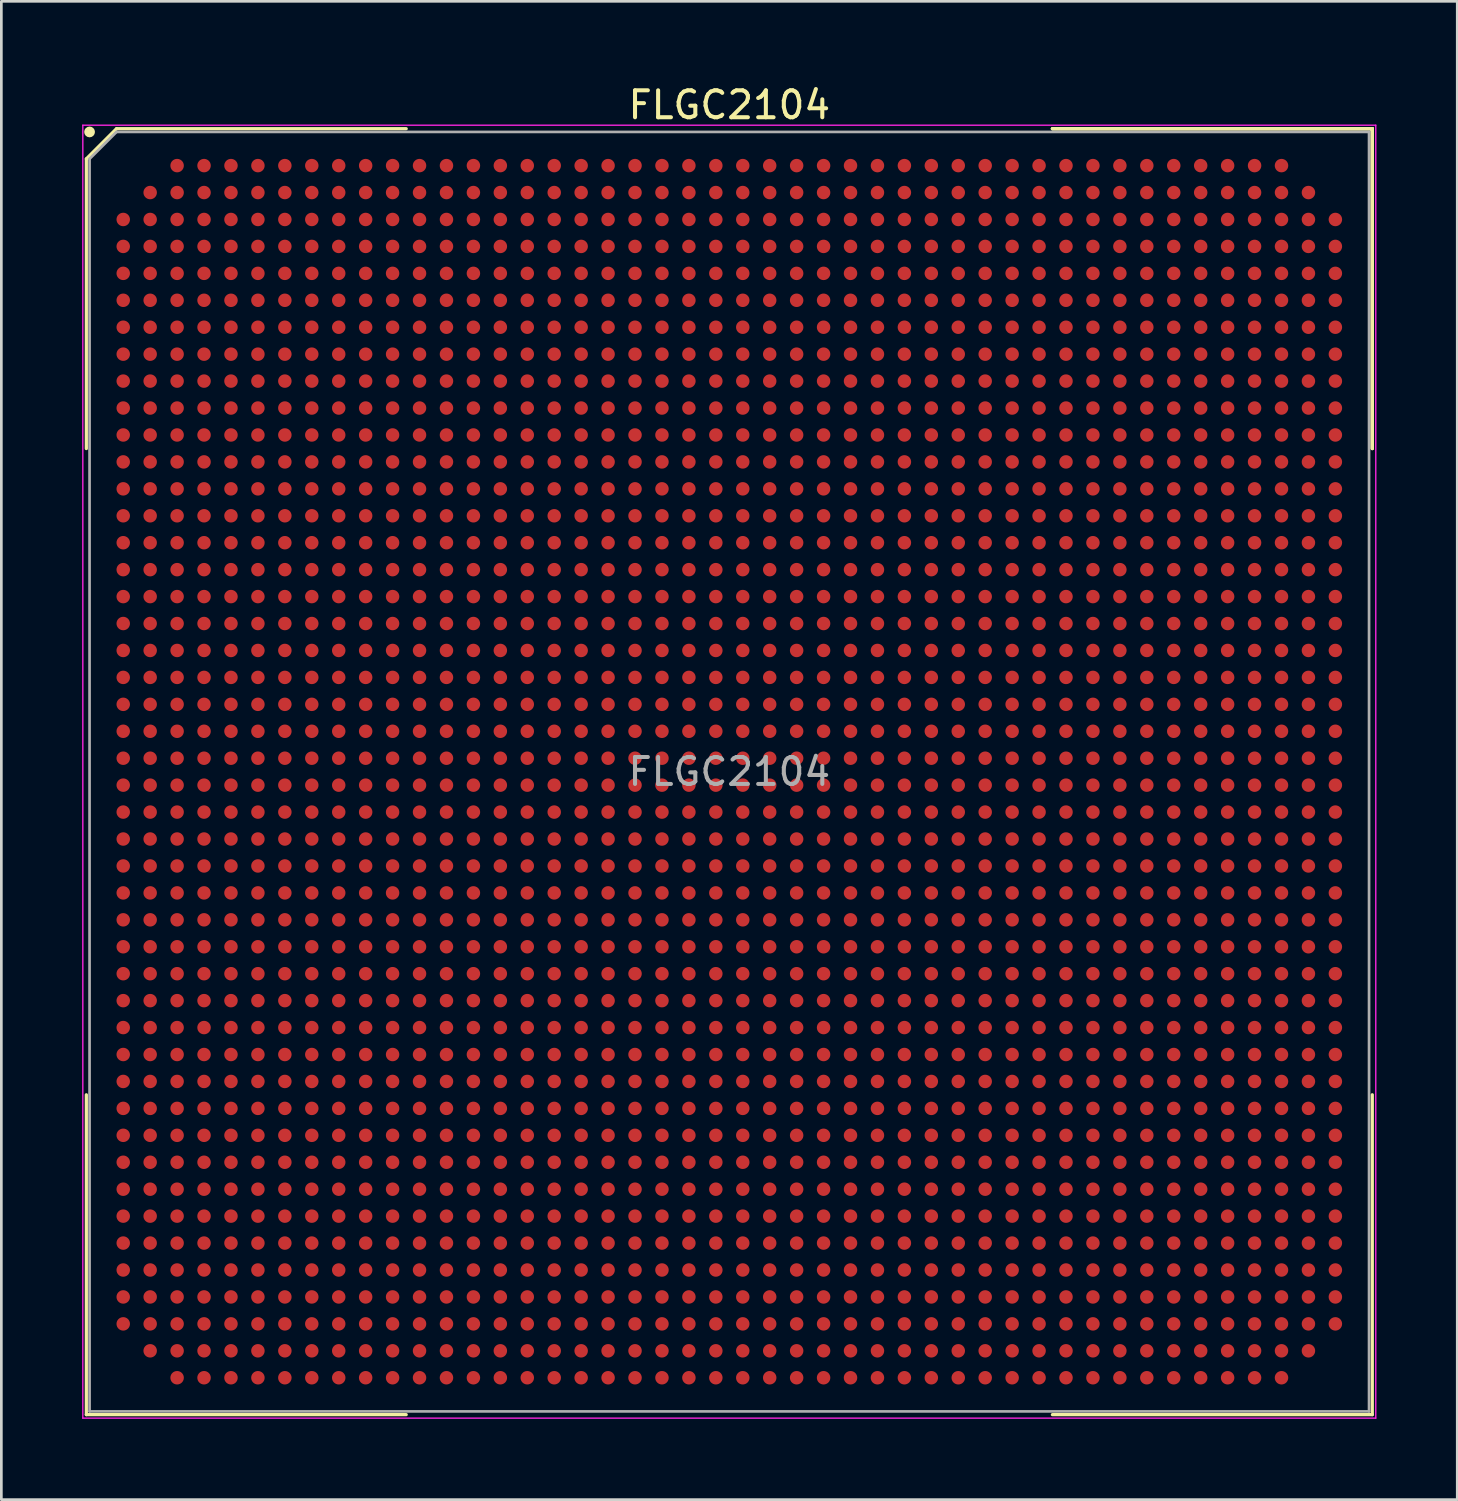
<source format=kicad_pcb>
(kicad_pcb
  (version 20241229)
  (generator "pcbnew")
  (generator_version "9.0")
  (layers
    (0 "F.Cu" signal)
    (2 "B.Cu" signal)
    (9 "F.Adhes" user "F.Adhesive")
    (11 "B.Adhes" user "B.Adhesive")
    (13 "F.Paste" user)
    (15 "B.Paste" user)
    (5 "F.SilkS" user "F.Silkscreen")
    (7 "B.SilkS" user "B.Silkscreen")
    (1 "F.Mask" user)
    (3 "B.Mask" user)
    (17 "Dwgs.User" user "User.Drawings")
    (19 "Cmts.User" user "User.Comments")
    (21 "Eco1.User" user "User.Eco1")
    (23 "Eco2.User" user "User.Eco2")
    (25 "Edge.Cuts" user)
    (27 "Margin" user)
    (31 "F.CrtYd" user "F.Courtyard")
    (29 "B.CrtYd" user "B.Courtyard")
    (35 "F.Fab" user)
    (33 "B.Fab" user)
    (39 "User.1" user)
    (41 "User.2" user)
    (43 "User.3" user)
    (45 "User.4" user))
  (footprint "FLGC2104"
    (layer "F.Cu")
    (at 24.025 25.598)
    (property "Reference" "FLGC2104" (at 0 -24.75 0) (layer "F.SilkS") (effects (font (size 1 1) (thickness 0.15))))
    (attr smd)
    (fp_line (start -23.87 -22.75) (end -23.87 -11.995) (stroke (width 0.12) (type solid)) (layer "F.SilkS"))
    (fp_line (start -23.87 23.87) (end -23.87 11.995) (stroke (width 0.12) (type solid)) (layer "F.SilkS"))
    (fp_line (start -22.75 -23.87) (end -23.87 -22.75) (stroke (width 0.12) (type solid)) (layer "F.SilkS"))
    (fp_line (start -11.995 -23.87) (end -22.75 -23.87) (stroke (width 0.12) (type solid)) (layer "F.SilkS"))
    (fp_line (start -11.995 23.87) (end -23.87 23.87) (stroke (width 0.12) (type solid)) (layer "F.SilkS"))
    (fp_line (start 11.995 -23.87) (end 23.87 -23.87) (stroke (width 0.12) (type solid)) (layer "F.SilkS"))
    (fp_line (start 11.995 -23.87) (end 23.87 -23.87) (stroke (width 0.12) (type solid)) (layer "F.SilkS"))
    (fp_line (start 11.995 -23.87) (end 23.87 -23.87) (stroke (width 0.12) (type solid)) (layer "F.SilkS"))
    (fp_line (start 11.995 23.87) (end 23.87 23.87) (stroke (width 0.12) (type solid)) (layer "F.SilkS"))
    (fp_line (start 23.87 -23.87) (end 23.87 -11.995) (stroke (width 0.12) (type solid)) (layer "F.SilkS"))
    (fp_line (start 23.87 -23.87) (end 23.87 -11.995) (stroke (width 0.12) (type solid)) (layer "F.SilkS"))
    (fp_line (start 23.87 -23.87) (end 23.87 -11.995) (stroke (width 0.12) (type solid)) (layer "F.SilkS"))
    (fp_line (start 23.87 23.87) (end 23.87 11.995) (stroke (width 0.12) (type solid)) (layer "F.SilkS"))
    (fp_circle (center -23.75 -23.75) (end -23.75 -23.65) (stroke (width 0.2) (type solid)) (fill no) (layer "F.SilkS"))
    (fp_line (start -24 -24) (end 24 -24) (stroke (width 0.05) (type solid)) (layer "F.CrtYd"))
    (fp_line (start -24 24) (end -24 -24) (stroke (width 0.05) (type solid)) (layer "F.CrtYd"))
    (fp_line (start 24 -24) (end 24 24) (stroke (width 0.05) (type solid)) (layer "F.CrtYd"))
    (fp_line (start 24 24) (end -24 24) (stroke (width 0.05) (type solid)) (layer "F.CrtYd"))
    (fp_line (start -23.75 -22.75) (end -23.75 23.75) (stroke (width 0.1) (type solid)) (layer "F.Fab"))
    (fp_line (start -23.75 23.75) (end 23.75 23.75) (stroke (width 0.1) (type solid)) (layer "F.Fab"))
    (fp_line (start -22.75 -23.75) (end -23.75 -22.75) (stroke (width 0.1) (type solid)) (layer "F.Fab"))
    (fp_line (start 23.75 -23.75) (end -22.75 -23.75) (stroke (width 0.1) (type solid)) (layer "F.Fab"))
    (fp_line (start 23.75 23.75) (end 23.75 -23.75) (stroke (width 0.1) (type solid)) (layer "F.Fab"))
    (fp_text user "${REFERENCE}" (at 0 0 0) (layer "F.Fab") (effects (font (size 1 1) (thickness 0.15))))
    (pad "A3" smd circle (at -20.5 -22.5) (size 0.5 0.5) (layers "F.Cu" "F.Mask" "F.Paste"))
    (pad "A4" smd circle (at -19.5 -22.5) (size 0.5 0.5) (layers "F.Cu" "F.Mask" "F.Paste"))
    (pad "A5" smd circle (at -18.5 -22.5) (size 0.5 0.5) (layers "F.Cu" "F.Mask" "F.Paste"))
    (pad "A6" smd circle (at -17.5 -22.5) (size 0.5 0.5) (layers "F.Cu" "F.Mask" "F.Paste"))
    (pad "A7" smd circle (at -16.5 -22.5) (size 0.5 0.5) (layers "F.Cu" "F.Mask" "F.Paste"))
    (pad "A8" smd circle (at -15.5 -22.5) (size 0.5 0.5) (layers "F.Cu" "F.Mask" "F.Paste"))
    (pad "A9" smd circle (at -14.5 -22.5) (size 0.5 0.5) (layers "F.Cu" "F.Mask" "F.Paste"))
    (pad "A10" smd circle (at -13.5 -22.5) (size 0.5 0.5) (layers "F.Cu" "F.Mask" "F.Paste"))
    (pad "A11" smd circle (at -12.5 -22.5) (size 0.5 0.5) (layers "F.Cu" "F.Mask" "F.Paste"))
    (pad "A12" smd circle (at -11.5 -22.5) (size 0.5 0.5) (layers "F.Cu" "F.Mask" "F.Paste"))
    (pad "A13" smd circle (at -10.5 -22.5) (size 0.5 0.5) (layers "F.Cu" "F.Mask" "F.Paste"))
    (pad "A14" smd circle (at -9.5 -22.5) (size 0.5 0.5) (layers "F.Cu" "F.Mask" "F.Paste"))
    (pad "A15" smd circle (at -8.5 -22.5) (size 0.5 0.5) (layers "F.Cu" "F.Mask" "F.Paste"))
    (pad "A16" smd circle (at -7.5 -22.5) (size 0.5 0.5) (layers "F.Cu" "F.Mask" "F.Paste"))
    (pad "A17" smd circle (at -6.5 -22.5) (size 0.5 0.5) (layers "F.Cu" "F.Mask" "F.Paste"))
    (pad "A18" smd circle (at -5.5 -22.5) (size 0.5 0.5) (layers "F.Cu" "F.Mask" "F.Paste"))
    (pad "A19" smd circle (at -4.5 -22.5) (size 0.5 0.5) (layers "F.Cu" "F.Mask" "F.Paste"))
    (pad "A20" smd circle (at -3.5 -22.5) (size 0.5 0.5) (layers "F.Cu" "F.Mask" "F.Paste"))
    (pad "A21" smd circle (at -2.5 -22.5) (size 0.5 0.5) (layers "F.Cu" "F.Mask" "F.Paste"))
    (pad "A22" smd circle (at -1.5 -22.5) (size 0.5 0.5) (layers "F.Cu" "F.Mask" "F.Paste"))
    (pad "A23" smd circle (at -0.5 -22.5) (size 0.5 0.5) (layers "F.Cu" "F.Mask" "F.Paste"))
    (pad "A24" smd circle (at 0.5 -22.5) (size 0.5 0.5) (layers "F.Cu" "F.Mask" "F.Paste"))
    (pad "A25" smd circle (at 1.5 -22.5) (size 0.5 0.5) (layers "F.Cu" "F.Mask" "F.Paste"))
    (pad "A26" smd circle (at 2.5 -22.5) (size 0.5 0.5) (layers "F.Cu" "F.Mask" "F.Paste"))
    (pad "A27" smd circle (at 3.5 -22.5) (size 0.5 0.5) (layers "F.Cu" "F.Mask" "F.Paste"))
    (pad "A28" smd circle (at 4.5 -22.5) (size 0.5 0.5) (layers "F.Cu" "F.Mask" "F.Paste"))
    (pad "A29" smd circle (at 5.5 -22.5) (size 0.5 0.5) (layers "F.Cu" "F.Mask" "F.Paste"))
    (pad "A30" smd circle (at 6.5 -22.5) (size 0.5 0.5) (layers "F.Cu" "F.Mask" "F.Paste"))
    (pad "A31" smd circle (at 7.5 -22.5) (size 0.5 0.5) (layers "F.Cu" "F.Mask" "F.Paste"))
    (pad "A32" smd circle (at 8.5 -22.5) (size 0.5 0.5) (layers "F.Cu" "F.Mask" "F.Paste"))
    (pad "A33" smd circle (at 9.5 -22.5) (size 0.5 0.5) (layers "F.Cu" "F.Mask" "F.Paste"))
    (pad "A34" smd circle (at 10.5 -22.5) (size 0.5 0.5) (layers "F.Cu" "F.Mask" "F.Paste"))
    (pad "A35" smd circle (at 11.5 -22.5) (size 0.5 0.5) (layers "F.Cu" "F.Mask" "F.Paste"))
    (pad "A36" smd circle (at 12.5 -22.5) (size 0.5 0.5) (layers "F.Cu" "F.Mask" "F.Paste"))
    (pad "A37" smd circle (at 13.5 -22.5) (size 0.5 0.5) (layers "F.Cu" "F.Mask" "F.Paste"))
    (pad "A38" smd circle (at 14.5 -22.5) (size 0.5 0.5) (layers "F.Cu" "F.Mask" "F.Paste"))
    (pad "A39" smd circle (at 15.5 -22.5) (size 0.5 0.5) (layers "F.Cu" "F.Mask" "F.Paste"))
    (pad "A40" smd circle (at 16.5 -22.5) (size 0.5 0.5) (layers "F.Cu" "F.Mask" "F.Paste"))
    (pad "A41" smd circle (at 17.5 -22.5) (size 0.5 0.5) (layers "F.Cu" "F.Mask" "F.Paste"))
    (pad "A42" smd circle (at 18.5 -22.5) (size 0.5 0.5) (layers "F.Cu" "F.Mask" "F.Paste"))
    (pad "A43" smd circle (at 19.5 -22.5) (size 0.5 0.5) (layers "F.Cu" "F.Mask" "F.Paste"))
    (pad "A44" smd circle (at 20.5 -22.5) (size 0.5 0.5) (layers "F.Cu" "F.Mask" "F.Paste"))
    (pad "AA1" smd circle (at -22.5 -2.5) (size 0.5 0.5) (layers "F.Cu" "F.Mask" "F.Paste"))
    (pad "AA2" smd circle (at -21.5 -2.5) (size 0.5 0.5) (layers "F.Cu" "F.Mask" "F.Paste"))
    (pad "AA3" smd circle (at -20.5 -2.5) (size 0.5 0.5) (layers "F.Cu" "F.Mask" "F.Paste"))
    (pad "AA4" smd circle (at -19.5 -2.5) (size 0.5 0.5) (layers "F.Cu" "F.Mask" "F.Paste"))
    (pad "AA5" smd circle (at -18.5 -2.5) (size 0.5 0.5) (layers "F.Cu" "F.Mask" "F.Paste"))
    (pad "AA6" smd circle (at -17.5 -2.5) (size 0.5 0.5) (layers "F.Cu" "F.Mask" "F.Paste"))
    (pad "AA7" smd circle (at -16.5 -2.5) (size 0.5 0.5) (layers "F.Cu" "F.Mask" "F.Paste"))
    (pad "AA8" smd circle (at -15.5 -2.5) (size 0.5 0.5) (layers "F.Cu" "F.Mask" "F.Paste"))
    (pad "AA9" smd circle (at -14.5 -2.5) (size 0.5 0.5) (layers "F.Cu" "F.Mask" "F.Paste"))
    (pad "AA10" smd circle (at -13.5 -2.5) (size 0.5 0.5) (layers "F.Cu" "F.Mask" "F.Paste"))
    (pad "AA11" smd circle (at -12.5 -2.5) (size 0.5 0.5) (layers "F.Cu" "F.Mask" "F.Paste"))
    (pad "AA12" smd circle (at -11.5 -2.5) (size 0.5 0.5) (layers "F.Cu" "F.Mask" "F.Paste"))
    (pad "AA13" smd circle (at -10.5 -2.5) (size 0.5 0.5) (layers "F.Cu" "F.Mask" "F.Paste"))
    (pad "AA14" smd circle (at -9.5 -2.5) (size 0.5 0.5) (layers "F.Cu" "F.Mask" "F.Paste"))
    (pad "AA15" smd circle (at -8.5 -2.5) (size 0.5 0.5) (layers "F.Cu" "F.Mask" "F.Paste"))
    (pad "AA16" smd circle (at -7.5 -2.5) (size 0.5 0.5) (layers "F.Cu" "F.Mask" "F.Paste"))
    (pad "AA17" smd circle (at -6.5 -2.5) (size 0.5 0.5) (layers "F.Cu" "F.Mask" "F.Paste"))
    (pad "AA18" smd circle (at -5.5 -2.5) (size 0.5 0.5) (layers "F.Cu" "F.Mask" "F.Paste"))
    (pad "AA19" smd circle (at -4.5 -2.5) (size 0.5 0.5) (layers "F.Cu" "F.Mask" "F.Paste"))
    (pad "AA20" smd circle (at -3.5 -2.5) (size 0.5 0.5) (layers "F.Cu" "F.Mask" "F.Paste"))
    (pad "AA21" smd circle (at -2.5 -2.5) (size 0.5 0.5) (layers "F.Cu" "F.Mask" "F.Paste"))
    (pad "AA22" smd circle (at -1.5 -2.5) (size 0.5 0.5) (layers "F.Cu" "F.Mask" "F.Paste"))
    (pad "AA23" smd circle (at -0.5 -2.5) (size 0.5 0.5) (layers "F.Cu" "F.Mask" "F.Paste"))
    (pad "AA24" smd circle (at 0.5 -2.5) (size 0.5 0.5) (layers "F.Cu" "F.Mask" "F.Paste"))
    (pad "AA25" smd circle (at 1.5 -2.5) (size 0.5 0.5) (layers "F.Cu" "F.Mask" "F.Paste"))
    (pad "AA26" smd circle (at 2.5 -2.5) (size 0.5 0.5) (layers "F.Cu" "F.Mask" "F.Paste"))
    (pad "AA27" smd circle (at 3.5 -2.5) (size 0.5 0.5) (layers "F.Cu" "F.Mask" "F.Paste"))
    (pad "AA28" smd circle (at 4.5 -2.5) (size 0.5 0.5) (layers "F.Cu" "F.Mask" "F.Paste"))
    (pad "AA29" smd circle (at 5.5 -2.5) (size 0.5 0.5) (layers "F.Cu" "F.Mask" "F.Paste"))
    (pad "AA30" smd circle (at 6.5 -2.5) (size 0.5 0.5) (layers "F.Cu" "F.Mask" "F.Paste"))
    (pad "AA31" smd circle (at 7.5 -2.5) (size 0.5 0.5) (layers "F.Cu" "F.Mask" "F.Paste"))
    (pad "AA32" smd circle (at 8.5 -2.5) (size 0.5 0.5) (layers "F.Cu" "F.Mask" "F.Paste"))
    (pad "AA33" smd circle (at 9.5 -2.5) (size 0.5 0.5) (layers "F.Cu" "F.Mask" "F.Paste"))
    (pad "AA34" smd circle (at 10.5 -2.5) (size 0.5 0.5) (layers "F.Cu" "F.Mask" "F.Paste"))
    (pad "AA35" smd circle (at 11.5 -2.5) (size 0.5 0.5) (layers "F.Cu" "F.Mask" "F.Paste"))
    (pad "AA36" smd circle (at 12.5 -2.5) (size 0.5 0.5) (layers "F.Cu" "F.Mask" "F.Paste"))
    (pad "AA37" smd circle (at 13.5 -2.5) (size 0.5 0.5) (layers "F.Cu" "F.Mask" "F.Paste"))
    (pad "AA38" smd circle (at 14.5 -2.5) (size 0.5 0.5) (layers "F.Cu" "F.Mask" "F.Paste"))
    (pad "AA39" smd circle (at 15.5 -2.5) (size 0.5 0.5) (layers "F.Cu" "F.Mask" "F.Paste"))
    (pad "AA40" smd circle (at 16.5 -2.5) (size 0.5 0.5) (layers "F.Cu" "F.Mask" "F.Paste"))
    (pad "AA41" smd circle (at 17.5 -2.5) (size 0.5 0.5) (layers "F.Cu" "F.Mask" "F.Paste"))
    (pad "AA42" smd circle (at 18.5 -2.5) (size 0.5 0.5) (layers "F.Cu" "F.Mask" "F.Paste"))
    (pad "AA43" smd circle (at 19.5 -2.5) (size 0.5 0.5) (layers "F.Cu" "F.Mask" "F.Paste"))
    (pad "AA44" smd circle (at 20.5 -2.5) (size 0.5 0.5) (layers "F.Cu" "F.Mask" "F.Paste"))
    (pad "AA45" smd circle (at 21.5 -2.5) (size 0.5 0.5) (layers "F.Cu" "F.Mask" "F.Paste"))
    (pad "AA46" smd circle (at 22.5 -2.5) (size 0.5 0.5) (layers "F.Cu" "F.Mask" "F.Paste"))
    (pad "AB1" smd circle (at -22.5 -1.5) (size 0.5 0.5) (layers "F.Cu" "F.Mask" "F.Paste"))
    (pad "AB2" smd circle (at -21.5 -1.5) (size 0.5 0.5) (layers "F.Cu" "F.Mask" "F.Paste"))
    (pad "AB3" smd circle (at -20.5 -1.5) (size 0.5 0.5) (layers "F.Cu" "F.Mask" "F.Paste"))
    (pad "AB4" smd circle (at -19.5 -1.5) (size 0.5 0.5) (layers "F.Cu" "F.Mask" "F.Paste"))
    (pad "AB5" smd circle (at -18.5 -1.5) (size 0.5 0.5) (layers "F.Cu" "F.Mask" "F.Paste"))
    (pad "AB6" smd circle (at -17.5 -1.5) (size 0.5 0.5) (layers "F.Cu" "F.Mask" "F.Paste"))
    (pad "AB7" smd circle (at -16.5 -1.5) (size 0.5 0.5) (layers "F.Cu" "F.Mask" "F.Paste"))
    (pad "AB8" smd circle (at -15.5 -1.5) (size 0.5 0.5) (layers "F.Cu" "F.Mask" "F.Paste"))
    (pad "AB9" smd circle (at -14.5 -1.5) (size 0.5 0.5) (layers "F.Cu" "F.Mask" "F.Paste"))
    (pad "AB10" smd circle (at -13.5 -1.5) (size 0.5 0.5) (layers "F.Cu" "F.Mask" "F.Paste"))
    (pad "AB11" smd circle (at -12.5 -1.5) (size 0.5 0.5) (layers "F.Cu" "F.Mask" "F.Paste"))
    (pad "AB12" smd circle (at -11.5 -1.5) (size 0.5 0.5) (layers "F.Cu" "F.Mask" "F.Paste"))
    (pad "AB13" smd circle (at -10.5 -1.5) (size 0.5 0.5) (layers "F.Cu" "F.Mask" "F.Paste"))
    (pad "AB14" smd circle (at -9.5 -1.5) (size 0.5 0.5) (layers "F.Cu" "F.Mask" "F.Paste"))
    (pad "AB15" smd circle (at -8.5 -1.5) (size 0.5 0.5) (layers "F.Cu" "F.Mask" "F.Paste"))
    (pad "AB16" smd circle (at -7.5 -1.5) (size 0.5 0.5) (layers "F.Cu" "F.Mask" "F.Paste"))
    (pad "AB17" smd circle (at -6.5 -1.5) (size 0.5 0.5) (layers "F.Cu" "F.Mask" "F.Paste"))
    (pad "AB18" smd circle (at -5.5 -1.5) (size 0.5 0.5) (layers "F.Cu" "F.Mask" "F.Paste"))
    (pad "AB19" smd circle (at -4.5 -1.5) (size 0.5 0.5) (layers "F.Cu" "F.Mask" "F.Paste"))
    (pad "AB20" smd circle (at -3.5 -1.5) (size 0.5 0.5) (layers "F.Cu" "F.Mask" "F.Paste"))
    (pad "AB21" smd circle (at -2.5 -1.5) (size 0.5 0.5) (layers "F.Cu" "F.Mask" "F.Paste"))
    (pad "AB22" smd circle (at -1.5 -1.5) (size 0.5 0.5) (layers "F.Cu" "F.Mask" "F.Paste"))
    (pad "AB23" smd circle (at -0.5 -1.5) (size 0.5 0.5) (layers "F.Cu" "F.Mask" "F.Paste"))
    (pad "AB24" smd circle (at 0.5 -1.5) (size 0.5 0.5) (layers "F.Cu" "F.Mask" "F.Paste"))
    (pad "AB25" smd circle (at 1.5 -1.5) (size 0.5 0.5) (layers "F.Cu" "F.Mask" "F.Paste"))
    (pad "AB26" smd circle (at 2.5 -1.5) (size 0.5 0.5) (layers "F.Cu" "F.Mask" "F.Paste"))
    (pad "AB27" smd circle (at 3.5 -1.5) (size 0.5 0.5) (layers "F.Cu" "F.Mask" "F.Paste"))
    (pad "AB28" smd circle (at 4.5 -1.5) (size 0.5 0.5) (layers "F.Cu" "F.Mask" "F.Paste"))
    (pad "AB29" smd circle (at 5.5 -1.5) (size 0.5 0.5) (layers "F.Cu" "F.Mask" "F.Paste"))
    (pad "AB30" smd circle (at 6.5 -1.5) (size 0.5 0.5) (layers "F.Cu" "F.Mask" "F.Paste"))
    (pad "AB31" smd circle (at 7.5 -1.5) (size 0.5 0.5) (layers "F.Cu" "F.Mask" "F.Paste"))
    (pad "AB32" smd circle (at 8.5 -1.5) (size 0.5 0.5) (layers "F.Cu" "F.Mask" "F.Paste"))
    (pad "AB33" smd circle (at 9.5 -1.5) (size 0.5 0.5) (layers "F.Cu" "F.Mask" "F.Paste"))
    (pad "AB34" smd circle (at 10.5 -1.5) (size 0.5 0.5) (layers "F.Cu" "F.Mask" "F.Paste"))
    (pad "AB35" smd circle (at 11.5 -1.5) (size 0.5 0.5) (layers "F.Cu" "F.Mask" "F.Paste"))
    (pad "AB36" smd circle (at 12.5 -1.5) (size 0.5 0.5) (layers "F.Cu" "F.Mask" "F.Paste"))
    (pad "AB37" smd circle (at 13.5 -1.5) (size 0.5 0.5) (layers "F.Cu" "F.Mask" "F.Paste"))
    (pad "AB38" smd circle (at 14.5 -1.5) (size 0.5 0.5) (layers "F.Cu" "F.Mask" "F.Paste"))
    (pad "AB39" smd circle (at 15.5 -1.5) (size 0.5 0.5) (layers "F.Cu" "F.Mask" "F.Paste"))
    (pad "AB40" smd circle (at 16.5 -1.5) (size 0.5 0.5) (layers "F.Cu" "F.Mask" "F.Paste"))
    (pad "AB41" smd circle (at 17.5 -1.5) (size 0.5 0.5) (layers "F.Cu" "F.Mask" "F.Paste"))
    (pad "AB42" smd circle (at 18.5 -1.5) (size 0.5 0.5) (layers "F.Cu" "F.Mask" "F.Paste"))
    (pad "AB43" smd circle (at 19.5 -1.5) (size 0.5 0.5) (layers "F.Cu" "F.Mask" "F.Paste"))
    (pad "AB44" smd circle (at 20.5 -1.5) (size 0.5 0.5) (layers "F.Cu" "F.Mask" "F.Paste"))
    (pad "AB45" smd circle (at 21.5 -1.5) (size 0.5 0.5) (layers "F.Cu" "F.Mask" "F.Paste"))
    (pad "AB46" smd circle (at 22.5 -1.5) (size 0.5 0.5) (layers "F.Cu" "F.Mask" "F.Paste"))
    (pad "AC1" smd circle (at -22.5 -0.5) (size 0.5 0.5) (layers "F.Cu" "F.Mask" "F.Paste"))
    (pad "AC2" smd circle (at -21.5 -0.5) (size 0.5 0.5) (layers "F.Cu" "F.Mask" "F.Paste"))
    (pad "AC3" smd circle (at -20.5 -0.5) (size 0.5 0.5) (layers "F.Cu" "F.Mask" "F.Paste"))
    (pad "AC4" smd circle (at -19.5 -0.5) (size 0.5 0.5) (layers "F.Cu" "F.Mask" "F.Paste"))
    (pad "AC5" smd circle (at -18.5 -0.5) (size 0.5 0.5) (layers "F.Cu" "F.Mask" "F.Paste"))
    (pad "AC6" smd circle (at -17.5 -0.5) (size 0.5 0.5) (layers "F.Cu" "F.Mask" "F.Paste"))
    (pad "AC7" smd circle (at -16.5 -0.5) (size 0.5 0.5) (layers "F.Cu" "F.Mask" "F.Paste"))
    (pad "AC8" smd circle (at -15.5 -0.5) (size 0.5 0.5) (layers "F.Cu" "F.Mask" "F.Paste"))
    (pad "AC9" smd circle (at -14.5 -0.5) (size 0.5 0.5) (layers "F.Cu" "F.Mask" "F.Paste"))
    (pad "AC10" smd circle (at -13.5 -0.5) (size 0.5 0.5) (layers "F.Cu" "F.Mask" "F.Paste"))
    (pad "AC11" smd circle (at -12.5 -0.5) (size 0.5 0.5) (layers "F.Cu" "F.Mask" "F.Paste"))
    (pad "AC12" smd circle (at -11.5 -0.5) (size 0.5 0.5) (layers "F.Cu" "F.Mask" "F.Paste"))
    (pad "AC13" smd circle (at -10.5 -0.5) (size 0.5 0.5) (layers "F.Cu" "F.Mask" "F.Paste"))
    (pad "AC14" smd circle (at -9.5 -0.5) (size 0.5 0.5) (layers "F.Cu" "F.Mask" "F.Paste"))
    (pad "AC15" smd circle (at -8.5 -0.5) (size 0.5 0.5) (layers "F.Cu" "F.Mask" "F.Paste"))
    (pad "AC16" smd circle (at -7.5 -0.5) (size 0.5 0.5) (layers "F.Cu" "F.Mask" "F.Paste"))
    (pad "AC17" smd circle (at -6.5 -0.5) (size 0.5 0.5) (layers "F.Cu" "F.Mask" "F.Paste"))
    (pad "AC18" smd circle (at -5.5 -0.5) (size 0.5 0.5) (layers "F.Cu" "F.Mask" "F.Paste"))
    (pad "AC19" smd circle (at -4.5 -0.5) (size 0.5 0.5) (layers "F.Cu" "F.Mask" "F.Paste"))
    (pad "AC20" smd circle (at -3.5 -0.5) (size 0.5 0.5) (layers "F.Cu" "F.Mask" "F.Paste"))
    (pad "AC21" smd circle (at -2.5 -0.5) (size 0.5 0.5) (layers "F.Cu" "F.Mask" "F.Paste"))
    (pad "AC22" smd circle (at -1.5 -0.5) (size 0.5 0.5) (layers "F.Cu" "F.Mask" "F.Paste"))
    (pad "AC23" smd circle (at -0.5 -0.5) (size 0.5 0.5) (layers "F.Cu" "F.Mask" "F.Paste"))
    (pad "AC24" smd circle (at 0.5 -0.5) (size 0.5 0.5) (layers "F.Cu" "F.Mask" "F.Paste"))
    (pad "AC25" smd circle (at 1.5 -0.5) (size 0.5 0.5) (layers "F.Cu" "F.Mask" "F.Paste"))
    (pad "AC26" smd circle (at 2.5 -0.5) (size 0.5 0.5) (layers "F.Cu" "F.Mask" "F.Paste"))
    (pad "AC27" smd circle (at 3.5 -0.5) (size 0.5 0.5) (layers "F.Cu" "F.Mask" "F.Paste"))
    (pad "AC28" smd circle (at 4.5 -0.5) (size 0.5 0.5) (layers "F.Cu" "F.Mask" "F.Paste"))
    (pad "AC29" smd circle (at 5.5 -0.5) (size 0.5 0.5) (layers "F.Cu" "F.Mask" "F.Paste"))
    (pad "AC30" smd circle (at 6.5 -0.5) (size 0.5 0.5) (layers "F.Cu" "F.Mask" "F.Paste"))
    (pad "AC31" smd circle (at 7.5 -0.5) (size 0.5 0.5) (layers "F.Cu" "F.Mask" "F.Paste"))
    (pad "AC32" smd circle (at 8.5 -0.5) (size 0.5 0.5) (layers "F.Cu" "F.Mask" "F.Paste"))
    (pad "AC33" smd circle (at 9.5 -0.5) (size 0.5 0.5) (layers "F.Cu" "F.Mask" "F.Paste"))
    (pad "AC34" smd circle (at 10.5 -0.5) (size 0.5 0.5) (layers "F.Cu" "F.Mask" "F.Paste"))
    (pad "AC35" smd circle (at 11.5 -0.5) (size 0.5 0.5) (layers "F.Cu" "F.Mask" "F.Paste"))
    (pad "AC36" smd circle (at 12.5 -0.5) (size 0.5 0.5) (layers "F.Cu" "F.Mask" "F.Paste"))
    (pad "AC37" smd circle (at 13.5 -0.5) (size 0.5 0.5) (layers "F.Cu" "F.Mask" "F.Paste"))
    (pad "AC38" smd circle (at 14.5 -0.5) (size 0.5 0.5) (layers "F.Cu" "F.Mask" "F.Paste"))
    (pad "AC39" smd circle (at 15.5 -0.5) (size 0.5 0.5) (layers "F.Cu" "F.Mask" "F.Paste"))
    (pad "AC40" smd circle (at 16.5 -0.5) (size 0.5 0.5) (layers "F.Cu" "F.Mask" "F.Paste"))
    (pad "AC41" smd circle (at 17.5 -0.5) (size 0.5 0.5) (layers "F.Cu" "F.Mask" "F.Paste"))
    (pad "AC42" smd circle (at 18.5 -0.5) (size 0.5 0.5) (layers "F.Cu" "F.Mask" "F.Paste"))
    (pad "AC43" smd circle (at 19.5 -0.5) (size 0.5 0.5) (layers "F.Cu" "F.Mask" "F.Paste"))
    (pad "AC44" smd circle (at 20.5 -0.5) (size 0.5 0.5) (layers "F.Cu" "F.Mask" "F.Paste"))
    (pad "AC45" smd circle (at 21.5 -0.5) (size 0.5 0.5) (layers "F.Cu" "F.Mask" "F.Paste"))
    (pad "AC46" smd circle (at 22.5 -0.5) (size 0.5 0.5) (layers "F.Cu" "F.Mask" "F.Paste"))
    (pad "AD1" smd circle (at -22.5 0.5) (size 0.5 0.5) (layers "F.Cu" "F.Mask" "F.Paste"))
    (pad "AD2" smd circle (at -21.5 0.5) (size 0.5 0.5) (layers "F.Cu" "F.Mask" "F.Paste"))
    (pad "AD3" smd circle (at -20.5 0.5) (size 0.5 0.5) (layers "F.Cu" "F.Mask" "F.Paste"))
    (pad "AD4" smd circle (at -19.5 0.5) (size 0.5 0.5) (layers "F.Cu" "F.Mask" "F.Paste"))
    (pad "AD5" smd circle (at -18.5 0.5) (size 0.5 0.5) (layers "F.Cu" "F.Mask" "F.Paste"))
    (pad "AD6" smd circle (at -17.5 0.5) (size 0.5 0.5) (layers "F.Cu" "F.Mask" "F.Paste"))
    (pad "AD7" smd circle (at -16.5 0.5) (size 0.5 0.5) (layers "F.Cu" "F.Mask" "F.Paste"))
    (pad "AD8" smd circle (at -15.5 0.5) (size 0.5 0.5) (layers "F.Cu" "F.Mask" "F.Paste"))
    (pad "AD9" smd circle (at -14.5 0.5) (size 0.5 0.5) (layers "F.Cu" "F.Mask" "F.Paste"))
    (pad "AD10" smd circle (at -13.5 0.5) (size 0.5 0.5) (layers "F.Cu" "F.Mask" "F.Paste"))
    (pad "AD11" smd circle (at -12.5 0.5) (size 0.5 0.5) (layers "F.Cu" "F.Mask" "F.Paste"))
    (pad "AD12" smd circle (at -11.5 0.5) (size 0.5 0.5) (layers "F.Cu" "F.Mask" "F.Paste"))
    (pad "AD13" smd circle (at -10.5 0.5) (size 0.5 0.5) (layers "F.Cu" "F.Mask" "F.Paste"))
    (pad "AD14" smd circle (at -9.5 0.5) (size 0.5 0.5) (layers "F.Cu" "F.Mask" "F.Paste"))
    (pad "AD15" smd circle (at -8.5 0.5) (size 0.5 0.5) (layers "F.Cu" "F.Mask" "F.Paste"))
    (pad "AD16" smd circle (at -7.5 0.5) (size 0.5 0.5) (layers "F.Cu" "F.Mask" "F.Paste"))
    (pad "AD17" smd circle (at -6.5 0.5) (size 0.5 0.5) (layers "F.Cu" "F.Mask" "F.Paste"))
    (pad "AD18" smd circle (at -5.5 0.5) (size 0.5 0.5) (layers "F.Cu" "F.Mask" "F.Paste"))
    (pad "AD19" smd circle (at -4.5 0.5) (size 0.5 0.5) (layers "F.Cu" "F.Mask" "F.Paste"))
    (pad "AD20" smd circle (at -3.5 0.5) (size 0.5 0.5) (layers "F.Cu" "F.Mask" "F.Paste"))
    (pad "AD21" smd circle (at -2.5 0.5) (size 0.5 0.5) (layers "F.Cu" "F.Mask" "F.Paste"))
    (pad "AD22" smd circle (at -1.5 0.5) (size 0.5 0.5) (layers "F.Cu" "F.Mask" "F.Paste"))
    (pad "AD23" smd circle (at -0.5 0.5) (size 0.5 0.5) (layers "F.Cu" "F.Mask" "F.Paste"))
    (pad "AD24" smd circle (at 0.5 0.5) (size 0.5 0.5) (layers "F.Cu" "F.Mask" "F.Paste"))
    (pad "AD25" smd circle (at 1.5 0.5) (size 0.5 0.5) (layers "F.Cu" "F.Mask" "F.Paste"))
    (pad "AD26" smd circle (at 2.5 0.5) (size 0.5 0.5) (layers "F.Cu" "F.Mask" "F.Paste"))
    (pad "AD27" smd circle (at 3.5 0.5) (size 0.5 0.5) (layers "F.Cu" "F.Mask" "F.Paste"))
    (pad "AD28" smd circle (at 4.5 0.5) (size 0.5 0.5) (layers "F.Cu" "F.Mask" "F.Paste"))
    (pad "AD29" smd circle (at 5.5 0.5) (size 0.5 0.5) (layers "F.Cu" "F.Mask" "F.Paste"))
    (pad "AD30" smd circle (at 6.5 0.5) (size 0.5 0.5) (layers "F.Cu" "F.Mask" "F.Paste"))
    (pad "AD31" smd circle (at 7.5 0.5) (size 0.5 0.5) (layers "F.Cu" "F.Mask" "F.Paste"))
    (pad "AD32" smd circle (at 8.5 0.5) (size 0.5 0.5) (layers "F.Cu" "F.Mask" "F.Paste"))
    (pad "AD33" smd circle (at 9.5 0.5) (size 0.5 0.5) (layers "F.Cu" "F.Mask" "F.Paste"))
    (pad "AD34" smd circle (at 10.5 0.5) (size 0.5 0.5) (layers "F.Cu" "F.Mask" "F.Paste"))
    (pad "AD35" smd circle (at 11.5 0.5) (size 0.5 0.5) (layers "F.Cu" "F.Mask" "F.Paste"))
    (pad "AD36" smd circle (at 12.5 0.5) (size 0.5 0.5) (layers "F.Cu" "F.Mask" "F.Paste"))
    (pad "AD37" smd circle (at 13.5 0.5) (size 0.5 0.5) (layers "F.Cu" "F.Mask" "F.Paste"))
    (pad "AD38" smd circle (at 14.5 0.5) (size 0.5 0.5) (layers "F.Cu" "F.Mask" "F.Paste"))
    (pad "AD39" smd circle (at 15.5 0.5) (size 0.5 0.5) (layers "F.Cu" "F.Mask" "F.Paste"))
    (pad "AD40" smd circle (at 16.5 0.5) (size 0.5 0.5) (layers "F.Cu" "F.Mask" "F.Paste"))
    (pad "AD41" smd circle (at 17.5 0.5) (size 0.5 0.5) (layers "F.Cu" "F.Mask" "F.Paste"))
    (pad "AD42" smd circle (at 18.5 0.5) (size 0.5 0.5) (layers "F.Cu" "F.Mask" "F.Paste"))
    (pad "AD43" smd circle (at 19.5 0.5) (size 0.5 0.5) (layers "F.Cu" "F.Mask" "F.Paste"))
    (pad "AD44" smd circle (at 20.5 0.5) (size 0.5 0.5) (layers "F.Cu" "F.Mask" "F.Paste"))
    (pad "AD45" smd circle (at 21.5 0.5) (size 0.5 0.5) (layers "F.Cu" "F.Mask" "F.Paste"))
    (pad "AD46" smd circle (at 22.5 0.5) (size 0.5 0.5) (layers "F.Cu" "F.Mask" "F.Paste"))
    (pad "AE1" smd circle (at -22.5 1.5) (size 0.5 0.5) (layers "F.Cu" "F.Mask" "F.Paste"))
    (pad "AE2" smd circle (at -21.5 1.5) (size 0.5 0.5) (layers "F.Cu" "F.Mask" "F.Paste"))
    (pad "AE3" smd circle (at -20.5 1.5) (size 0.5 0.5) (layers "F.Cu" "F.Mask" "F.Paste"))
    (pad "AE4" smd circle (at -19.5 1.5) (size 0.5 0.5) (layers "F.Cu" "F.Mask" "F.Paste"))
    (pad "AE5" smd circle (at -18.5 1.5) (size 0.5 0.5) (layers "F.Cu" "F.Mask" "F.Paste"))
    (pad "AE6" smd circle (at -17.5 1.5) (size 0.5 0.5) (layers "F.Cu" "F.Mask" "F.Paste"))
    (pad "AE7" smd circle (at -16.5 1.5) (size 0.5 0.5) (layers "F.Cu" "F.Mask" "F.Paste"))
    (pad "AE8" smd circle (at -15.5 1.5) (size 0.5 0.5) (layers "F.Cu" "F.Mask" "F.Paste"))
    (pad "AE9" smd circle (at -14.5 1.5) (size 0.5 0.5) (layers "F.Cu" "F.Mask" "F.Paste"))
    (pad "AE10" smd circle (at -13.5 1.5) (size 0.5 0.5) (layers "F.Cu" "F.Mask" "F.Paste"))
    (pad "AE11" smd circle (at -12.5 1.5) (size 0.5 0.5) (layers "F.Cu" "F.Mask" "F.Paste"))
    (pad "AE12" smd circle (at -11.5 1.5) (size 0.5 0.5) (layers "F.Cu" "F.Mask" "F.Paste"))
    (pad "AE13" smd circle (at -10.5 1.5) (size 0.5 0.5) (layers "F.Cu" "F.Mask" "F.Paste"))
    (pad "AE14" smd circle (at -9.5 1.5) (size 0.5 0.5) (layers "F.Cu" "F.Mask" "F.Paste"))
    (pad "AE15" smd circle (at -8.5 1.5) (size 0.5 0.5) (layers "F.Cu" "F.Mask" "F.Paste"))
    (pad "AE16" smd circle (at -7.5 1.5) (size 0.5 0.5) (layers "F.Cu" "F.Mask" "F.Paste"))
    (pad "AE17" smd circle (at -6.5 1.5) (size 0.5 0.5) (layers "F.Cu" "F.Mask" "F.Paste"))
    (pad "AE18" smd circle (at -5.5 1.5) (size 0.5 0.5) (layers "F.Cu" "F.Mask" "F.Paste"))
    (pad "AE19" smd circle (at -4.5 1.5) (size 0.5 0.5) (layers "F.Cu" "F.Mask" "F.Paste"))
    (pad "AE20" smd circle (at -3.5 1.5) (size 0.5 0.5) (layers "F.Cu" "F.Mask" "F.Paste"))
    (pad "AE21" smd circle (at -2.5 1.5) (size 0.5 0.5) (layers "F.Cu" "F.Mask" "F.Paste"))
    (pad "AE22" smd circle (at -1.5 1.5) (size 0.5 0.5) (layers "F.Cu" "F.Mask" "F.Paste"))
    (pad "AE23" smd circle (at -0.5 1.5) (size 0.5 0.5) (layers "F.Cu" "F.Mask" "F.Paste"))
    (pad "AE24" smd circle (at 0.5 1.5) (size 0.5 0.5) (layers "F.Cu" "F.Mask" "F.Paste"))
    (pad "AE25" smd circle (at 1.5 1.5) (size 0.5 0.5) (layers "F.Cu" "F.Mask" "F.Paste"))
    (pad "AE26" smd circle (at 2.5 1.5) (size 0.5 0.5) (layers "F.Cu" "F.Mask" "F.Paste"))
    (pad "AE27" smd circle (at 3.5 1.5) (size 0.5 0.5) (layers "F.Cu" "F.Mask" "F.Paste"))
    (pad "AE28" smd circle (at 4.5 1.5) (size 0.5 0.5) (layers "F.Cu" "F.Mask" "F.Paste"))
    (pad "AE29" smd circle (at 5.5 1.5) (size 0.5 0.5) (layers "F.Cu" "F.Mask" "F.Paste"))
    (pad "AE30" smd circle (at 6.5 1.5) (size 0.5 0.5) (layers "F.Cu" "F.Mask" "F.Paste"))
    (pad "AE31" smd circle (at 7.5 1.5) (size 0.5 0.5) (layers "F.Cu" "F.Mask" "F.Paste"))
    (pad "AE32" smd circle (at 8.5 1.5) (size 0.5 0.5) (layers "F.Cu" "F.Mask" "F.Paste"))
    (pad "AE33" smd circle (at 9.5 1.5) (size 0.5 0.5) (layers "F.Cu" "F.Mask" "F.Paste"))
    (pad "AE34" smd circle (at 10.5 1.5) (size 0.5 0.5) (layers "F.Cu" "F.Mask" "F.Paste"))
    (pad "AE35" smd circle (at 11.5 1.5) (size 0.5 0.5) (layers "F.Cu" "F.Mask" "F.Paste"))
    (pad "AE36" smd circle (at 12.5 1.5) (size 0.5 0.5) (layers "F.Cu" "F.Mask" "F.Paste"))
    (pad "AE37" smd circle (at 13.5 1.5) (size 0.5 0.5) (layers "F.Cu" "F.Mask" "F.Paste"))
    (pad "AE38" smd circle (at 14.5 1.5) (size 0.5 0.5) (layers "F.Cu" "F.Mask" "F.Paste"))
    (pad "AE39" smd circle (at 15.5 1.5) (size 0.5 0.5) (layers "F.Cu" "F.Mask" "F.Paste"))
    (pad "AE40" smd circle (at 16.5 1.5) (size 0.5 0.5) (layers "F.Cu" "F.Mask" "F.Paste"))
    (pad "AE41" smd circle (at 17.5 1.5) (size 0.5 0.5) (layers "F.Cu" "F.Mask" "F.Paste"))
    (pad "AE42" smd circle (at 18.5 1.5) (size 0.5 0.5) (layers "F.Cu" "F.Mask" "F.Paste"))
    (pad "AE43" smd circle (at 19.5 1.5) (size 0.5 0.5) (layers "F.Cu" "F.Mask" "F.Paste"))
    (pad "AE44" smd circle (at 20.5 1.5) (size 0.5 0.5) (layers "F.Cu" "F.Mask" "F.Paste"))
    (pad "AE45" smd circle (at 21.5 1.5) (size 0.5 0.5) (layers "F.Cu" "F.Mask" "F.Paste"))
    (pad "AE46" smd circle (at 22.5 1.5) (size 0.5 0.5) (layers "F.Cu" "F.Mask" "F.Paste"))
    (pad "AF1" smd circle (at -22.5 2.5) (size 0.5 0.5) (layers "F.Cu" "F.Mask" "F.Paste"))
    (pad "AF2" smd circle (at -21.5 2.5) (size 0.5 0.5) (layers "F.Cu" "F.Mask" "F.Paste"))
    (pad "AF3" smd circle (at -20.5 2.5) (size 0.5 0.5) (layers "F.Cu" "F.Mask" "F.Paste"))
    (pad "AF4" smd circle (at -19.5 2.5) (size 0.5 0.5) (layers "F.Cu" "F.Mask" "F.Paste"))
    (pad "AF5" smd circle (at -18.5 2.5) (size 0.5 0.5) (layers "F.Cu" "F.Mask" "F.Paste"))
    (pad "AF6" smd circle (at -17.5 2.5) (size 0.5 0.5) (layers "F.Cu" "F.Mask" "F.Paste"))
    (pad "AF7" smd circle (at -16.5 2.5) (size 0.5 0.5) (layers "F.Cu" "F.Mask" "F.Paste"))
    (pad "AF8" smd circle (at -15.5 2.5) (size 0.5 0.5) (layers "F.Cu" "F.Mask" "F.Paste"))
    (pad "AF9" smd circle (at -14.5 2.5) (size 0.5 0.5) (layers "F.Cu" "F.Mask" "F.Paste"))
    (pad "AF10" smd circle (at -13.5 2.5) (size 0.5 0.5) (layers "F.Cu" "F.Mask" "F.Paste"))
    (pad "AF11" smd circle (at -12.5 2.5) (size 0.5 0.5) (layers "F.Cu" "F.Mask" "F.Paste"))
    (pad "AF12" smd circle (at -11.5 2.5) (size 0.5 0.5) (layers "F.Cu" "F.Mask" "F.Paste"))
    (pad "AF13" smd circle (at -10.5 2.5) (size 0.5 0.5) (layers "F.Cu" "F.Mask" "F.Paste"))
    (pad "AF14" smd circle (at -9.5 2.5) (size 0.5 0.5) (layers "F.Cu" "F.Mask" "F.Paste"))
    (pad "AF15" smd circle (at -8.5 2.5) (size 0.5 0.5) (layers "F.Cu" "F.Mask" "F.Paste"))
    (pad "AF16" smd circle (at -7.5 2.5) (size 0.5 0.5) (layers "F.Cu" "F.Mask" "F.Paste"))
    (pad "AF17" smd circle (at -6.5 2.5) (size 0.5 0.5) (layers "F.Cu" "F.Mask" "F.Paste"))
    (pad "AF18" smd circle (at -5.5 2.5) (size 0.5 0.5) (layers "F.Cu" "F.Mask" "F.Paste"))
    (pad "AF19" smd circle (at -4.5 2.5) (size 0.5 0.5) (layers "F.Cu" "F.Mask" "F.Paste"))
    (pad "AF20" smd circle (at -3.5 2.5) (size 0.5 0.5) (layers "F.Cu" "F.Mask" "F.Paste"))
    (pad "AF21" smd circle (at -2.5 2.5) (size 0.5 0.5) (layers "F.Cu" "F.Mask" "F.Paste"))
    (pad "AF22" smd circle (at -1.5 2.5) (size 0.5 0.5) (layers "F.Cu" "F.Mask" "F.Paste"))
    (pad "AF23" smd circle (at -0.5 2.5) (size 0.5 0.5) (layers "F.Cu" "F.Mask" "F.Paste"))
    (pad "AF24" smd circle (at 0.5 2.5) (size 0.5 0.5) (layers "F.Cu" "F.Mask" "F.Paste"))
    (pad "AF25" smd circle (at 1.5 2.5) (size 0.5 0.5) (layers "F.Cu" "F.Mask" "F.Paste"))
    (pad "AF26" smd circle (at 2.5 2.5) (size 0.5 0.5) (layers "F.Cu" "F.Mask" "F.Paste"))
    (pad "AF27" smd circle (at 3.5 2.5) (size 0.5 0.5) (layers "F.Cu" "F.Mask" "F.Paste"))
    (pad "AF28" smd circle (at 4.5 2.5) (size 0.5 0.5) (layers "F.Cu" "F.Mask" "F.Paste"))
    (pad "AF29" smd circle (at 5.5 2.5) (size 0.5 0.5) (layers "F.Cu" "F.Mask" "F.Paste"))
    (pad "AF30" smd circle (at 6.5 2.5) (size 0.5 0.5) (layers "F.Cu" "F.Mask" "F.Paste"))
    (pad "AF31" smd circle (at 7.5 2.5) (size 0.5 0.5) (layers "F.Cu" "F.Mask" "F.Paste"))
    (pad "AF32" smd circle (at 8.5 2.5) (size 0.5 0.5) (layers "F.Cu" "F.Mask" "F.Paste"))
    (pad "AF33" smd circle (at 9.5 2.5) (size 0.5 0.5) (layers "F.Cu" "F.Mask" "F.Paste"))
    (pad "AF34" smd circle (at 10.5 2.5) (size 0.5 0.5) (layers "F.Cu" "F.Mask" "F.Paste"))
    (pad "AF35" smd circle (at 11.5 2.5) (size 0.5 0.5) (layers "F.Cu" "F.Mask" "F.Paste"))
    (pad "AF36" smd circle (at 12.5 2.5) (size 0.5 0.5) (layers "F.Cu" "F.Mask" "F.Paste"))
    (pad "AF37" smd circle (at 13.5 2.5) (size 0.5 0.5) (layers "F.Cu" "F.Mask" "F.Paste"))
    (pad "AF38" smd circle (at 14.5 2.5) (size 0.5 0.5) (layers "F.Cu" "F.Mask" "F.Paste"))
    (pad "AF39" smd circle (at 15.5 2.5) (size 0.5 0.5) (layers "F.Cu" "F.Mask" "F.Paste"))
    (pad "AF40" smd circle (at 16.5 2.5) (size 0.5 0.5) (layers "F.Cu" "F.Mask" "F.Paste"))
    (pad "AF41" smd circle (at 17.5 2.5) (size 0.5 0.5) (layers "F.Cu" "F.Mask" "F.Paste"))
    (pad "AF42" smd circle (at 18.5 2.5) (size 0.5 0.5) (layers "F.Cu" "F.Mask" "F.Paste"))
    (pad "AF43" smd circle (at 19.5 2.5) (size 0.5 0.5) (layers "F.Cu" "F.Mask" "F.Paste"))
    (pad "AF44" smd circle (at 20.5 2.5) (size 0.5 0.5) (layers "F.Cu" "F.Mask" "F.Paste"))
    (pad "AF45" smd circle (at 21.5 2.5) (size 0.5 0.5) (layers "F.Cu" "F.Mask" "F.Paste"))
    (pad "AF46" smd circle (at 22.5 2.5) (size 0.5 0.5) (layers "F.Cu" "F.Mask" "F.Paste"))
    (pad "AG1" smd circle (at -22.5 3.5) (size 0.5 0.5) (layers "F.Cu" "F.Mask" "F.Paste"))
    (pad "AG2" smd circle (at -21.5 3.5) (size 0.5 0.5) (layers "F.Cu" "F.Mask" "F.Paste"))
    (pad "AG3" smd circle (at -20.5 3.5) (size 0.5 0.5) (layers "F.Cu" "F.Mask" "F.Paste"))
    (pad "AG4" smd circle (at -19.5 3.5) (size 0.5 0.5) (layers "F.Cu" "F.Mask" "F.Paste"))
    (pad "AG5" smd circle (at -18.5 3.5) (size 0.5 0.5) (layers "F.Cu" "F.Mask" "F.Paste"))
    (pad "AG6" smd circle (at -17.5 3.5) (size 0.5 0.5) (layers "F.Cu" "F.Mask" "F.Paste"))
    (pad "AG7" smd circle (at -16.5 3.5) (size 0.5 0.5) (layers "F.Cu" "F.Mask" "F.Paste"))
    (pad "AG8" smd circle (at -15.5 3.5) (size 0.5 0.5) (layers "F.Cu" "F.Mask" "F.Paste"))
    (pad "AG9" smd circle (at -14.5 3.5) (size 0.5 0.5) (layers "F.Cu" "F.Mask" "F.Paste"))
    (pad "AG10" smd circle (at -13.5 3.5) (size 0.5 0.5) (layers "F.Cu" "F.Mask" "F.Paste"))
    (pad "AG11" smd circle (at -12.5 3.5) (size 0.5 0.5) (layers "F.Cu" "F.Mask" "F.Paste"))
    (pad "AG12" smd circle (at -11.5 3.5) (size 0.5 0.5) (layers "F.Cu" "F.Mask" "F.Paste"))
    (pad "AG13" smd circle (at -10.5 3.5) (size 0.5 0.5) (layers "F.Cu" "F.Mask" "F.Paste"))
    (pad "AG14" smd circle (at -9.5 3.5) (size 0.5 0.5) (layers "F.Cu" "F.Mask" "F.Paste"))
    (pad "AG15" smd circle (at -8.5 3.5) (size 0.5 0.5) (layers "F.Cu" "F.Mask" "F.Paste"))
    (pad "AG16" smd circle (at -7.5 3.5) (size 0.5 0.5) (layers "F.Cu" "F.Mask" "F.Paste"))
    (pad "AG17" smd circle (at -6.5 3.5) (size 0.5 0.5) (layers "F.Cu" "F.Mask" "F.Paste"))
    (pad "AG18" smd circle (at -5.5 3.5) (size 0.5 0.5) (layers "F.Cu" "F.Mask" "F.Paste"))
    (pad "AG19" smd circle (at -4.5 3.5) (size 0.5 0.5) (layers "F.Cu" "F.Mask" "F.Paste"))
    (pad "AG20" smd circle (at -3.5 3.5) (size 0.5 0.5) (layers "F.Cu" "F.Mask" "F.Paste"))
    (pad "AG21" smd circle (at -2.5 3.5) (size 0.5 0.5) (layers "F.Cu" "F.Mask" "F.Paste"))
    (pad "AG22" smd circle (at -1.5 3.5) (size 0.5 0.5) (layers "F.Cu" "F.Mask" "F.Paste"))
    (pad "AG23" smd circle (at -0.5 3.5) (size 0.5 0.5) (layers "F.Cu" "F.Mask" "F.Paste"))
    (pad "AG24" smd circle (at 0.5 3.5) (size 0.5 0.5) (layers "F.Cu" "F.Mask" "F.Paste"))
    (pad "AG25" smd circle (at 1.5 3.5) (size 0.5 0.5) (layers "F.Cu" "F.Mask" "F.Paste"))
    (pad "AG26" smd circle (at 2.5 3.5) (size 0.5 0.5) (layers "F.Cu" "F.Mask" "F.Paste"))
    (pad "AG27" smd circle (at 3.5 3.5) (size 0.5 0.5) (layers "F.Cu" "F.Mask" "F.Paste"))
    (pad "AG28" smd circle (at 4.5 3.5) (size 0.5 0.5) (layers "F.Cu" "F.Mask" "F.Paste"))
    (pad "AG29" smd circle (at 5.5 3.5) (size 0.5 0.5) (layers "F.Cu" "F.Mask" "F.Paste"))
    (pad "AG30" smd circle (at 6.5 3.5) (size 0.5 0.5) (layers "F.Cu" "F.Mask" "F.Paste"))
    (pad "AG31" smd circle (at 7.5 3.5) (size 0.5 0.5) (layers "F.Cu" "F.Mask" "F.Paste"))
    (pad "AG32" smd circle (at 8.5 3.5) (size 0.5 0.5) (layers "F.Cu" "F.Mask" "F.Paste"))
    (pad "AG33" smd circle (at 9.5 3.5) (size 0.5 0.5) (layers "F.Cu" "F.Mask" "F.Paste"))
    (pad "AG34" smd circle (at 10.5 3.5) (size 0.5 0.5) (layers "F.Cu" "F.Mask" "F.Paste"))
    (pad "AG35" smd circle (at 11.5 3.5) (size 0.5 0.5) (layers "F.Cu" "F.Mask" "F.Paste"))
    (pad "AG36" smd circle (at 12.5 3.5) (size 0.5 0.5) (layers "F.Cu" "F.Mask" "F.Paste"))
    (pad "AG37" smd circle (at 13.5 3.5) (size 0.5 0.5) (layers "F.Cu" "F.Mask" "F.Paste"))
    (pad "AG38" smd circle (at 14.5 3.5) (size 0.5 0.5) (layers "F.Cu" "F.Mask" "F.Paste"))
    (pad "AG39" smd circle (at 15.5 3.5) (size 0.5 0.5) (layers "F.Cu" "F.Mask" "F.Paste"))
    (pad "AG40" smd circle (at 16.5 3.5) (size 0.5 0.5) (layers "F.Cu" "F.Mask" "F.Paste"))
    (pad "AG41" smd circle (at 17.5 3.5) (size 0.5 0.5) (layers "F.Cu" "F.Mask" "F.Paste"))
    (pad "AG42" smd circle (at 18.5 3.5) (size 0.5 0.5) (layers "F.Cu" "F.Mask" "F.Paste"))
    (pad "AG43" smd circle (at 19.5 3.5) (size 0.5 0.5) (layers "F.Cu" "F.Mask" "F.Paste"))
    (pad "AG44" smd circle (at 20.5 3.5) (size 0.5 0.5) (layers "F.Cu" "F.Mask" "F.Paste"))
    (pad "AG45" smd circle (at 21.5 3.5) (size 0.5 0.5) (layers "F.Cu" "F.Mask" "F.Paste"))
    (pad "AG46" smd circle (at 22.5 3.5) (size 0.5 0.5) (layers "F.Cu" "F.Mask" "F.Paste"))
    (pad "AH1" smd circle (at -22.5 4.5) (size 0.5 0.5) (layers "F.Cu" "F.Mask" "F.Paste"))
    (pad "AH2" smd circle (at -21.5 4.5) (size 0.5 0.5) (layers "F.Cu" "F.Mask" "F.Paste"))
    (pad "AH3" smd circle (at -20.5 4.5) (size 0.5 0.5) (layers "F.Cu" "F.Mask" "F.Paste"))
    (pad "AH4" smd circle (at -19.5 4.5) (size 0.5 0.5) (layers "F.Cu" "F.Mask" "F.Paste"))
    (pad "AH5" smd circle (at -18.5 4.5) (size 0.5 0.5) (layers "F.Cu" "F.Mask" "F.Paste"))
    (pad "AH6" smd circle (at -17.5 4.5) (size 0.5 0.5) (layers "F.Cu" "F.Mask" "F.Paste"))
    (pad "AH7" smd circle (at -16.5 4.5) (size 0.5 0.5) (layers "F.Cu" "F.Mask" "F.Paste"))
    (pad "AH8" smd circle (at -15.5 4.5) (size 0.5 0.5) (layers "F.Cu" "F.Mask" "F.Paste"))
    (pad "AH9" smd circle (at -14.5 4.5) (size 0.5 0.5) (layers "F.Cu" "F.Mask" "F.Paste"))
    (pad "AH10" smd circle (at -13.5 4.5) (size 0.5 0.5) (layers "F.Cu" "F.Mask" "F.Paste"))
    (pad "AH11" smd circle (at -12.5 4.5) (size 0.5 0.5) (layers "F.Cu" "F.Mask" "F.Paste"))
    (pad "AH12" smd circle (at -11.5 4.5) (size 0.5 0.5) (layers "F.Cu" "F.Mask" "F.Paste"))
    (pad "AH13" smd circle (at -10.5 4.5) (size 0.5 0.5) (layers "F.Cu" "F.Mask" "F.Paste"))
    (pad "AH14" smd circle (at -9.5 4.5) (size 0.5 0.5) (layers "F.Cu" "F.Mask" "F.Paste"))
    (pad "AH15" smd circle (at -8.5 4.5) (size 0.5 0.5) (layers "F.Cu" "F.Mask" "F.Paste"))
    (pad "AH16" smd circle (at -7.5 4.5) (size 0.5 0.5) (layers "F.Cu" "F.Mask" "F.Paste"))
    (pad "AH17" smd circle (at -6.5 4.5) (size 0.5 0.5) (layers "F.Cu" "F.Mask" "F.Paste"))
    (pad "AH18" smd circle (at -5.5 4.5) (size 0.5 0.5) (layers "F.Cu" "F.Mask" "F.Paste"))
    (pad "AH19" smd circle (at -4.5 4.5) (size 0.5 0.5) (layers "F.Cu" "F.Mask" "F.Paste"))
    (pad "AH20" smd circle (at -3.5 4.5) (size 0.5 0.5) (layers "F.Cu" "F.Mask" "F.Paste"))
    (pad "AH21" smd circle (at -2.5 4.5) (size 0.5 0.5) (layers "F.Cu" "F.Mask" "F.Paste"))
    (pad "AH22" smd circle (at -1.5 4.5) (size 0.5 0.5) (layers "F.Cu" "F.Mask" "F.Paste"))
    (pad "AH23" smd circle (at -0.5 4.5) (size 0.5 0.5) (layers "F.Cu" "F.Mask" "F.Paste"))
    (pad "AH24" smd circle (at 0.5 4.5) (size 0.5 0.5) (layers "F.Cu" "F.Mask" "F.Paste"))
    (pad "AH25" smd circle (at 1.5 4.5) (size 0.5 0.5) (layers "F.Cu" "F.Mask" "F.Paste"))
    (pad "AH26" smd circle (at 2.5 4.5) (size 0.5 0.5) (layers "F.Cu" "F.Mask" "F.Paste"))
    (pad "AH27" smd circle (at 3.5 4.5) (size 0.5 0.5) (layers "F.Cu" "F.Mask" "F.Paste"))
    (pad "AH28" smd circle (at 4.5 4.5) (size 0.5 0.5) (layers "F.Cu" "F.Mask" "F.Paste"))
    (pad "AH29" smd circle (at 5.5 4.5) (size 0.5 0.5) (layers "F.Cu" "F.Mask" "F.Paste"))
    (pad "AH30" smd circle (at 6.5 4.5) (size 0.5 0.5) (layers "F.Cu" "F.Mask" "F.Paste"))
    (pad "AH31" smd circle (at 7.5 4.5) (size 0.5 0.5) (layers "F.Cu" "F.Mask" "F.Paste"))
    (pad "AH32" smd circle (at 8.5 4.5) (size 0.5 0.5) (layers "F.Cu" "F.Mask" "F.Paste"))
    (pad "AH33" smd circle (at 9.5 4.5) (size 0.5 0.5) (layers "F.Cu" "F.Mask" "F.Paste"))
    (pad "AH34" smd circle (at 10.5 4.5) (size 0.5 0.5) (layers "F.Cu" "F.Mask" "F.Paste"))
    (pad "AH35" smd circle (at 11.5 4.5) (size 0.5 0.5) (layers "F.Cu" "F.Mask" "F.Paste"))
    (pad "AH36" smd circle (at 12.5 4.5) (size 0.5 0.5) (layers "F.Cu" "F.Mask" "F.Paste"))
    (pad "AH37" smd circle (at 13.5 4.5) (size 0.5 0.5) (layers "F.Cu" "F.Mask" "F.Paste"))
    (pad "AH38" smd circle (at 14.5 4.5) (size 0.5 0.5) (layers "F.Cu" "F.Mask" "F.Paste"))
    (pad "AH39" smd circle (at 15.5 4.5) (size 0.5 0.5) (layers "F.Cu" "F.Mask" "F.Paste"))
    (pad "AH40" smd circle (at 16.5 4.5) (size 0.5 0.5) (layers "F.Cu" "F.Mask" "F.Paste"))
    (pad "AH41" smd circle (at 17.5 4.5) (size 0.5 0.5) (layers "F.Cu" "F.Mask" "F.Paste"))
    (pad "AH42" smd circle (at 18.5 4.5) (size 0.5 0.5) (layers "F.Cu" "F.Mask" "F.Paste"))
    (pad "AH43" smd circle (at 19.5 4.5) (size 0.5 0.5) (layers "F.Cu" "F.Mask" "F.Paste"))
    (pad "AH44" smd circle (at 20.5 4.5) (size 0.5 0.5) (layers "F.Cu" "F.Mask" "F.Paste"))
    (pad "AH45" smd circle (at 21.5 4.5) (size 0.5 0.5) (layers "F.Cu" "F.Mask" "F.Paste"))
    (pad "AH46" smd circle (at 22.5 4.5) (size 0.5 0.5) (layers "F.Cu" "F.Mask" "F.Paste"))
    (pad "AJ1" smd circle (at -22.5 5.5) (size 0.5 0.5) (layers "F.Cu" "F.Mask" "F.Paste"))
    (pad "AJ2" smd circle (at -21.5 5.5) (size 0.5 0.5) (layers "F.Cu" "F.Mask" "F.Paste"))
    (pad "AJ3" smd circle (at -20.5 5.5) (size 0.5 0.5) (layers "F.Cu" "F.Mask" "F.Paste"))
    (pad "AJ4" smd circle (at -19.5 5.5) (size 0.5 0.5) (layers "F.Cu" "F.Mask" "F.Paste"))
    (pad "AJ5" smd circle (at -18.5 5.5) (size 0.5 0.5) (layers "F.Cu" "F.Mask" "F.Paste"))
    (pad "AJ6" smd circle (at -17.5 5.5) (size 0.5 0.5) (layers "F.Cu" "F.Mask" "F.Paste"))
    (pad "AJ7" smd circle (at -16.5 5.5) (size 0.5 0.5) (layers "F.Cu" "F.Mask" "F.Paste"))
    (pad "AJ8" smd circle (at -15.5 5.5) (size 0.5 0.5) (layers "F.Cu" "F.Mask" "F.Paste"))
    (pad "AJ9" smd circle (at -14.5 5.5) (size 0.5 0.5) (layers "F.Cu" "F.Mask" "F.Paste"))
    (pad "AJ10" smd circle (at -13.5 5.5) (size 0.5 0.5) (layers "F.Cu" "F.Mask" "F.Paste"))
    (pad "AJ11" smd circle (at -12.5 5.5) (size 0.5 0.5) (layers "F.Cu" "F.Mask" "F.Paste"))
    (pad "AJ12" smd circle (at -11.5 5.5) (size 0.5 0.5) (layers "F.Cu" "F.Mask" "F.Paste"))
    (pad "AJ13" smd circle (at -10.5 5.5) (size 0.5 0.5) (layers "F.Cu" "F.Mask" "F.Paste"))
    (pad "AJ14" smd circle (at -9.5 5.5) (size 0.5 0.5) (layers "F.Cu" "F.Mask" "F.Paste"))
    (pad "AJ15" smd circle (at -8.5 5.5) (size 0.5 0.5) (layers "F.Cu" "F.Mask" "F.Paste"))
    (pad "AJ16" smd circle (at -7.5 5.5) (size 0.5 0.5) (layers "F.Cu" "F.Mask" "F.Paste"))
    (pad "AJ17" smd circle (at -6.5 5.5) (size 0.5 0.5) (layers "F.Cu" "F.Mask" "F.Paste"))
    (pad "AJ18" smd circle (at -5.5 5.5) (size 0.5 0.5) (layers "F.Cu" "F.Mask" "F.Paste"))
    (pad "AJ19" smd circle (at -4.5 5.5) (size 0.5 0.5) (layers "F.Cu" "F.Mask" "F.Paste"))
    (pad "AJ20" smd circle (at -3.5 5.5) (size 0.5 0.5) (layers "F.Cu" "F.Mask" "F.Paste"))
    (pad "AJ21" smd circle (at -2.5 5.5) (size 0.5 0.5) (layers "F.Cu" "F.Mask" "F.Paste"))
    (pad "AJ22" smd circle (at -1.5 5.5) (size 0.5 0.5) (layers "F.Cu" "F.Mask" "F.Paste"))
    (pad "AJ23" smd circle (at -0.5 5.5) (size 0.5 0.5) (layers "F.Cu" "F.Mask" "F.Paste"))
    (pad "AJ24" smd circle (at 0.5 5.5) (size 0.5 0.5) (layers "F.Cu" "F.Mask" "F.Paste"))
    (pad "AJ25" smd circle (at 1.5 5.5) (size 0.5 0.5) (layers "F.Cu" "F.Mask" "F.Paste"))
    (pad "AJ26" smd circle (at 2.5 5.5) (size 0.5 0.5) (layers "F.Cu" "F.Mask" "F.Paste"))
    (pad "AJ27" smd circle (at 3.5 5.5) (size 0.5 0.5) (layers "F.Cu" "F.Mask" "F.Paste"))
    (pad "AJ28" smd circle (at 4.5 5.5) (size 0.5 0.5) (layers "F.Cu" "F.Mask" "F.Paste"))
    (pad "AJ29" smd circle (at 5.5 5.5) (size 0.5 0.5) (layers "F.Cu" "F.Mask" "F.Paste"))
    (pad "AJ30" smd circle (at 6.5 5.5) (size 0.5 0.5) (layers "F.Cu" "F.Mask" "F.Paste"))
    (pad "AJ31" smd circle (at 7.5 5.5) (size 0.5 0.5) (layers "F.Cu" "F.Mask" "F.Paste"))
    (pad "AJ32" smd circle (at 8.5 5.5) (size 0.5 0.5) (layers "F.Cu" "F.Mask" "F.Paste"))
    (pad "AJ33" smd circle (at 9.5 5.5) (size 0.5 0.5) (layers "F.Cu" "F.Mask" "F.Paste"))
    (pad "AJ34" smd circle (at 10.5 5.5) (size 0.5 0.5) (layers "F.Cu" "F.Mask" "F.Paste"))
    (pad "AJ35" smd circle (at 11.5 5.5) (size 0.5 0.5) (layers "F.Cu" "F.Mask" "F.Paste"))
    (pad "AJ36" smd circle (at 12.5 5.5) (size 0.5 0.5) (layers "F.Cu" "F.Mask" "F.Paste"))
    (pad "AJ37" smd circle (at 13.5 5.5) (size 0.5 0.5) (layers "F.Cu" "F.Mask" "F.Paste"))
    (pad "AJ38" smd circle (at 14.5 5.5) (size 0.5 0.5) (layers "F.Cu" "F.Mask" "F.Paste"))
    (pad "AJ39" smd circle (at 15.5 5.5) (size 0.5 0.5) (layers "F.Cu" "F.Mask" "F.Paste"))
    (pad "AJ40" smd circle (at 16.5 5.5) (size 0.5 0.5) (layers "F.Cu" "F.Mask" "F.Paste"))
    (pad "AJ41" smd circle (at 17.5 5.5) (size 0.5 0.5) (layers "F.Cu" "F.Mask" "F.Paste"))
    (pad "AJ42" smd circle (at 18.5 5.5) (size 0.5 0.5) (layers "F.Cu" "F.Mask" "F.Paste"))
    (pad "AJ43" smd circle (at 19.5 5.5) (size 0.5 0.5) (layers "F.Cu" "F.Mask" "F.Paste"))
    (pad "AJ44" smd circle (at 20.5 5.5) (size 0.5 0.5) (layers "F.Cu" "F.Mask" "F.Paste"))
    (pad "AJ45" smd circle (at 21.5 5.5) (size 0.5 0.5) (layers "F.Cu" "F.Mask" "F.Paste"))
    (pad "AJ46" smd circle (at 22.5 5.5) (size 0.5 0.5) (layers "F.Cu" "F.Mask" "F.Paste"))
    (pad "AK1" smd circle (at -22.5 6.5) (size 0.5 0.5) (layers "F.Cu" "F.Mask" "F.Paste"))
    (pad "AK2" smd circle (at -21.5 6.5) (size 0.5 0.5) (layers "F.Cu" "F.Mask" "F.Paste"))
    (pad "AK3" smd circle (at -20.5 6.5) (size 0.5 0.5) (layers "F.Cu" "F.Mask" "F.Paste"))
    (pad "AK4" smd circle (at -19.5 6.5) (size 0.5 0.5) (layers "F.Cu" "F.Mask" "F.Paste"))
    (pad "AK5" smd circle (at -18.5 6.5) (size 0.5 0.5) (layers "F.Cu" "F.Mask" "F.Paste"))
    (pad "AK6" smd circle (at -17.5 6.5) (size 0.5 0.5) (layers "F.Cu" "F.Mask" "F.Paste"))
    (pad "AK7" smd circle (at -16.5 6.5) (size 0.5 0.5) (layers "F.Cu" "F.Mask" "F.Paste"))
    (pad "AK8" smd circle (at -15.5 6.5) (size 0.5 0.5) (layers "F.Cu" "F.Mask" "F.Paste"))
    (pad "AK9" smd circle (at -14.5 6.5) (size 0.5 0.5) (layers "F.Cu" "F.Mask" "F.Paste"))
    (pad "AK10" smd circle (at -13.5 6.5) (size 0.5 0.5) (layers "F.Cu" "F.Mask" "F.Paste"))
    (pad "AK11" smd circle (at -12.5 6.5) (size 0.5 0.5) (layers "F.Cu" "F.Mask" "F.Paste"))
    (pad "AK12" smd circle (at -11.5 6.5) (size 0.5 0.5) (layers "F.Cu" "F.Mask" "F.Paste"))
    (pad "AK13" smd circle (at -10.5 6.5) (size 0.5 0.5) (layers "F.Cu" "F.Mask" "F.Paste"))
    (pad "AK14" smd circle (at -9.5 6.5) (size 0.5 0.5) (layers "F.Cu" "F.Mask" "F.Paste"))
    (pad "AK15" smd circle (at -8.5 6.5) (size 0.5 0.5) (layers "F.Cu" "F.Mask" "F.Paste"))
    (pad "AK16" smd circle (at -7.5 6.5) (size 0.5 0.5) (layers "F.Cu" "F.Mask" "F.Paste"))
    (pad "AK17" smd circle (at -6.5 6.5) (size 0.5 0.5) (layers "F.Cu" "F.Mask" "F.Paste"))
    (pad "AK18" smd circle (at -5.5 6.5) (size 0.5 0.5) (layers "F.Cu" "F.Mask" "F.Paste"))
    (pad "AK19" smd circle (at -4.5 6.5) (size 0.5 0.5) (layers "F.Cu" "F.Mask" "F.Paste"))
    (pad "AK20" smd circle (at -3.5 6.5) (size 0.5 0.5) (layers "F.Cu" "F.Mask" "F.Paste"))
    (pad "AK21" smd circle (at -2.5 6.5) (size 0.5 0.5) (layers "F.Cu" "F.Mask" "F.Paste"))
    (pad "AK22" smd circle (at -1.5 6.5) (size 0.5 0.5) (layers "F.Cu" "F.Mask" "F.Paste"))
    (pad "AK23" smd circle (at -0.5 6.5) (size 0.5 0.5) (layers "F.Cu" "F.Mask" "F.Paste"))
    (pad "AK24" smd circle (at 0.5 6.5) (size 0.5 0.5) (layers "F.Cu" "F.Mask" "F.Paste"))
    (pad "AK25" smd circle (at 1.5 6.5) (size 0.5 0.5) (layers "F.Cu" "F.Mask" "F.Paste"))
    (pad "AK26" smd circle (at 2.5 6.5) (size 0.5 0.5) (layers "F.Cu" "F.Mask" "F.Paste"))
    (pad "AK27" smd circle (at 3.5 6.5) (size 0.5 0.5) (layers "F.Cu" "F.Mask" "F.Paste"))
    (pad "AK28" smd circle (at 4.5 6.5) (size 0.5 0.5) (layers "F.Cu" "F.Mask" "F.Paste"))
    (pad "AK29" smd circle (at 5.5 6.5) (size 0.5 0.5) (layers "F.Cu" "F.Mask" "F.Paste"))
    (pad "AK30" smd circle (at 6.5 6.5) (size 0.5 0.5) (layers "F.Cu" "F.Mask" "F.Paste"))
    (pad "AK31" smd circle (at 7.5 6.5) (size 0.5 0.5) (layers "F.Cu" "F.Mask" "F.Paste"))
    (pad "AK32" smd circle (at 8.5 6.5) (size 0.5 0.5) (layers "F.Cu" "F.Mask" "F.Paste"))
    (pad "AK33" smd circle (at 9.5 6.5) (size 0.5 0.5) (layers "F.Cu" "F.Mask" "F.Paste"))
    (pad "AK34" smd circle (at 10.5 6.5) (size 0.5 0.5) (layers "F.Cu" "F.Mask" "F.Paste"))
    (pad "AK35" smd circle (at 11.5 6.5) (size 0.5 0.5) (layers "F.Cu" "F.Mask" "F.Paste"))
    (pad "AK36" smd circle (at 12.5 6.5) (size 0.5 0.5) (layers "F.Cu" "F.Mask" "F.Paste"))
    (pad "AK37" smd circle (at 13.5 6.5) (size 0.5 0.5) (layers "F.Cu" "F.Mask" "F.Paste"))
    (pad "AK38" smd circle (at 14.5 6.5) (size 0.5 0.5) (layers "F.Cu" "F.Mask" "F.Paste"))
    (pad "AK39" smd circle (at 15.5 6.5) (size 0.5 0.5) (layers "F.Cu" "F.Mask" "F.Paste"))
    (pad "AK40" smd circle (at 16.5 6.5) (size 0.5 0.5) (layers "F.Cu" "F.Mask" "F.Paste"))
    (pad "AK41" smd circle (at 17.5 6.5) (size 0.5 0.5) (layers "F.Cu" "F.Mask" "F.Paste"))
    (pad "AK42" smd circle (at 18.5 6.5) (size 0.5 0.5) (layers "F.Cu" "F.Mask" "F.Paste"))
    (pad "AK43" smd circle (at 19.5 6.5) (size 0.5 0.5) (layers "F.Cu" "F.Mask" "F.Paste"))
    (pad "AK44" smd circle (at 20.5 6.5) (size 0.5 0.5) (layers "F.Cu" "F.Mask" "F.Paste"))
    (pad "AK45" smd circle (at 21.5 6.5) (size 0.5 0.5) (layers "F.Cu" "F.Mask" "F.Paste"))
    (pad "AK46" smd circle (at 22.5 6.5) (size 0.5 0.5) (layers "F.Cu" "F.Mask" "F.Paste"))
    (pad "AL1" smd circle (at -22.5 7.5) (size 0.5 0.5) (layers "F.Cu" "F.Mask" "F.Paste"))
    (pad "AL2" smd circle (at -21.5 7.5) (size 0.5 0.5) (layers "F.Cu" "F.Mask" "F.Paste"))
    (pad "AL3" smd circle (at -20.5 7.5) (size 0.5 0.5) (layers "F.Cu" "F.Mask" "F.Paste"))
    (pad "AL4" smd circle (at -19.5 7.5) (size 0.5 0.5) (layers "F.Cu" "F.Mask" "F.Paste"))
    (pad "AL5" smd circle (at -18.5 7.5) (size 0.5 0.5) (layers "F.Cu" "F.Mask" "F.Paste"))
    (pad "AL6" smd circle (at -17.5 7.5) (size 0.5 0.5) (layers "F.Cu" "F.Mask" "F.Paste"))
    (pad "AL7" smd circle (at -16.5 7.5) (size 0.5 0.5) (layers "F.Cu" "F.Mask" "F.Paste"))
    (pad "AL8" smd circle (at -15.5 7.5) (size 0.5 0.5) (layers "F.Cu" "F.Mask" "F.Paste"))
    (pad "AL9" smd circle (at -14.5 7.5) (size 0.5 0.5) (layers "F.Cu" "F.Mask" "F.Paste"))
    (pad "AL10" smd circle (at -13.5 7.5) (size 0.5 0.5) (layers "F.Cu" "F.Mask" "F.Paste"))
    (pad "AL11" smd circle (at -12.5 7.5) (size 0.5 0.5) (layers "F.Cu" "F.Mask" "F.Paste"))
    (pad "AL12" smd circle (at -11.5 7.5) (size 0.5 0.5) (layers "F.Cu" "F.Mask" "F.Paste"))
    (pad "AL13" smd circle (at -10.5 7.5) (size 0.5 0.5) (layers "F.Cu" "F.Mask" "F.Paste"))
    (pad "AL14" smd circle (at -9.5 7.5) (size 0.5 0.5) (layers "F.Cu" "F.Mask" "F.Paste"))
    (pad "AL15" smd circle (at -8.5 7.5) (size 0.5 0.5) (layers "F.Cu" "F.Mask" "F.Paste"))
    (pad "AL16" smd circle (at -7.5 7.5) (size 0.5 0.5) (layers "F.Cu" "F.Mask" "F.Paste"))
    (pad "AL17" smd circle (at -6.5 7.5) (size 0.5 0.5) (layers "F.Cu" "F.Mask" "F.Paste"))
    (pad "AL18" smd circle (at -5.5 7.5) (size 0.5 0.5) (layers "F.Cu" "F.Mask" "F.Paste"))
    (pad "AL19" smd circle (at -4.5 7.5) (size 0.5 0.5) (layers "F.Cu" "F.Mask" "F.Paste"))
    (pad "AL20" smd circle (at -3.5 7.5) (size 0.5 0.5) (layers "F.Cu" "F.Mask" "F.Paste"))
    (pad "AL21" smd circle (at -2.5 7.5) (size 0.5 0.5) (layers "F.Cu" "F.Mask" "F.Paste"))
    (pad "AL22" smd circle (at -1.5 7.5) (size 0.5 0.5) (layers "F.Cu" "F.Mask" "F.Paste"))
    (pad "AL23" smd circle (at -0.5 7.5) (size 0.5 0.5) (layers "F.Cu" "F.Mask" "F.Paste"))
    (pad "AL24" smd circle (at 0.5 7.5) (size 0.5 0.5) (layers "F.Cu" "F.Mask" "F.Paste"))
    (pad "AL25" smd circle (at 1.5 7.5) (size 0.5 0.5) (layers "F.Cu" "F.Mask" "F.Paste"))
    (pad "AL26" smd circle (at 2.5 7.5) (size 0.5 0.5) (layers "F.Cu" "F.Mask" "F.Paste"))
    (pad "AL27" smd circle (at 3.5 7.5) (size 0.5 0.5) (layers "F.Cu" "F.Mask" "F.Paste"))
    (pad "AL28" smd circle (at 4.5 7.5) (size 0.5 0.5) (layers "F.Cu" "F.Mask" "F.Paste"))
    (pad "AL29" smd circle (at 5.5 7.5) (size 0.5 0.5) (layers "F.Cu" "F.Mask" "F.Paste"))
    (pad "AL30" smd circle (at 6.5 7.5) (size 0.5 0.5) (layers "F.Cu" "F.Mask" "F.Paste"))
    (pad "AL31" smd circle (at 7.5 7.5) (size 0.5 0.5) (layers "F.Cu" "F.Mask" "F.Paste"))
    (pad "AL32" smd circle (at 8.5 7.5) (size 0.5 0.5) (layers "F.Cu" "F.Mask" "F.Paste"))
    (pad "AL33" smd circle (at 9.5 7.5) (size 0.5 0.5) (layers "F.Cu" "F.Mask" "F.Paste"))
    (pad "AL34" smd circle (at 10.5 7.5) (size 0.5 0.5) (layers "F.Cu" "F.Mask" "F.Paste"))
    (pad "AL35" smd circle (at 11.5 7.5) (size 0.5 0.5) (layers "F.Cu" "F.Mask" "F.Paste"))
    (pad "AL36" smd circle (at 12.5 7.5) (size 0.5 0.5) (layers "F.Cu" "F.Mask" "F.Paste"))
    (pad "AL37" smd circle (at 13.5 7.5) (size 0.5 0.5) (layers "F.Cu" "F.Mask" "F.Paste"))
    (pad "AL38" smd circle (at 14.5 7.5) (size 0.5 0.5) (layers "F.Cu" "F.Mask" "F.Paste"))
    (pad "AL39" smd circle (at 15.5 7.5) (size 0.5 0.5) (layers "F.Cu" "F.Mask" "F.Paste"))
    (pad "AL40" smd circle (at 16.5 7.5) (size 0.5 0.5) (layers "F.Cu" "F.Mask" "F.Paste"))
    (pad "AL41" smd circle (at 17.5 7.5) (size 0.5 0.5) (layers "F.Cu" "F.Mask" "F.Paste"))
    (pad "AL42" smd circle (at 18.5 7.5) (size 0.5 0.5) (layers "F.Cu" "F.Mask" "F.Paste"))
    (pad "AL43" smd circle (at 19.5 7.5) (size 0.5 0.5) (layers "F.Cu" "F.Mask" "F.Paste"))
    (pad "AL44" smd circle (at 20.5 7.5) (size 0.5 0.5) (layers "F.Cu" "F.Mask" "F.Paste"))
    (pad "AL45" smd circle (at 21.5 7.5) (size 0.5 0.5) (layers "F.Cu" "F.Mask" "F.Paste"))
    (pad "AL46" smd circle (at 22.5 7.5) (size 0.5 0.5) (layers "F.Cu" "F.Mask" "F.Paste"))
    (pad "AM1" smd circle (at -22.5 8.5) (size 0.5 0.5) (layers "F.Cu" "F.Mask" "F.Paste"))
    (pad "AM2" smd circle (at -21.5 8.5) (size 0.5 0.5) (layers "F.Cu" "F.Mask" "F.Paste"))
    (pad "AM3" smd circle (at -20.5 8.5) (size 0.5 0.5) (layers "F.Cu" "F.Mask" "F.Paste"))
    (pad "AM4" smd circle (at -19.5 8.5) (size 0.5 0.5) (layers "F.Cu" "F.Mask" "F.Paste"))
    (pad "AM5" smd circle (at -18.5 8.5) (size 0.5 0.5) (layers "F.Cu" "F.Mask" "F.Paste"))
    (pad "AM6" smd circle (at -17.5 8.5) (size 0.5 0.5) (layers "F.Cu" "F.Mask" "F.Paste"))
    (pad "AM7" smd circle (at -16.5 8.5) (size 0.5 0.5) (layers "F.Cu" "F.Mask" "F.Paste"))
    (pad "AM8" smd circle (at -15.5 8.5) (size 0.5 0.5) (layers "F.Cu" "F.Mask" "F.Paste"))
    (pad "AM9" smd circle (at -14.5 8.5) (size 0.5 0.5) (layers "F.Cu" "F.Mask" "F.Paste"))
    (pad "AM10" smd circle (at -13.5 8.5) (size 0.5 0.5) (layers "F.Cu" "F.Mask" "F.Paste"))
    (pad "AM11" smd circle (at -12.5 8.5) (size 0.5 0.5) (layers "F.Cu" "F.Mask" "F.Paste"))
    (pad "AM12" smd circle (at -11.5 8.5) (size 0.5 0.5) (layers "F.Cu" "F.Mask" "F.Paste"))
    (pad "AM13" smd circle (at -10.5 8.5) (size 0.5 0.5) (layers "F.Cu" "F.Mask" "F.Paste"))
    (pad "AM14" smd circle (at -9.5 8.5) (size 0.5 0.5) (layers "F.Cu" "F.Mask" "F.Paste"))
    (pad "AM15" smd circle (at -8.5 8.5) (size 0.5 0.5) (layers "F.Cu" "F.Mask" "F.Paste"))
    (pad "AM16" smd circle (at -7.5 8.5) (size 0.5 0.5) (layers "F.Cu" "F.Mask" "F.Paste"))
    (pad "AM17" smd circle (at -6.5 8.5) (size 0.5 0.5) (layers "F.Cu" "F.Mask" "F.Paste"))
    (pad "AM18" smd circle (at -5.5 8.5) (size 0.5 0.5) (layers "F.Cu" "F.Mask" "F.Paste"))
    (pad "AM19" smd circle (at -4.5 8.5) (size 0.5 0.5) (layers "F.Cu" "F.Mask" "F.Paste"))
    (pad "AM20" smd circle (at -3.5 8.5) (size 0.5 0.5) (layers "F.Cu" "F.Mask" "F.Paste"))
    (pad "AM21" smd circle (at -2.5 8.5) (size 0.5 0.5) (layers "F.Cu" "F.Mask" "F.Paste"))
    (pad "AM22" smd circle (at -1.5 8.5) (size 0.5 0.5) (layers "F.Cu" "F.Mask" "F.Paste"))
    (pad "AM23" smd circle (at -0.5 8.5) (size 0.5 0.5) (layers "F.Cu" "F.Mask" "F.Paste"))
    (pad "AM24" smd circle (at 0.5 8.5) (size 0.5 0.5) (layers "F.Cu" "F.Mask" "F.Paste"))
    (pad "AM25" smd circle (at 1.5 8.5) (size 0.5 0.5) (layers "F.Cu" "F.Mask" "F.Paste"))
    (pad "AM26" smd circle (at 2.5 8.5) (size 0.5 0.5) (layers "F.Cu" "F.Mask" "F.Paste"))
    (pad "AM27" smd circle (at 3.5 8.5) (size 0.5 0.5) (layers "F.Cu" "F.Mask" "F.Paste"))
    (pad "AM28" smd circle (at 4.5 8.5) (size 0.5 0.5) (layers "F.Cu" "F.Mask" "F.Paste"))
    (pad "AM29" smd circle (at 5.5 8.5) (size 0.5 0.5) (layers "F.Cu" "F.Mask" "F.Paste"))
    (pad "AM30" smd circle (at 6.5 8.5) (size 0.5 0.5) (layers "F.Cu" "F.Mask" "F.Paste"))
    (pad "AM31" smd circle (at 7.5 8.5) (size 0.5 0.5) (layers "F.Cu" "F.Mask" "F.Paste"))
    (pad "AM32" smd circle (at 8.5 8.5) (size 0.5 0.5) (layers "F.Cu" "F.Mask" "F.Paste"))
    (pad "AM33" smd circle (at 9.5 8.5) (size 0.5 0.5) (layers "F.Cu" "F.Mask" "F.Paste"))
    (pad "AM34" smd circle (at 10.5 8.5) (size 0.5 0.5) (layers "F.Cu" "F.Mask" "F.Paste"))
    (pad "AM35" smd circle (at 11.5 8.5) (size 0.5 0.5) (layers "F.Cu" "F.Mask" "F.Paste"))
    (pad "AM36" smd circle (at 12.5 8.5) (size 0.5 0.5) (layers "F.Cu" "F.Mask" "F.Paste"))
    (pad "AM37" smd circle (at 13.5 8.5) (size 0.5 0.5) (layers "F.Cu" "F.Mask" "F.Paste"))
    (pad "AM38" smd circle (at 14.5 8.5) (size 0.5 0.5) (layers "F.Cu" "F.Mask" "F.Paste"))
    (pad "AM39" smd circle (at 15.5 8.5) (size 0.5 0.5) (layers "F.Cu" "F.Mask" "F.Paste"))
    (pad "AM40" smd circle (at 16.5 8.5) (size 0.5 0.5) (layers "F.Cu" "F.Mask" "F.Paste"))
    (pad "AM41" smd circle (at 17.5 8.5) (size 0.5 0.5) (layers "F.Cu" "F.Mask" "F.Paste"))
    (pad "AM42" smd circle (at 18.5 8.5) (size 0.5 0.5) (layers "F.Cu" "F.Mask" "F.Paste"))
    (pad "AM43" smd circle (at 19.5 8.5) (size 0.5 0.5) (layers "F.Cu" "F.Mask" "F.Paste"))
    (pad "AM44" smd circle (at 20.5 8.5) (size 0.5 0.5) (layers "F.Cu" "F.Mask" "F.Paste"))
    (pad "AM45" smd circle (at 21.5 8.5) (size 0.5 0.5) (layers "F.Cu" "F.Mask" "F.Paste"))
    (pad "AM46" smd circle (at 22.5 8.5) (size 0.5 0.5) (layers "F.Cu" "F.Mask" "F.Paste"))
    (pad "AN1" smd circle (at -22.5 9.5) (size 0.5 0.5) (layers "F.Cu" "F.Mask" "F.Paste"))
    (pad "AN2" smd circle (at -21.5 9.5) (size 0.5 0.5) (layers "F.Cu" "F.Mask" "F.Paste"))
    (pad "AN3" smd circle (at -20.5 9.5) (size 0.5 0.5) (layers "F.Cu" "F.Mask" "F.Paste"))
    (pad "AN4" smd circle (at -19.5 9.5) (size 0.5 0.5) (layers "F.Cu" "F.Mask" "F.Paste"))
    (pad "AN5" smd circle (at -18.5 9.5) (size 0.5 0.5) (layers "F.Cu" "F.Mask" "F.Paste"))
    (pad "AN6" smd circle (at -17.5 9.5) (size 0.5 0.5) (layers "F.Cu" "F.Mask" "F.Paste"))
    (pad "AN7" smd circle (at -16.5 9.5) (size 0.5 0.5) (layers "F.Cu" "F.Mask" "F.Paste"))
    (pad "AN8" smd circle (at -15.5 9.5) (size 0.5 0.5) (layers "F.Cu" "F.Mask" "F.Paste"))
    (pad "AN9" smd circle (at -14.5 9.5) (size 0.5 0.5) (layers "F.Cu" "F.Mask" "F.Paste"))
    (pad "AN10" smd circle (at -13.5 9.5) (size 0.5 0.5) (layers "F.Cu" "F.Mask" "F.Paste"))
    (pad "AN11" smd circle (at -12.5 9.5) (size 0.5 0.5) (layers "F.Cu" "F.Mask" "F.Paste"))
    (pad "AN12" smd circle (at -11.5 9.5) (size 0.5 0.5) (layers "F.Cu" "F.Mask" "F.Paste"))
    (pad "AN13" smd circle (at -10.5 9.5) (size 0.5 0.5) (layers "F.Cu" "F.Mask" "F.Paste"))
    (pad "AN14" smd circle (at -9.5 9.5) (size 0.5 0.5) (layers "F.Cu" "F.Mask" "F.Paste"))
    (pad "AN15" smd circle (at -8.5 9.5) (size 0.5 0.5) (layers "F.Cu" "F.Mask" "F.Paste"))
    (pad "AN16" smd circle (at -7.5 9.5) (size 0.5 0.5) (layers "F.Cu" "F.Mask" "F.Paste"))
    (pad "AN17" smd circle (at -6.5 9.5) (size 0.5 0.5) (layers "F.Cu" "F.Mask" "F.Paste"))
    (pad "AN18" smd circle (at -5.5 9.5) (size 0.5 0.5) (layers "F.Cu" "F.Mask" "F.Paste"))
    (pad "AN19" smd circle (at -4.5 9.5) (size 0.5 0.5) (layers "F.Cu" "F.Mask" "F.Paste"))
    (pad "AN20" smd circle (at -3.5 9.5) (size 0.5 0.5) (layers "F.Cu" "F.Mask" "F.Paste"))
    (pad "AN21" smd circle (at -2.5 9.5) (size 0.5 0.5) (layers "F.Cu" "F.Mask" "F.Paste"))
    (pad "AN22" smd circle (at -1.5 9.5) (size 0.5 0.5) (layers "F.Cu" "F.Mask" "F.Paste"))
    (pad "AN23" smd circle (at -0.5 9.5) (size 0.5 0.5) (layers "F.Cu" "F.Mask" "F.Paste"))
    (pad "AN24" smd circle (at 0.5 9.5) (size 0.5 0.5) (layers "F.Cu" "F.Mask" "F.Paste"))
    (pad "AN25" smd circle (at 1.5 9.5) (size 0.5 0.5) (layers "F.Cu" "F.Mask" "F.Paste"))
    (pad "AN26" smd circle (at 2.5 9.5) (size 0.5 0.5) (layers "F.Cu" "F.Mask" "F.Paste"))
    (pad "AN27" smd circle (at 3.5 9.5) (size 0.5 0.5) (layers "F.Cu" "F.Mask" "F.Paste"))
    (pad "AN28" smd circle (at 4.5 9.5) (size 0.5 0.5) (layers "F.Cu" "F.Mask" "F.Paste"))
    (pad "AN29" smd circle (at 5.5 9.5) (size 0.5 0.5) (layers "F.Cu" "F.Mask" "F.Paste"))
    (pad "AN30" smd circle (at 6.5 9.5) (size 0.5 0.5) (layers "F.Cu" "F.Mask" "F.Paste"))
    (pad "AN31" smd circle (at 7.5 9.5) (size 0.5 0.5) (layers "F.Cu" "F.Mask" "F.Paste"))
    (pad "AN32" smd circle (at 8.5 9.5) (size 0.5 0.5) (layers "F.Cu" "F.Mask" "F.Paste"))
    (pad "AN33" smd circle (at 9.5 9.5) (size 0.5 0.5) (layers "F.Cu" "F.Mask" "F.Paste"))
    (pad "AN34" smd circle (at 10.5 9.5) (size 0.5 0.5) (layers "F.Cu" "F.Mask" "F.Paste"))
    (pad "AN35" smd circle (at 11.5 9.5) (size 0.5 0.5) (layers "F.Cu" "F.Mask" "F.Paste"))
    (pad "AN36" smd circle (at 12.5 9.5) (size 0.5 0.5) (layers "F.Cu" "F.Mask" "F.Paste"))
    (pad "AN37" smd circle (at 13.5 9.5) (size 0.5 0.5) (layers "F.Cu" "F.Mask" "F.Paste"))
    (pad "AN38" smd circle (at 14.5 9.5) (size 0.5 0.5) (layers "F.Cu" "F.Mask" "F.Paste"))
    (pad "AN39" smd circle (at 15.5 9.5) (size 0.5 0.5) (layers "F.Cu" "F.Mask" "F.Paste"))
    (pad "AN40" smd circle (at 16.5 9.5) (size 0.5 0.5) (layers "F.Cu" "F.Mask" "F.Paste"))
    (pad "AN41" smd circle (at 17.5 9.5) (size 0.5 0.5) (layers "F.Cu" "F.Mask" "F.Paste"))
    (pad "AN42" smd circle (at 18.5 9.5) (size 0.5 0.5) (layers "F.Cu" "F.Mask" "F.Paste"))
    (pad "AN43" smd circle (at 19.5 9.5) (size 0.5 0.5) (layers "F.Cu" "F.Mask" "F.Paste"))
    (pad "AN44" smd circle (at 20.5 9.5) (size 0.5 0.5) (layers "F.Cu" "F.Mask" "F.Paste"))
    (pad "AN45" smd circle (at 21.5 9.5) (size 0.5 0.5) (layers "F.Cu" "F.Mask" "F.Paste"))
    (pad "AN46" smd circle (at 22.5 9.5) (size 0.5 0.5) (layers "F.Cu" "F.Mask" "F.Paste"))
    (pad "AP1" smd circle (at -22.5 10.5) (size 0.5 0.5) (layers "F.Cu" "F.Mask" "F.Paste"))
    (pad "AP2" smd circle (at -21.5 10.5) (size 0.5 0.5) (layers "F.Cu" "F.Mask" "F.Paste"))
    (pad "AP3" smd circle (at -20.5 10.5) (size 0.5 0.5) (layers "F.Cu" "F.Mask" "F.Paste"))
    (pad "AP4" smd circle (at -19.5 10.5) (size 0.5 0.5) (layers "F.Cu" "F.Mask" "F.Paste"))
    (pad "AP5" smd circle (at -18.5 10.5) (size 0.5 0.5) (layers "F.Cu" "F.Mask" "F.Paste"))
    (pad "AP6" smd circle (at -17.5 10.5) (size 0.5 0.5) (layers "F.Cu" "F.Mask" "F.Paste"))
    (pad "AP7" smd circle (at -16.5 10.5) (size 0.5 0.5) (layers "F.Cu" "F.Mask" "F.Paste"))
    (pad "AP8" smd circle (at -15.5 10.5) (size 0.5 0.5) (layers "F.Cu" "F.Mask" "F.Paste"))
    (pad "AP9" smd circle (at -14.5 10.5) (size 0.5 0.5) (layers "F.Cu" "F.Mask" "F.Paste"))
    (pad "AP10" smd circle (at -13.5 10.5) (size 0.5 0.5) (layers "F.Cu" "F.Mask" "F.Paste"))
    (pad "AP11" smd circle (at -12.5 10.5) (size 0.5 0.5) (layers "F.Cu" "F.Mask" "F.Paste"))
    (pad "AP12" smd circle (at -11.5 10.5) (size 0.5 0.5) (layers "F.Cu" "F.Mask" "F.Paste"))
    (pad "AP13" smd circle (at -10.5 10.5) (size 0.5 0.5) (layers "F.Cu" "F.Mask" "F.Paste"))
    (pad "AP14" smd circle (at -9.5 10.5) (size 0.5 0.5) (layers "F.Cu" "F.Mask" "F.Paste"))
    (pad "AP15" smd circle (at -8.5 10.5) (size 0.5 0.5) (layers "F.Cu" "F.Mask" "F.Paste"))
    (pad "AP16" smd circle (at -7.5 10.5) (size 0.5 0.5) (layers "F.Cu" "F.Mask" "F.Paste"))
    (pad "AP17" smd circle (at -6.5 10.5) (size 0.5 0.5) (layers "F.Cu" "F.Mask" "F.Paste"))
    (pad "AP18" smd circle (at -5.5 10.5) (size 0.5 0.5) (layers "F.Cu" "F.Mask" "F.Paste"))
    (pad "AP19" smd circle (at -4.5 10.5) (size 0.5 0.5) (layers "F.Cu" "F.Mask" "F.Paste"))
    (pad "AP20" smd circle (at -3.5 10.5) (size 0.5 0.5) (layers "F.Cu" "F.Mask" "F.Paste"))
    (pad "AP21" smd circle (at -2.5 10.5) (size 0.5 0.5) (layers "F.Cu" "F.Mask" "F.Paste"))
    (pad "AP22" smd circle (at -1.5 10.5) (size 0.5 0.5) (layers "F.Cu" "F.Mask" "F.Paste"))
    (pad "AP23" smd circle (at -0.5 10.5) (size 0.5 0.5) (layers "F.Cu" "F.Mask" "F.Paste"))
    (pad "AP24" smd circle (at 0.5 10.5) (size 0.5 0.5) (layers "F.Cu" "F.Mask" "F.Paste"))
    (pad "AP25" smd circle (at 1.5 10.5) (size 0.5 0.5) (layers "F.Cu" "F.Mask" "F.Paste"))
    (pad "AP26" smd circle (at 2.5 10.5) (size 0.5 0.5) (layers "F.Cu" "F.Mask" "F.Paste"))
    (pad "AP27" smd circle (at 3.5 10.5) (size 0.5 0.5) (layers "F.Cu" "F.Mask" "F.Paste"))
    (pad "AP28" smd circle (at 4.5 10.5) (size 0.5 0.5) (layers "F.Cu" "F.Mask" "F.Paste"))
    (pad "AP29" smd circle (at 5.5 10.5) (size 0.5 0.5) (layers "F.Cu" "F.Mask" "F.Paste"))
    (pad "AP30" smd circle (at 6.5 10.5) (size 0.5 0.5) (layers "F.Cu" "F.Mask" "F.Paste"))
    (pad "AP31" smd circle (at 7.5 10.5) (size 0.5 0.5) (layers "F.Cu" "F.Mask" "F.Paste"))
    (pad "AP32" smd circle (at 8.5 10.5) (size 0.5 0.5) (layers "F.Cu" "F.Mask" "F.Paste"))
    (pad "AP33" smd circle (at 9.5 10.5) (size 0.5 0.5) (layers "F.Cu" "F.Mask" "F.Paste"))
    (pad "AP34" smd circle (at 10.5 10.5) (size 0.5 0.5) (layers "F.Cu" "F.Mask" "F.Paste"))
    (pad "AP35" smd circle (at 11.5 10.5) (size 0.5 0.5) (layers "F.Cu" "F.Mask" "F.Paste"))
    (pad "AP36" smd circle (at 12.5 10.5) (size 0.5 0.5) (layers "F.Cu" "F.Mask" "F.Paste"))
    (pad "AP37" smd circle (at 13.5 10.5) (size 0.5 0.5) (layers "F.Cu" "F.Mask" "F.Paste"))
    (pad "AP38" smd circle (at 14.5 10.5) (size 0.5 0.5) (layers "F.Cu" "F.Mask" "F.Paste"))
    (pad "AP39" smd circle (at 15.5 10.5) (size 0.5 0.5) (layers "F.Cu" "F.Mask" "F.Paste"))
    (pad "AP40" smd circle (at 16.5 10.5) (size 0.5 0.5) (layers "F.Cu" "F.Mask" "F.Paste"))
    (pad "AP41" smd circle (at 17.5 10.5) (size 0.5 0.5) (layers "F.Cu" "F.Mask" "F.Paste"))
    (pad "AP42" smd circle (at 18.5 10.5) (size 0.5 0.5) (layers "F.Cu" "F.Mask" "F.Paste"))
    (pad "AP43" smd circle (at 19.5 10.5) (size 0.5 0.5) (layers "F.Cu" "F.Mask" "F.Paste"))
    (pad "AP44" smd circle (at 20.5 10.5) (size 0.5 0.5) (layers "F.Cu" "F.Mask" "F.Paste"))
    (pad "AP45" smd circle (at 21.5 10.5) (size 0.5 0.5) (layers "F.Cu" "F.Mask" "F.Paste"))
    (pad "AP46" smd circle (at 22.5 10.5) (size 0.5 0.5) (layers "F.Cu" "F.Mask" "F.Paste"))
    (pad "AR1" smd circle (at -22.5 11.5) (size 0.5 0.5) (layers "F.Cu" "F.Mask" "F.Paste"))
    (pad "AR2" smd circle (at -21.5 11.5) (size 0.5 0.5) (layers "F.Cu" "F.Mask" "F.Paste"))
    (pad "AR3" smd circle (at -20.5 11.5) (size 0.5 0.5) (layers "F.Cu" "F.Mask" "F.Paste"))
    (pad "AR4" smd circle (at -19.5 11.5) (size 0.5 0.5) (layers "F.Cu" "F.Mask" "F.Paste"))
    (pad "AR5" smd circle (at -18.5 11.5) (size 0.5 0.5) (layers "F.Cu" "F.Mask" "F.Paste"))
    (pad "AR6" smd circle (at -17.5 11.5) (size 0.5 0.5) (layers "F.Cu" "F.Mask" "F.Paste"))
    (pad "AR7" smd circle (at -16.5 11.5) (size 0.5 0.5) (layers "F.Cu" "F.Mask" "F.Paste"))
    (pad "AR8" smd circle (at -15.5 11.5) (size 0.5 0.5) (layers "F.Cu" "F.Mask" "F.Paste"))
    (pad "AR9" smd circle (at -14.5 11.5) (size 0.5 0.5) (layers "F.Cu" "F.Mask" "F.Paste"))
    (pad "AR10" smd circle (at -13.5 11.5) (size 0.5 0.5) (layers "F.Cu" "F.Mask" "F.Paste"))
    (pad "AR11" smd circle (at -12.5 11.5) (size 0.5 0.5) (layers "F.Cu" "F.Mask" "F.Paste"))
    (pad "AR12" smd circle (at -11.5 11.5) (size 0.5 0.5) (layers "F.Cu" "F.Mask" "F.Paste"))
    (pad "AR13" smd circle (at -10.5 11.5) (size 0.5 0.5) (layers "F.Cu" "F.Mask" "F.Paste"))
    (pad "AR14" smd circle (at -9.5 11.5) (size 0.5 0.5) (layers "F.Cu" "F.Mask" "F.Paste"))
    (pad "AR15" smd circle (at -8.5 11.5) (size 0.5 0.5) (layers "F.Cu" "F.Mask" "F.Paste"))
    (pad "AR16" smd circle (at -7.5 11.5) (size 0.5 0.5) (layers "F.Cu" "F.Mask" "F.Paste"))
    (pad "AR17" smd circle (at -6.5 11.5) (size 0.5 0.5) (layers "F.Cu" "F.Mask" "F.Paste"))
    (pad "AR18" smd circle (at -5.5 11.5) (size 0.5 0.5) (layers "F.Cu" "F.Mask" "F.Paste"))
    (pad "AR19" smd circle (at -4.5 11.5) (size 0.5 0.5) (layers "F.Cu" "F.Mask" "F.Paste"))
    (pad "AR20" smd circle (at -3.5 11.5) (size 0.5 0.5) (layers "F.Cu" "F.Mask" "F.Paste"))
    (pad "AR21" smd circle (at -2.5 11.5) (size 0.5 0.5) (layers "F.Cu" "F.Mask" "F.Paste"))
    (pad "AR22" smd circle (at -1.5 11.5) (size 0.5 0.5) (layers "F.Cu" "F.Mask" "F.Paste"))
    (pad "AR23" smd circle (at -0.5 11.5) (size 0.5 0.5) (layers "F.Cu" "F.Mask" "F.Paste"))
    (pad "AR24" smd circle (at 0.5 11.5) (size 0.5 0.5) (layers "F.Cu" "F.Mask" "F.Paste"))
    (pad "AR25" smd circle (at 1.5 11.5) (size 0.5 0.5) (layers "F.Cu" "F.Mask" "F.Paste"))
    (pad "AR26" smd circle (at 2.5 11.5) (size 0.5 0.5) (layers "F.Cu" "F.Mask" "F.Paste"))
    (pad "AR27" smd circle (at 3.5 11.5) (size 0.5 0.5) (layers "F.Cu" "F.Mask" "F.Paste"))
    (pad "AR28" smd circle (at 4.5 11.5) (size 0.5 0.5) (layers "F.Cu" "F.Mask" "F.Paste"))
    (pad "AR29" smd circle (at 5.5 11.5) (size 0.5 0.5) (layers "F.Cu" "F.Mask" "F.Paste"))
    (pad "AR30" smd circle (at 6.5 11.5) (size 0.5 0.5) (layers "F.Cu" "F.Mask" "F.Paste"))
    (pad "AR31" smd circle (at 7.5 11.5) (size 0.5 0.5) (layers "F.Cu" "F.Mask" "F.Paste"))
    (pad "AR32" smd circle (at 8.5 11.5) (size 0.5 0.5) (layers "F.Cu" "F.Mask" "F.Paste"))
    (pad "AR33" smd circle (at 9.5 11.5) (size 0.5 0.5) (layers "F.Cu" "F.Mask" "F.Paste"))
    (pad "AR34" smd circle (at 10.5 11.5) (size 0.5 0.5) (layers "F.Cu" "F.Mask" "F.Paste"))
    (pad "AR35" smd circle (at 11.5 11.5) (size 0.5 0.5) (layers "F.Cu" "F.Mask" "F.Paste"))
    (pad "AR36" smd circle (at 12.5 11.5) (size 0.5 0.5) (layers "F.Cu" "F.Mask" "F.Paste"))
    (pad "AR37" smd circle (at 13.5 11.5) (size 0.5 0.5) (layers "F.Cu" "F.Mask" "F.Paste"))
    (pad "AR38" smd circle (at 14.5 11.5) (size 0.5 0.5) (layers "F.Cu" "F.Mask" "F.Paste"))
    (pad "AR39" smd circle (at 15.5 11.5) (size 0.5 0.5) (layers "F.Cu" "F.Mask" "F.Paste"))
    (pad "AR40" smd circle (at 16.5 11.5) (size 0.5 0.5) (layers "F.Cu" "F.Mask" "F.Paste"))
    (pad "AR41" smd circle (at 17.5 11.5) (size 0.5 0.5) (layers "F.Cu" "F.Mask" "F.Paste"))
    (pad "AR42" smd circle (at 18.5 11.5) (size 0.5 0.5) (layers "F.Cu" "F.Mask" "F.Paste"))
    (pad "AR43" smd circle (at 19.5 11.5) (size 0.5 0.5) (layers "F.Cu" "F.Mask" "F.Paste"))
    (pad "AR44" smd circle (at 20.5 11.5) (size 0.5 0.5) (layers "F.Cu" "F.Mask" "F.Paste"))
    (pad "AR45" smd circle (at 21.5 11.5) (size 0.5 0.5) (layers "F.Cu" "F.Mask" "F.Paste"))
    (pad "AR46" smd circle (at 22.5 11.5) (size 0.5 0.5) (layers "F.Cu" "F.Mask" "F.Paste"))
    (pad "AT1" smd circle (at -22.5 12.5) (size 0.5 0.5) (layers "F.Cu" "F.Mask" "F.Paste"))
    (pad "AT2" smd circle (at -21.5 12.5) (size 0.5 0.5) (layers "F.Cu" "F.Mask" "F.Paste"))
    (pad "AT3" smd circle (at -20.5 12.5) (size 0.5 0.5) (layers "F.Cu" "F.Mask" "F.Paste"))
    (pad "AT4" smd circle (at -19.5 12.5) (size 0.5 0.5) (layers "F.Cu" "F.Mask" "F.Paste"))
    (pad "AT5" smd circle (at -18.5 12.5) (size 0.5 0.5) (layers "F.Cu" "F.Mask" "F.Paste"))
    (pad "AT6" smd circle (at -17.5 12.5) (size 0.5 0.5) (layers "F.Cu" "F.Mask" "F.Paste"))
    (pad "AT7" smd circle (at -16.5 12.5) (size 0.5 0.5) (layers "F.Cu" "F.Mask" "F.Paste"))
    (pad "AT8" smd circle (at -15.5 12.5) (size 0.5 0.5) (layers "F.Cu" "F.Mask" "F.Paste"))
    (pad "AT9" smd circle (at -14.5 12.5) (size 0.5 0.5) (layers "F.Cu" "F.Mask" "F.Paste"))
    (pad "AT10" smd circle (at -13.5 12.5) (size 0.5 0.5) (layers "F.Cu" "F.Mask" "F.Paste"))
    (pad "AT11" smd circle (at -12.5 12.5) (size 0.5 0.5) (layers "F.Cu" "F.Mask" "F.Paste"))
    (pad "AT12" smd circle (at -11.5 12.5) (size 0.5 0.5) (layers "F.Cu" "F.Mask" "F.Paste"))
    (pad "AT13" smd circle (at -10.5 12.5) (size 0.5 0.5) (layers "F.Cu" "F.Mask" "F.Paste"))
    (pad "AT14" smd circle (at -9.5 12.5) (size 0.5 0.5) (layers "F.Cu" "F.Mask" "F.Paste"))
    (pad "AT15" smd circle (at -8.5 12.5) (size 0.5 0.5) (layers "F.Cu" "F.Mask" "F.Paste"))
    (pad "AT16" smd circle (at -7.5 12.5) (size 0.5 0.5) (layers "F.Cu" "F.Mask" "F.Paste"))
    (pad "AT17" smd circle (at -6.5 12.5) (size 0.5 0.5) (layers "F.Cu" "F.Mask" "F.Paste"))
    (pad "AT18" smd circle (at -5.5 12.5) (size 0.5 0.5) (layers "F.Cu" "F.Mask" "F.Paste"))
    (pad "AT19" smd circle (at -4.5 12.5) (size 0.5 0.5) (layers "F.Cu" "F.Mask" "F.Paste"))
    (pad "AT20" smd circle (at -3.5 12.5) (size 0.5 0.5) (layers "F.Cu" "F.Mask" "F.Paste"))
    (pad "AT21" smd circle (at -2.5 12.5) (size 0.5 0.5) (layers "F.Cu" "F.Mask" "F.Paste"))
    (pad "AT22" smd circle (at -1.5 12.5) (size 0.5 0.5) (layers "F.Cu" "F.Mask" "F.Paste"))
    (pad "AT23" smd circle (at -0.5 12.5) (size 0.5 0.5) (layers "F.Cu" "F.Mask" "F.Paste"))
    (pad "AT24" smd circle (at 0.5 12.5) (size 0.5 0.5) (layers "F.Cu" "F.Mask" "F.Paste"))
    (pad "AT25" smd circle (at 1.5 12.5) (size 0.5 0.5) (layers "F.Cu" "F.Mask" "F.Paste"))
    (pad "AT26" smd circle (at 2.5 12.5) (size 0.5 0.5) (layers "F.Cu" "F.Mask" "F.Paste"))
    (pad "AT27" smd circle (at 3.5 12.5) (size 0.5 0.5) (layers "F.Cu" "F.Mask" "F.Paste"))
    (pad "AT28" smd circle (at 4.5 12.5) (size 0.5 0.5) (layers "F.Cu" "F.Mask" "F.Paste"))
    (pad "AT29" smd circle (at 5.5 12.5) (size 0.5 0.5) (layers "F.Cu" "F.Mask" "F.Paste"))
    (pad "AT30" smd circle (at 6.5 12.5) (size 0.5 0.5) (layers "F.Cu" "F.Mask" "F.Paste"))
    (pad "AT31" smd circle (at 7.5 12.5) (size 0.5 0.5) (layers "F.Cu" "F.Mask" "F.Paste"))
    (pad "AT32" smd circle (at 8.5 12.5) (size 0.5 0.5) (layers "F.Cu" "F.Mask" "F.Paste"))
    (pad "AT33" smd circle (at 9.5 12.5) (size 0.5 0.5) (layers "F.Cu" "F.Mask" "F.Paste"))
    (pad "AT34" smd circle (at 10.5 12.5) (size 0.5 0.5) (layers "F.Cu" "F.Mask" "F.Paste"))
    (pad "AT35" smd circle (at 11.5 12.5) (size 0.5 0.5) (layers "F.Cu" "F.Mask" "F.Paste"))
    (pad "AT36" smd circle (at 12.5 12.5) (size 0.5 0.5) (layers "F.Cu" "F.Mask" "F.Paste"))
    (pad "AT37" smd circle (at 13.5 12.5) (size 0.5 0.5) (layers "F.Cu" "F.Mask" "F.Paste"))
    (pad "AT38" smd circle (at 14.5 12.5) (size 0.5 0.5) (layers "F.Cu" "F.Mask" "F.Paste"))
    (pad "AT39" smd circle (at 15.5 12.5) (size 0.5 0.5) (layers "F.Cu" "F.Mask" "F.Paste"))
    (pad "AT40" smd circle (at 16.5 12.5) (size 0.5 0.5) (layers "F.Cu" "F.Mask" "F.Paste"))
    (pad "AT41" smd circle (at 17.5 12.5) (size 0.5 0.5) (layers "F.Cu" "F.Mask" "F.Paste"))
    (pad "AT42" smd circle (at 18.5 12.5) (size 0.5 0.5) (layers "F.Cu" "F.Mask" "F.Paste"))
    (pad "AT43" smd circle (at 19.5 12.5) (size 0.5 0.5) (layers "F.Cu" "F.Mask" "F.Paste"))
    (pad "AT44" smd circle (at 20.5 12.5) (size 0.5 0.5) (layers "F.Cu" "F.Mask" "F.Paste"))
    (pad "AT45" smd circle (at 21.5 12.5) (size 0.5 0.5) (layers "F.Cu" "F.Mask" "F.Paste"))
    (pad "AT46" smd circle (at 22.5 12.5) (size 0.5 0.5) (layers "F.Cu" "F.Mask" "F.Paste"))
    (pad "AU1" smd circle (at -22.5 13.5) (size 0.5 0.5) (layers "F.Cu" "F.Mask" "F.Paste"))
    (pad "AU2" smd circle (at -21.5 13.5) (size 0.5 0.5) (layers "F.Cu" "F.Mask" "F.Paste"))
    (pad "AU3" smd circle (at -20.5 13.5) (size 0.5 0.5) (layers "F.Cu" "F.Mask" "F.Paste"))
    (pad "AU4" smd circle (at -19.5 13.5) (size 0.5 0.5) (layers "F.Cu" "F.Mask" "F.Paste"))
    (pad "AU5" smd circle (at -18.5 13.5) (size 0.5 0.5) (layers "F.Cu" "F.Mask" "F.Paste"))
    (pad "AU6" smd circle (at -17.5 13.5) (size 0.5 0.5) (layers "F.Cu" "F.Mask" "F.Paste"))
    (pad "AU7" smd circle (at -16.5 13.5) (size 0.5 0.5) (layers "F.Cu" "F.Mask" "F.Paste"))
    (pad "AU8" smd circle (at -15.5 13.5) (size 0.5 0.5) (layers "F.Cu" "F.Mask" "F.Paste"))
    (pad "AU9" smd circle (at -14.5 13.5) (size 0.5 0.5) (layers "F.Cu" "F.Mask" "F.Paste"))
    (pad "AU10" smd circle (at -13.5 13.5) (size 0.5 0.5) (layers "F.Cu" "F.Mask" "F.Paste"))
    (pad "AU11" smd circle (at -12.5 13.5) (size 0.5 0.5) (layers "F.Cu" "F.Mask" "F.Paste"))
    (pad "AU12" smd circle (at -11.5 13.5) (size 0.5 0.5) (layers "F.Cu" "F.Mask" "F.Paste"))
    (pad "AU13" smd circle (at -10.5 13.5) (size 0.5 0.5) (layers "F.Cu" "F.Mask" "F.Paste"))
    (pad "AU14" smd circle (at -9.5 13.5) (size 0.5 0.5) (layers "F.Cu" "F.Mask" "F.Paste"))
    (pad "AU15" smd circle (at -8.5 13.5) (size 0.5 0.5) (layers "F.Cu" "F.Mask" "F.Paste"))
    (pad "AU16" smd circle (at -7.5 13.5) (size 0.5 0.5) (layers "F.Cu" "F.Mask" "F.Paste"))
    (pad "AU17" smd circle (at -6.5 13.5) (size 0.5 0.5) (layers "F.Cu" "F.Mask" "F.Paste"))
    (pad "AU18" smd circle (at -5.5 13.5) (size 0.5 0.5) (layers "F.Cu" "F.Mask" "F.Paste"))
    (pad "AU19" smd circle (at -4.5 13.5) (size 0.5 0.5) (layers "F.Cu" "F.Mask" "F.Paste"))
    (pad "AU20" smd circle (at -3.5 13.5) (size 0.5 0.5) (layers "F.Cu" "F.Mask" "F.Paste"))
    (pad "AU21" smd circle (at -2.5 13.5) (size 0.5 0.5) (layers "F.Cu" "F.Mask" "F.Paste"))
    (pad "AU22" smd circle (at -1.5 13.5) (size 0.5 0.5) (layers "F.Cu" "F.Mask" "F.Paste"))
    (pad "AU23" smd circle (at -0.5 13.5) (size 0.5 0.5) (layers "F.Cu" "F.Mask" "F.Paste"))
    (pad "AU24" smd circle (at 0.5 13.5) (size 0.5 0.5) (layers "F.Cu" "F.Mask" "F.Paste"))
    (pad "AU25" smd circle (at 1.5 13.5) (size 0.5 0.5) (layers "F.Cu" "F.Mask" "F.Paste"))
    (pad "AU26" smd circle (at 2.5 13.5) (size 0.5 0.5) (layers "F.Cu" "F.Mask" "F.Paste"))
    (pad "AU27" smd circle (at 3.5 13.5) (size 0.5 0.5) (layers "F.Cu" "F.Mask" "F.Paste"))
    (pad "AU28" smd circle (at 4.5 13.5) (size 0.5 0.5) (layers "F.Cu" "F.Mask" "F.Paste"))
    (pad "AU29" smd circle (at 5.5 13.5) (size 0.5 0.5) (layers "F.Cu" "F.Mask" "F.Paste"))
    (pad "AU30" smd circle (at 6.5 13.5) (size 0.5 0.5) (layers "F.Cu" "F.Mask" "F.Paste"))
    (pad "AU31" smd circle (at 7.5 13.5) (size 0.5 0.5) (layers "F.Cu" "F.Mask" "F.Paste"))
    (pad "AU32" smd circle (at 8.5 13.5) (size 0.5 0.5) (layers "F.Cu" "F.Mask" "F.Paste"))
    (pad "AU33" smd circle (at 9.5 13.5) (size 0.5 0.5) (layers "F.Cu" "F.Mask" "F.Paste"))
    (pad "AU34" smd circle (at 10.5 13.5) (size 0.5 0.5) (layers "F.Cu" "F.Mask" "F.Paste"))
    (pad "AU35" smd circle (at 11.5 13.5) (size 0.5 0.5) (layers "F.Cu" "F.Mask" "F.Paste"))
    (pad "AU36" smd circle (at 12.5 13.5) (size 0.5 0.5) (layers "F.Cu" "F.Mask" "F.Paste"))
    (pad "AU37" smd circle (at 13.5 13.5) (size 0.5 0.5) (layers "F.Cu" "F.Mask" "F.Paste"))
    (pad "AU38" smd circle (at 14.5 13.5) (size 0.5 0.5) (layers "F.Cu" "F.Mask" "F.Paste"))
    (pad "AU39" smd circle (at 15.5 13.5) (size 0.5 0.5) (layers "F.Cu" "F.Mask" "F.Paste"))
    (pad "AU40" smd circle (at 16.5 13.5) (size 0.5 0.5) (layers "F.Cu" "F.Mask" "F.Paste"))
    (pad "AU41" smd circle (at 17.5 13.5) (size 0.5 0.5) (layers "F.Cu" "F.Mask" "F.Paste"))
    (pad "AU42" smd circle (at 18.5 13.5) (size 0.5 0.5) (layers "F.Cu" "F.Mask" "F.Paste"))
    (pad "AU43" smd circle (at 19.5 13.5) (size 0.5 0.5) (layers "F.Cu" "F.Mask" "F.Paste"))
    (pad "AU44" smd circle (at 20.5 13.5) (size 0.5 0.5) (layers "F.Cu" "F.Mask" "F.Paste"))
    (pad "AU45" smd circle (at 21.5 13.5) (size 0.5 0.5) (layers "F.Cu" "F.Mask" "F.Paste"))
    (pad "AU46" smd circle (at 22.5 13.5) (size 0.5 0.5) (layers "F.Cu" "F.Mask" "F.Paste"))
    (pad "AV1" smd circle (at -22.5 14.5) (size 0.5 0.5) (layers "F.Cu" "F.Mask" "F.Paste"))
    (pad "AV2" smd circle (at -21.5 14.5) (size 0.5 0.5) (layers "F.Cu" "F.Mask" "F.Paste"))
    (pad "AV3" smd circle (at -20.5 14.5) (size 0.5 0.5) (layers "F.Cu" "F.Mask" "F.Paste"))
    (pad "AV4" smd circle (at -19.5 14.5) (size 0.5 0.5) (layers "F.Cu" "F.Mask" "F.Paste"))
    (pad "AV5" smd circle (at -18.5 14.5) (size 0.5 0.5) (layers "F.Cu" "F.Mask" "F.Paste"))
    (pad "AV6" smd circle (at -17.5 14.5) (size 0.5 0.5) (layers "F.Cu" "F.Mask" "F.Paste"))
    (pad "AV7" smd circle (at -16.5 14.5) (size 0.5 0.5) (layers "F.Cu" "F.Mask" "F.Paste"))
    (pad "AV8" smd circle (at -15.5 14.5) (size 0.5 0.5) (layers "F.Cu" "F.Mask" "F.Paste"))
    (pad "AV9" smd circle (at -14.5 14.5) (size 0.5 0.5) (layers "F.Cu" "F.Mask" "F.Paste"))
    (pad "AV10" smd circle (at -13.5 14.5) (size 0.5 0.5) (layers "F.Cu" "F.Mask" "F.Paste"))
    (pad "AV11" smd circle (at -12.5 14.5) (size 0.5 0.5) (layers "F.Cu" "F.Mask" "F.Paste"))
    (pad "AV12" smd circle (at -11.5 14.5) (size 0.5 0.5) (layers "F.Cu" "F.Mask" "F.Paste"))
    (pad "AV13" smd circle (at -10.5 14.5) (size 0.5 0.5) (layers "F.Cu" "F.Mask" "F.Paste"))
    (pad "AV14" smd circle (at -9.5 14.5) (size 0.5 0.5) (layers "F.Cu" "F.Mask" "F.Paste"))
    (pad "AV15" smd circle (at -8.5 14.5) (size 0.5 0.5) (layers "F.Cu" "F.Mask" "F.Paste"))
    (pad "AV16" smd circle (at -7.5 14.5) (size 0.5 0.5) (layers "F.Cu" "F.Mask" "F.Paste"))
    (pad "AV17" smd circle (at -6.5 14.5) (size 0.5 0.5) (layers "F.Cu" "F.Mask" "F.Paste"))
    (pad "AV18" smd circle (at -5.5 14.5) (size 0.5 0.5) (layers "F.Cu" "F.Mask" "F.Paste"))
    (pad "AV19" smd circle (at -4.5 14.5) (size 0.5 0.5) (layers "F.Cu" "F.Mask" "F.Paste"))
    (pad "AV20" smd circle (at -3.5 14.5) (size 0.5 0.5) (layers "F.Cu" "F.Mask" "F.Paste"))
    (pad "AV21" smd circle (at -2.5 14.5) (size 0.5 0.5) (layers "F.Cu" "F.Mask" "F.Paste"))
    (pad "AV22" smd circle (at -1.5 14.5) (size 0.5 0.5) (layers "F.Cu" "F.Mask" "F.Paste"))
    (pad "AV23" smd circle (at -0.5 14.5) (size 0.5 0.5) (layers "F.Cu" "F.Mask" "F.Paste"))
    (pad "AV24" smd circle (at 0.5 14.5) (size 0.5 0.5) (layers "F.Cu" "F.Mask" "F.Paste"))
    (pad "AV25" smd circle (at 1.5 14.5) (size 0.5 0.5) (layers "F.Cu" "F.Mask" "F.Paste"))
    (pad "AV26" smd circle (at 2.5 14.5) (size 0.5 0.5) (layers "F.Cu" "F.Mask" "F.Paste"))
    (pad "AV27" smd circle (at 3.5 14.5) (size 0.5 0.5) (layers "F.Cu" "F.Mask" "F.Paste"))
    (pad "AV28" smd circle (at 4.5 14.5) (size 0.5 0.5) (layers "F.Cu" "F.Mask" "F.Paste"))
    (pad "AV29" smd circle (at 5.5 14.5) (size 0.5 0.5) (layers "F.Cu" "F.Mask" "F.Paste"))
    (pad "AV30" smd circle (at 6.5 14.5) (size 0.5 0.5) (layers "F.Cu" "F.Mask" "F.Paste"))
    (pad "AV31" smd circle (at 7.5 14.5) (size 0.5 0.5) (layers "F.Cu" "F.Mask" "F.Paste"))
    (pad "AV32" smd circle (at 8.5 14.5) (size 0.5 0.5) (layers "F.Cu" "F.Mask" "F.Paste"))
    (pad "AV33" smd circle (at 9.5 14.5) (size 0.5 0.5) (layers "F.Cu" "F.Mask" "F.Paste"))
    (pad "AV34" smd circle (at 10.5 14.5) (size 0.5 0.5) (layers "F.Cu" "F.Mask" "F.Paste"))
    (pad "AV35" smd circle (at 11.5 14.5) (size 0.5 0.5) (layers "F.Cu" "F.Mask" "F.Paste"))
    (pad "AV36" smd circle (at 12.5 14.5) (size 0.5 0.5) (layers "F.Cu" "F.Mask" "F.Paste"))
    (pad "AV37" smd circle (at 13.5 14.5) (size 0.5 0.5) (layers "F.Cu" "F.Mask" "F.Paste"))
    (pad "AV38" smd circle (at 14.5 14.5) (size 0.5 0.5) (layers "F.Cu" "F.Mask" "F.Paste"))
    (pad "AV39" smd circle (at 15.5 14.5) (size 0.5 0.5) (layers "F.Cu" "F.Mask" "F.Paste"))
    (pad "AV40" smd circle (at 16.5 14.5) (size 0.5 0.5) (layers "F.Cu" "F.Mask" "F.Paste"))
    (pad "AV41" smd circle (at 17.5 14.5) (size 0.5 0.5) (layers "F.Cu" "F.Mask" "F.Paste"))
    (pad "AV42" smd circle (at 18.5 14.5) (size 0.5 0.5) (layers "F.Cu" "F.Mask" "F.Paste"))
    (pad "AV43" smd circle (at 19.5 14.5) (size 0.5 0.5) (layers "F.Cu" "F.Mask" "F.Paste"))
    (pad "AV44" smd circle (at 20.5 14.5) (size 0.5 0.5) (layers "F.Cu" "F.Mask" "F.Paste"))
    (pad "AV45" smd circle (at 21.5 14.5) (size 0.5 0.5) (layers "F.Cu" "F.Mask" "F.Paste"))
    (pad "AV46" smd circle (at 22.5 14.5) (size 0.5 0.5) (layers "F.Cu" "F.Mask" "F.Paste"))
    (pad "AW1" smd circle (at -22.5 15.5) (size 0.5 0.5) (layers "F.Cu" "F.Mask" "F.Paste"))
    (pad "AW2" smd circle (at -21.5 15.5) (size 0.5 0.5) (layers "F.Cu" "F.Mask" "F.Paste"))
    (pad "AW3" smd circle (at -20.5 15.5) (size 0.5 0.5) (layers "F.Cu" "F.Mask" "F.Paste"))
    (pad "AW4" smd circle (at -19.5 15.5) (size 0.5 0.5) (layers "F.Cu" "F.Mask" "F.Paste"))
    (pad "AW5" smd circle (at -18.5 15.5) (size 0.5 0.5) (layers "F.Cu" "F.Mask" "F.Paste"))
    (pad "AW6" smd circle (at -17.5 15.5) (size 0.5 0.5) (layers "F.Cu" "F.Mask" "F.Paste"))
    (pad "AW7" smd circle (at -16.5 15.5) (size 0.5 0.5) (layers "F.Cu" "F.Mask" "F.Paste"))
    (pad "AW8" smd circle (at -15.5 15.5) (size 0.5 0.5) (layers "F.Cu" "F.Mask" "F.Paste"))
    (pad "AW9" smd circle (at -14.5 15.5) (size 0.5 0.5) (layers "F.Cu" "F.Mask" "F.Paste"))
    (pad "AW10" smd circle (at -13.5 15.5) (size 0.5 0.5) (layers "F.Cu" "F.Mask" "F.Paste"))
    (pad "AW11" smd circle (at -12.5 15.5) (size 0.5 0.5) (layers "F.Cu" "F.Mask" "F.Paste"))
    (pad "AW12" smd circle (at -11.5 15.5) (size 0.5 0.5) (layers "F.Cu" "F.Mask" "F.Paste"))
    (pad "AW13" smd circle (at -10.5 15.5) (size 0.5 0.5) (layers "F.Cu" "F.Mask" "F.Paste"))
    (pad "AW14" smd circle (at -9.5 15.5) (size 0.5 0.5) (layers "F.Cu" "F.Mask" "F.Paste"))
    (pad "AW15" smd circle (at -8.5 15.5) (size 0.5 0.5) (layers "F.Cu" "F.Mask" "F.Paste"))
    (pad "AW16" smd circle (at -7.5 15.5) (size 0.5 0.5) (layers "F.Cu" "F.Mask" "F.Paste"))
    (pad "AW17" smd circle (at -6.5 15.5) (size 0.5 0.5) (layers "F.Cu" "F.Mask" "F.Paste"))
    (pad "AW18" smd circle (at -5.5 15.5) (size 0.5 0.5) (layers "F.Cu" "F.Mask" "F.Paste"))
    (pad "AW19" smd circle (at -4.5 15.5) (size 0.5 0.5) (layers "F.Cu" "F.Mask" "F.Paste"))
    (pad "AW20" smd circle (at -3.5 15.5) (size 0.5 0.5) (layers "F.Cu" "F.Mask" "F.Paste"))
    (pad "AW21" smd circle (at -2.5 15.5) (size 0.5 0.5) (layers "F.Cu" "F.Mask" "F.Paste"))
    (pad "AW22" smd circle (at -1.5 15.5) (size 0.5 0.5) (layers "F.Cu" "F.Mask" "F.Paste"))
    (pad "AW23" smd circle (at -0.5 15.5) (size 0.5 0.5) (layers "F.Cu" "F.Mask" "F.Paste"))
    (pad "AW24" smd circle (at 0.5 15.5) (size 0.5 0.5) (layers "F.Cu" "F.Mask" "F.Paste"))
    (pad "AW25" smd circle (at 1.5 15.5) (size 0.5 0.5) (layers "F.Cu" "F.Mask" "F.Paste"))
    (pad "AW26" smd circle (at 2.5 15.5) (size 0.5 0.5) (layers "F.Cu" "F.Mask" "F.Paste"))
    (pad "AW27" smd circle (at 3.5 15.5) (size 0.5 0.5) (layers "F.Cu" "F.Mask" "F.Paste"))
    (pad "AW28" smd circle (at 4.5 15.5) (size 0.5 0.5) (layers "F.Cu" "F.Mask" "F.Paste"))
    (pad "AW29" smd circle (at 5.5 15.5) (size 0.5 0.5) (layers "F.Cu" "F.Mask" "F.Paste"))
    (pad "AW30" smd circle (at 6.5 15.5) (size 0.5 0.5) (layers "F.Cu" "F.Mask" "F.Paste"))
    (pad "AW31" smd circle (at 7.5 15.5) (size 0.5 0.5) (layers "F.Cu" "F.Mask" "F.Paste"))
    (pad "AW32" smd circle (at 8.5 15.5) (size 0.5 0.5) (layers "F.Cu" "F.Mask" "F.Paste"))
    (pad "AW33" smd circle (at 9.5 15.5) (size 0.5 0.5) (layers "F.Cu" "F.Mask" "F.Paste"))
    (pad "AW34" smd circle (at 10.5 15.5) (size 0.5 0.5) (layers "F.Cu" "F.Mask" "F.Paste"))
    (pad "AW35" smd circle (at 11.5 15.5) (size 0.5 0.5) (layers "F.Cu" "F.Mask" "F.Paste"))
    (pad "AW36" smd circle (at 12.5 15.5) (size 0.5 0.5) (layers "F.Cu" "F.Mask" "F.Paste"))
    (pad "AW37" smd circle (at 13.5 15.5) (size 0.5 0.5) (layers "F.Cu" "F.Mask" "F.Paste"))
    (pad "AW38" smd circle (at 14.5 15.5) (size 0.5 0.5) (layers "F.Cu" "F.Mask" "F.Paste"))
    (pad "AW39" smd circle (at 15.5 15.5) (size 0.5 0.5) (layers "F.Cu" "F.Mask" "F.Paste"))
    (pad "AW40" smd circle (at 16.5 15.5) (size 0.5 0.5) (layers "F.Cu" "F.Mask" "F.Paste"))
    (pad "AW41" smd circle (at 17.5 15.5) (size 0.5 0.5) (layers "F.Cu" "F.Mask" "F.Paste"))
    (pad "AW42" smd circle (at 18.5 15.5) (size 0.5 0.5) (layers "F.Cu" "F.Mask" "F.Paste"))
    (pad "AW43" smd circle (at 19.5 15.5) (size 0.5 0.5) (layers "F.Cu" "F.Mask" "F.Paste"))
    (pad "AW44" smd circle (at 20.5 15.5) (size 0.5 0.5) (layers "F.Cu" "F.Mask" "F.Paste"))
    (pad "AW45" smd circle (at 21.5 15.5) (size 0.5 0.5) (layers "F.Cu" "F.Mask" "F.Paste"))
    (pad "AW46" smd circle (at 22.5 15.5) (size 0.5 0.5) (layers "F.Cu" "F.Mask" "F.Paste"))
    (pad "AY1" smd circle (at -22.5 16.5) (size 0.5 0.5) (layers "F.Cu" "F.Mask" "F.Paste"))
    (pad "AY2" smd circle (at -21.5 16.5) (size 0.5 0.5) (layers "F.Cu" "F.Mask" "F.Paste"))
    (pad "AY3" smd circle (at -20.5 16.5) (size 0.5 0.5) (layers "F.Cu" "F.Mask" "F.Paste"))
    (pad "AY4" smd circle (at -19.5 16.5) (size 0.5 0.5) (layers "F.Cu" "F.Mask" "F.Paste"))
    (pad "AY5" smd circle (at -18.5 16.5) (size 0.5 0.5) (layers "F.Cu" "F.Mask" "F.Paste"))
    (pad "AY6" smd circle (at -17.5 16.5) (size 0.5 0.5) (layers "F.Cu" "F.Mask" "F.Paste"))
    (pad "AY7" smd circle (at -16.5 16.5) (size 0.5 0.5) (layers "F.Cu" "F.Mask" "F.Paste"))
    (pad "AY8" smd circle (at -15.5 16.5) (size 0.5 0.5) (layers "F.Cu" "F.Mask" "F.Paste"))
    (pad "AY9" smd circle (at -14.5 16.5) (size 0.5 0.5) (layers "F.Cu" "F.Mask" "F.Paste"))
    (pad "AY10" smd circle (at -13.5 16.5) (size 0.5 0.5) (layers "F.Cu" "F.Mask" "F.Paste"))
    (pad "AY11" smd circle (at -12.5 16.5) (size 0.5 0.5) (layers "F.Cu" "F.Mask" "F.Paste"))
    (pad "AY12" smd circle (at -11.5 16.5) (size 0.5 0.5) (layers "F.Cu" "F.Mask" "F.Paste"))
    (pad "AY13" smd circle (at -10.5 16.5) (size 0.5 0.5) (layers "F.Cu" "F.Mask" "F.Paste"))
    (pad "AY14" smd circle (at -9.5 16.5) (size 0.5 0.5) (layers "F.Cu" "F.Mask" "F.Paste"))
    (pad "AY15" smd circle (at -8.5 16.5) (size 0.5 0.5) (layers "F.Cu" "F.Mask" "F.Paste"))
    (pad "AY16" smd circle (at -7.5 16.5) (size 0.5 0.5) (layers "F.Cu" "F.Mask" "F.Paste"))
    (pad "AY17" smd circle (at -6.5 16.5) (size 0.5 0.5) (layers "F.Cu" "F.Mask" "F.Paste"))
    (pad "AY18" smd circle (at -5.5 16.5) (size 0.5 0.5) (layers "F.Cu" "F.Mask" "F.Paste"))
    (pad "AY19" smd circle (at -4.5 16.5) (size 0.5 0.5) (layers "F.Cu" "F.Mask" "F.Paste"))
    (pad "AY20" smd circle (at -3.5 16.5) (size 0.5 0.5) (layers "F.Cu" "F.Mask" "F.Paste"))
    (pad "AY21" smd circle (at -2.5 16.5) (size 0.5 0.5) (layers "F.Cu" "F.Mask" "F.Paste"))
    (pad "AY22" smd circle (at -1.5 16.5) (size 0.5 0.5) (layers "F.Cu" "F.Mask" "F.Paste"))
    (pad "AY23" smd circle (at -0.5 16.5) (size 0.5 0.5) (layers "F.Cu" "F.Mask" "F.Paste"))
    (pad "AY24" smd circle (at 0.5 16.5) (size 0.5 0.5) (layers "F.Cu" "F.Mask" "F.Paste"))
    (pad "AY25" smd circle (at 1.5 16.5) (size 0.5 0.5) (layers "F.Cu" "F.Mask" "F.Paste"))
    (pad "AY26" smd circle (at 2.5 16.5) (size 0.5 0.5) (layers "F.Cu" "F.Mask" "F.Paste"))
    (pad "AY27" smd circle (at 3.5 16.5) (size 0.5 0.5) (layers "F.Cu" "F.Mask" "F.Paste"))
    (pad "AY28" smd circle (at 4.5 16.5) (size 0.5 0.5) (layers "F.Cu" "F.Mask" "F.Paste"))
    (pad "AY29" smd circle (at 5.5 16.5) (size 0.5 0.5) (layers "F.Cu" "F.Mask" "F.Paste"))
    (pad "AY30" smd circle (at 6.5 16.5) (size 0.5 0.5) (layers "F.Cu" "F.Mask" "F.Paste"))
    (pad "AY31" smd circle (at 7.5 16.5) (size 0.5 0.5) (layers "F.Cu" "F.Mask" "F.Paste"))
    (pad "AY32" smd circle (at 8.5 16.5) (size 0.5 0.5) (layers "F.Cu" "F.Mask" "F.Paste"))
    (pad "AY33" smd circle (at 9.5 16.5) (size 0.5 0.5) (layers "F.Cu" "F.Mask" "F.Paste"))
    (pad "AY34" smd circle (at 10.5 16.5) (size 0.5 0.5) (layers "F.Cu" "F.Mask" "F.Paste"))
    (pad "AY35" smd circle (at 11.5 16.5) (size 0.5 0.5) (layers "F.Cu" "F.Mask" "F.Paste"))
    (pad "AY36" smd circle (at 12.5 16.5) (size 0.5 0.5) (layers "F.Cu" "F.Mask" "F.Paste"))
    (pad "AY37" smd circle (at 13.5 16.5) (size 0.5 0.5) (layers "F.Cu" "F.Mask" "F.Paste"))
    (pad "AY38" smd circle (at 14.5 16.5) (size 0.5 0.5) (layers "F.Cu" "F.Mask" "F.Paste"))
    (pad "AY39" smd circle (at 15.5 16.5) (size 0.5 0.5) (layers "F.Cu" "F.Mask" "F.Paste"))
    (pad "AY40" smd circle (at 16.5 16.5) (size 0.5 0.5) (layers "F.Cu" "F.Mask" "F.Paste"))
    (pad "AY41" smd circle (at 17.5 16.5) (size 0.5 0.5) (layers "F.Cu" "F.Mask" "F.Paste"))
    (pad "AY42" smd circle (at 18.5 16.5) (size 0.5 0.5) (layers "F.Cu" "F.Mask" "F.Paste"))
    (pad "AY43" smd circle (at 19.5 16.5) (size 0.5 0.5) (layers "F.Cu" "F.Mask" "F.Paste"))
    (pad "AY44" smd circle (at 20.5 16.5) (size 0.5 0.5) (layers "F.Cu" "F.Mask" "F.Paste"))
    (pad "AY45" smd circle (at 21.5 16.5) (size 0.5 0.5) (layers "F.Cu" "F.Mask" "F.Paste"))
    (pad "AY46" smd circle (at 22.5 16.5) (size 0.5 0.5) (layers "F.Cu" "F.Mask" "F.Paste"))
    (pad "B2" smd circle (at -21.5 -21.5) (size 0.5 0.5) (layers "F.Cu" "F.Mask" "F.Paste"))
    (pad "B3" smd circle (at -20.5 -21.5) (size 0.5 0.5) (layers "F.Cu" "F.Mask" "F.Paste"))
    (pad "B4" smd circle (at -19.5 -21.5) (size 0.5 0.5) (layers "F.Cu" "F.Mask" "F.Paste"))
    (pad "B5" smd circle (at -18.5 -21.5) (size 0.5 0.5) (layers "F.Cu" "F.Mask" "F.Paste"))
    (pad "B6" smd circle (at -17.5 -21.5) (size 0.5 0.5) (layers "F.Cu" "F.Mask" "F.Paste"))
    (pad "B7" smd circle (at -16.5 -21.5) (size 0.5 0.5) (layers "F.Cu" "F.Mask" "F.Paste"))
    (pad "B8" smd circle (at -15.5 -21.5) (size 0.5 0.5) (layers "F.Cu" "F.Mask" "F.Paste"))
    (pad "B9" smd circle (at -14.5 -21.5) (size 0.5 0.5) (layers "F.Cu" "F.Mask" "F.Paste"))
    (pad "B10" smd circle (at -13.5 -21.5) (size 0.5 0.5) (layers "F.Cu" "F.Mask" "F.Paste"))
    (pad "B11" smd circle (at -12.5 -21.5) (size 0.5 0.5) (layers "F.Cu" "F.Mask" "F.Paste"))
    (pad "B12" smd circle (at -11.5 -21.5) (size 0.5 0.5) (layers "F.Cu" "F.Mask" "F.Paste"))
    (pad "B13" smd circle (at -10.5 -21.5) (size 0.5 0.5) (layers "F.Cu" "F.Mask" "F.Paste"))
    (pad "B14" smd circle (at -9.5 -21.5) (size 0.5 0.5) (layers "F.Cu" "F.Mask" "F.Paste"))
    (pad "B15" smd circle (at -8.5 -21.5) (size 0.5 0.5) (layers "F.Cu" "F.Mask" "F.Paste"))
    (pad "B16" smd circle (at -7.5 -21.5) (size 0.5 0.5) (layers "F.Cu" "F.Mask" "F.Paste"))
    (pad "B17" smd circle (at -6.5 -21.5) (size 0.5 0.5) (layers "F.Cu" "F.Mask" "F.Paste"))
    (pad "B18" smd circle (at -5.5 -21.5) (size 0.5 0.5) (layers "F.Cu" "F.Mask" "F.Paste"))
    (pad "B19" smd circle (at -4.5 -21.5) (size 0.5 0.5) (layers "F.Cu" "F.Mask" "F.Paste"))
    (pad "B20" smd circle (at -3.5 -21.5) (size 0.5 0.5) (layers "F.Cu" "F.Mask" "F.Paste"))
    (pad "B21" smd circle (at -2.5 -21.5) (size 0.5 0.5) (layers "F.Cu" "F.Mask" "F.Paste"))
    (pad "B22" smd circle (at -1.5 -21.5) (size 0.5 0.5) (layers "F.Cu" "F.Mask" "F.Paste"))
    (pad "B23" smd circle (at -0.5 -21.5) (size 0.5 0.5) (layers "F.Cu" "F.Mask" "F.Paste"))
    (pad "B24" smd circle (at 0.5 -21.5) (size 0.5 0.5) (layers "F.Cu" "F.Mask" "F.Paste"))
    (pad "B25" smd circle (at 1.5 -21.5) (size 0.5 0.5) (layers "F.Cu" "F.Mask" "F.Paste"))
    (pad "B26" smd circle (at 2.5 -21.5) (size 0.5 0.5) (layers "F.Cu" "F.Mask" "F.Paste"))
    (pad "B27" smd circle (at 3.5 -21.5) (size 0.5 0.5) (layers "F.Cu" "F.Mask" "F.Paste"))
    (pad "B28" smd circle (at 4.5 -21.5) (size 0.5 0.5) (layers "F.Cu" "F.Mask" "F.Paste"))
    (pad "B29" smd circle (at 5.5 -21.5) (size 0.5 0.5) (layers "F.Cu" "F.Mask" "F.Paste"))
    (pad "B30" smd circle (at 6.5 -21.5) (size 0.5 0.5) (layers "F.Cu" "F.Mask" "F.Paste"))
    (pad "B31" smd circle (at 7.5 -21.5) (size 0.5 0.5) (layers "F.Cu" "F.Mask" "F.Paste"))
    (pad "B32" smd circle (at 8.5 -21.5) (size 0.5 0.5) (layers "F.Cu" "F.Mask" "F.Paste"))
    (pad "B33" smd circle (at 9.5 -21.5) (size 0.5 0.5) (layers "F.Cu" "F.Mask" "F.Paste"))
    (pad "B34" smd circle (at 10.5 -21.5) (size 0.5 0.5) (layers "F.Cu" "F.Mask" "F.Paste"))
    (pad "B35" smd circle (at 11.5 -21.5) (size 0.5 0.5) (layers "F.Cu" "F.Mask" "F.Paste"))
    (pad "B36" smd circle (at 12.5 -21.5) (size 0.5 0.5) (layers "F.Cu" "F.Mask" "F.Paste"))
    (pad "B37" smd circle (at 13.5 -21.5) (size 0.5 0.5) (layers "F.Cu" "F.Mask" "F.Paste"))
    (pad "B38" smd circle (at 14.5 -21.5) (size 0.5 0.5) (layers "F.Cu" "F.Mask" "F.Paste"))
    (pad "B39" smd circle (at 15.5 -21.5) (size 0.5 0.5) (layers "F.Cu" "F.Mask" "F.Paste"))
    (pad "B40" smd circle (at 16.5 -21.5) (size 0.5 0.5) (layers "F.Cu" "F.Mask" "F.Paste"))
    (pad "B41" smd circle (at 17.5 -21.5) (size 0.5 0.5) (layers "F.Cu" "F.Mask" "F.Paste"))
    (pad "B42" smd circle (at 18.5 -21.5) (size 0.5 0.5) (layers "F.Cu" "F.Mask" "F.Paste"))
    (pad "B43" smd circle (at 19.5 -21.5) (size 0.5 0.5) (layers "F.Cu" "F.Mask" "F.Paste"))
    (pad "B44" smd circle (at 20.5 -21.5) (size 0.5 0.5) (layers "F.Cu" "F.Mask" "F.Paste"))
    (pad "B45" smd circle (at 21.5 -21.5) (size 0.5 0.5) (layers "F.Cu" "F.Mask" "F.Paste"))
    (pad "BA1" smd circle (at -22.5 17.5) (size 0.5 0.5) (layers "F.Cu" "F.Mask" "F.Paste"))
    (pad "BA2" smd circle (at -21.5 17.5) (size 0.5 0.5) (layers "F.Cu" "F.Mask" "F.Paste"))
    (pad "BA3" smd circle (at -20.5 17.5) (size 0.5 0.5) (layers "F.Cu" "F.Mask" "F.Paste"))
    (pad "BA4" smd circle (at -19.5 17.5) (size 0.5 0.5) (layers "F.Cu" "F.Mask" "F.Paste"))
    (pad "BA5" smd circle (at -18.5 17.5) (size 0.5 0.5) (layers "F.Cu" "F.Mask" "F.Paste"))
    (pad "BA6" smd circle (at -17.5 17.5) (size 0.5 0.5) (layers "F.Cu" "F.Mask" "F.Paste"))
    (pad "BA7" smd circle (at -16.5 17.5) (size 0.5 0.5) (layers "F.Cu" "F.Mask" "F.Paste"))
    (pad "BA8" smd circle (at -15.5 17.5) (size 0.5 0.5) (layers "F.Cu" "F.Mask" "F.Paste"))
    (pad "BA9" smd circle (at -14.5 17.5) (size 0.5 0.5) (layers "F.Cu" "F.Mask" "F.Paste"))
    (pad "BA10" smd circle (at -13.5 17.5) (size 0.5 0.5) (layers "F.Cu" "F.Mask" "F.Paste"))
    (pad "BA11" smd circle (at -12.5 17.5) (size 0.5 0.5) (layers "F.Cu" "F.Mask" "F.Paste"))
    (pad "BA12" smd circle (at -11.5 17.5) (size 0.5 0.5) (layers "F.Cu" "F.Mask" "F.Paste"))
    (pad "BA13" smd circle (at -10.5 17.5) (size 0.5 0.5) (layers "F.Cu" "F.Mask" "F.Paste"))
    (pad "BA14" smd circle (at -9.5 17.5) (size 0.5 0.5) (layers "F.Cu" "F.Mask" "F.Paste"))
    (pad "BA15" smd circle (at -8.5 17.5) (size 0.5 0.5) (layers "F.Cu" "F.Mask" "F.Paste"))
    (pad "BA16" smd circle (at -7.5 17.5) (size 0.5 0.5) (layers "F.Cu" "F.Mask" "F.Paste"))
    (pad "BA17" smd circle (at -6.5 17.5) (size 0.5 0.5) (layers "F.Cu" "F.Mask" "F.Paste"))
    (pad "BA18" smd circle (at -5.5 17.5) (size 0.5 0.5) (layers "F.Cu" "F.Mask" "F.Paste"))
    (pad "BA19" smd circle (at -4.5 17.5) (size 0.5 0.5) (layers "F.Cu" "F.Mask" "F.Paste"))
    (pad "BA20" smd circle (at -3.5 17.5) (size 0.5 0.5) (layers "F.Cu" "F.Mask" "F.Paste"))
    (pad "BA21" smd circle (at -2.5 17.5) (size 0.5 0.5) (layers "F.Cu" "F.Mask" "F.Paste"))
    (pad "BA22" smd circle (at -1.5 17.5) (size 0.5 0.5) (layers "F.Cu" "F.Mask" "F.Paste"))
    (pad "BA23" smd circle (at -0.5 17.5) (size 0.5 0.5) (layers "F.Cu" "F.Mask" "F.Paste"))
    (pad "BA24" smd circle (at 0.5 17.5) (size 0.5 0.5) (layers "F.Cu" "F.Mask" "F.Paste"))
    (pad "BA25" smd circle (at 1.5 17.5) (size 0.5 0.5) (layers "F.Cu" "F.Mask" "F.Paste"))
    (pad "BA26" smd circle (at 2.5 17.5) (size 0.5 0.5) (layers "F.Cu" "F.Mask" "F.Paste"))
    (pad "BA27" smd circle (at 3.5 17.5) (size 0.5 0.5) (layers "F.Cu" "F.Mask" "F.Paste"))
    (pad "BA28" smd circle (at 4.5 17.5) (size 0.5 0.5) (layers "F.Cu" "F.Mask" "F.Paste"))
    (pad "BA29" smd circle (at 5.5 17.5) (size 0.5 0.5) (layers "F.Cu" "F.Mask" "F.Paste"))
    (pad "BA30" smd circle (at 6.5 17.5) (size 0.5 0.5) (layers "F.Cu" "F.Mask" "F.Paste"))
    (pad "BA31" smd circle (at 7.5 17.5) (size 0.5 0.5) (layers "F.Cu" "F.Mask" "F.Paste"))
    (pad "BA32" smd circle (at 8.5 17.5) (size 0.5 0.5) (layers "F.Cu" "F.Mask" "F.Paste"))
    (pad "BA33" smd circle (at 9.5 17.5) (size 0.5 0.5) (layers "F.Cu" "F.Mask" "F.Paste"))
    (pad "BA34" smd circle (at 10.5 17.5) (size 0.5 0.5) (layers "F.Cu" "F.Mask" "F.Paste"))
    (pad "BA35" smd circle (at 11.5 17.5) (size 0.5 0.5) (layers "F.Cu" "F.Mask" "F.Paste"))
    (pad "BA36" smd circle (at 12.5 17.5) (size 0.5 0.5) (layers "F.Cu" "F.Mask" "F.Paste"))
    (pad "BA37" smd circle (at 13.5 17.5) (size 0.5 0.5) (layers "F.Cu" "F.Mask" "F.Paste"))
    (pad "BA38" smd circle (at 14.5 17.5) (size 0.5 0.5) (layers "F.Cu" "F.Mask" "F.Paste"))
    (pad "BA39" smd circle (at 15.5 17.5) (size 0.5 0.5) (layers "F.Cu" "F.Mask" "F.Paste"))
    (pad "BA40" smd circle (at 16.5 17.5) (size 0.5 0.5) (layers "F.Cu" "F.Mask" "F.Paste"))
    (pad "BA41" smd circle (at 17.5 17.5) (size 0.5 0.5) (layers "F.Cu" "F.Mask" "F.Paste"))
    (pad "BA42" smd circle (at 18.5 17.5) (size 0.5 0.5) (layers "F.Cu" "F.Mask" "F.Paste"))
    (pad "BA43" smd circle (at 19.5 17.5) (size 0.5 0.5) (layers "F.Cu" "F.Mask" "F.Paste"))
    (pad "BA44" smd circle (at 20.5 17.5) (size 0.5 0.5) (layers "F.Cu" "F.Mask" "F.Paste"))
    (pad "BA45" smd circle (at 21.5 17.5) (size 0.5 0.5) (layers "F.Cu" "F.Mask" "F.Paste"))
    (pad "BA46" smd circle (at 22.5 17.5) (size 0.5 0.5) (layers "F.Cu" "F.Mask" "F.Paste"))
    (pad "BB1" smd circle (at -22.5 18.5) (size 0.5 0.5) (layers "F.Cu" "F.Mask" "F.Paste"))
    (pad "BB2" smd circle (at -21.5 18.5) (size 0.5 0.5) (layers "F.Cu" "F.Mask" "F.Paste"))
    (pad "BB3" smd circle (at -20.5 18.5) (size 0.5 0.5) (layers "F.Cu" "F.Mask" "F.Paste"))
    (pad "BB4" smd circle (at -19.5 18.5) (size 0.5 0.5) (layers "F.Cu" "F.Mask" "F.Paste"))
    (pad "BB5" smd circle (at -18.5 18.5) (size 0.5 0.5) (layers "F.Cu" "F.Mask" "F.Paste"))
    (pad "BB6" smd circle (at -17.5 18.5) (size 0.5 0.5) (layers "F.Cu" "F.Mask" "F.Paste"))
    (pad "BB7" smd circle (at -16.5 18.5) (size 0.5 0.5) (layers "F.Cu" "F.Mask" "F.Paste"))
    (pad "BB8" smd circle (at -15.5 18.5) (size 0.5 0.5) (layers "F.Cu" "F.Mask" "F.Paste"))
    (pad "BB9" smd circle (at -14.5 18.5) (size 0.5 0.5) (layers "F.Cu" "F.Mask" "F.Paste"))
    (pad "BB10" smd circle (at -13.5 18.5) (size 0.5 0.5) (layers "F.Cu" "F.Mask" "F.Paste"))
    (pad "BB11" smd circle (at -12.5 18.5) (size 0.5 0.5) (layers "F.Cu" "F.Mask" "F.Paste"))
    (pad "BB12" smd circle (at -11.5 18.5) (size 0.5 0.5) (layers "F.Cu" "F.Mask" "F.Paste"))
    (pad "BB13" smd circle (at -10.5 18.5) (size 0.5 0.5) (layers "F.Cu" "F.Mask" "F.Paste"))
    (pad "BB14" smd circle (at -9.5 18.5) (size 0.5 0.5) (layers "F.Cu" "F.Mask" "F.Paste"))
    (pad "BB15" smd circle (at -8.5 18.5) (size 0.5 0.5) (layers "F.Cu" "F.Mask" "F.Paste"))
    (pad "BB16" smd circle (at -7.5 18.5) (size 0.5 0.5) (layers "F.Cu" "F.Mask" "F.Paste"))
    (pad "BB17" smd circle (at -6.5 18.5) (size 0.5 0.5) (layers "F.Cu" "F.Mask" "F.Paste"))
    (pad "BB18" smd circle (at -5.5 18.5) (size 0.5 0.5) (layers "F.Cu" "F.Mask" "F.Paste"))
    (pad "BB19" smd circle (at -4.5 18.5) (size 0.5 0.5) (layers "F.Cu" "F.Mask" "F.Paste"))
    (pad "BB20" smd circle (at -3.5 18.5) (size 0.5 0.5) (layers "F.Cu" "F.Mask" "F.Paste"))
    (pad "BB21" smd circle (at -2.5 18.5) (size 0.5 0.5) (layers "F.Cu" "F.Mask" "F.Paste"))
    (pad "BB22" smd circle (at -1.5 18.5) (size 0.5 0.5) (layers "F.Cu" "F.Mask" "F.Paste"))
    (pad "BB23" smd circle (at -0.5 18.5) (size 0.5 0.5) (layers "F.Cu" "F.Mask" "F.Paste"))
    (pad "BB24" smd circle (at 0.5 18.5) (size 0.5 0.5) (layers "F.Cu" "F.Mask" "F.Paste"))
    (pad "BB25" smd circle (at 1.5 18.5) (size 0.5 0.5) (layers "F.Cu" "F.Mask" "F.Paste"))
    (pad "BB26" smd circle (at 2.5 18.5) (size 0.5 0.5) (layers "F.Cu" "F.Mask" "F.Paste"))
    (pad "BB27" smd circle (at 3.5 18.5) (size 0.5 0.5) (layers "F.Cu" "F.Mask" "F.Paste"))
    (pad "BB28" smd circle (at 4.5 18.5) (size 0.5 0.5) (layers "F.Cu" "F.Mask" "F.Paste"))
    (pad "BB29" smd circle (at 5.5 18.5) (size 0.5 0.5) (layers "F.Cu" "F.Mask" "F.Paste"))
    (pad "BB30" smd circle (at 6.5 18.5) (size 0.5 0.5) (layers "F.Cu" "F.Mask" "F.Paste"))
    (pad "BB31" smd circle (at 7.5 18.5) (size 0.5 0.5) (layers "F.Cu" "F.Mask" "F.Paste"))
    (pad "BB32" smd circle (at 8.5 18.5) (size 0.5 0.5) (layers "F.Cu" "F.Mask" "F.Paste"))
    (pad "BB33" smd circle (at 9.5 18.5) (size 0.5 0.5) (layers "F.Cu" "F.Mask" "F.Paste"))
    (pad "BB34" smd circle (at 10.5 18.5) (size 0.5 0.5) (layers "F.Cu" "F.Mask" "F.Paste"))
    (pad "BB35" smd circle (at 11.5 18.5) (size 0.5 0.5) (layers "F.Cu" "F.Mask" "F.Paste"))
    (pad "BB36" smd circle (at 12.5 18.5) (size 0.5 0.5) (layers "F.Cu" "F.Mask" "F.Paste"))
    (pad "BB37" smd circle (at 13.5 18.5) (size 0.5 0.5) (layers "F.Cu" "F.Mask" "F.Paste"))
    (pad "BB38" smd circle (at 14.5 18.5) (size 0.5 0.5) (layers "F.Cu" "F.Mask" "F.Paste"))
    (pad "BB39" smd circle (at 15.5 18.5) (size 0.5 0.5) (layers "F.Cu" "F.Mask" "F.Paste"))
    (pad "BB40" smd circle (at 16.5 18.5) (size 0.5 0.5) (layers "F.Cu" "F.Mask" "F.Paste"))
    (pad "BB41" smd circle (at 17.5 18.5) (size 0.5 0.5) (layers "F.Cu" "F.Mask" "F.Paste"))
    (pad "BB42" smd circle (at 18.5 18.5) (size 0.5 0.5) (layers "F.Cu" "F.Mask" "F.Paste"))
    (pad "BB43" smd circle (at 19.5 18.5) (size 0.5 0.5) (layers "F.Cu" "F.Mask" "F.Paste"))
    (pad "BB44" smd circle (at 20.5 18.5) (size 0.5 0.5) (layers "F.Cu" "F.Mask" "F.Paste"))
    (pad "BB45" smd circle (at 21.5 18.5) (size 0.5 0.5) (layers "F.Cu" "F.Mask" "F.Paste"))
    (pad "BB46" smd circle (at 22.5 18.5) (size 0.5 0.5) (layers "F.Cu" "F.Mask" "F.Paste"))
    (pad "BC1" smd circle (at -22.5 19.5) (size 0.5 0.5) (layers "F.Cu" "F.Mask" "F.Paste"))
    (pad "BC2" smd circle (at -21.5 19.5) (size 0.5 0.5) (layers "F.Cu" "F.Mask" "F.Paste"))
    (pad "BC3" smd circle (at -20.5 19.5) (size 0.5 0.5) (layers "F.Cu" "F.Mask" "F.Paste"))
    (pad "BC4" smd circle (at -19.5 19.5) (size 0.5 0.5) (layers "F.Cu" "F.Mask" "F.Paste"))
    (pad "BC5" smd circle (at -18.5 19.5) (size 0.5 0.5) (layers "F.Cu" "F.Mask" "F.Paste"))
    (pad "BC6" smd circle (at -17.5 19.5) (size 0.5 0.5) (layers "F.Cu" "F.Mask" "F.Paste"))
    (pad "BC7" smd circle (at -16.5 19.5) (size 0.5 0.5) (layers "F.Cu" "F.Mask" "F.Paste"))
    (pad "BC8" smd circle (at -15.5 19.5) (size 0.5 0.5) (layers "F.Cu" "F.Mask" "F.Paste"))
    (pad "BC9" smd circle (at -14.5 19.5) (size 0.5 0.5) (layers "F.Cu" "F.Mask" "F.Paste"))
    (pad "BC10" smd circle (at -13.5 19.5) (size 0.5 0.5) (layers "F.Cu" "F.Mask" "F.Paste"))
    (pad "BC11" smd circle (at -12.5 19.5) (size 0.5 0.5) (layers "F.Cu" "F.Mask" "F.Paste"))
    (pad "BC12" smd circle (at -11.5 19.5) (size 0.5 0.5) (layers "F.Cu" "F.Mask" "F.Paste"))
    (pad "BC13" smd circle (at -10.5 19.5) (size 0.5 0.5) (layers "F.Cu" "F.Mask" "F.Paste"))
    (pad "BC14" smd circle (at -9.5 19.5) (size 0.5 0.5) (layers "F.Cu" "F.Mask" "F.Paste"))
    (pad "BC15" smd circle (at -8.5 19.5) (size 0.5 0.5) (layers "F.Cu" "F.Mask" "F.Paste"))
    (pad "BC16" smd circle (at -7.5 19.5) (size 0.5 0.5) (layers "F.Cu" "F.Mask" "F.Paste"))
    (pad "BC17" smd circle (at -6.5 19.5) (size 0.5 0.5) (layers "F.Cu" "F.Mask" "F.Paste"))
    (pad "BC18" smd circle (at -5.5 19.5) (size 0.5 0.5) (layers "F.Cu" "F.Mask" "F.Paste"))
    (pad "BC19" smd circle (at -4.5 19.5) (size 0.5 0.5) (layers "F.Cu" "F.Mask" "F.Paste"))
    (pad "BC20" smd circle (at -3.5 19.5) (size 0.5 0.5) (layers "F.Cu" "F.Mask" "F.Paste"))
    (pad "BC21" smd circle (at -2.5 19.5) (size 0.5 0.5) (layers "F.Cu" "F.Mask" "F.Paste"))
    (pad "BC22" smd circle (at -1.5 19.5) (size 0.5 0.5) (layers "F.Cu" "F.Mask" "F.Paste"))
    (pad "BC23" smd circle (at -0.5 19.5) (size 0.5 0.5) (layers "F.Cu" "F.Mask" "F.Paste"))
    (pad "BC24" smd circle (at 0.5 19.5) (size 0.5 0.5) (layers "F.Cu" "F.Mask" "F.Paste"))
    (pad "BC25" smd circle (at 1.5 19.5) (size 0.5 0.5) (layers "F.Cu" "F.Mask" "F.Paste"))
    (pad "BC26" smd circle (at 2.5 19.5) (size 0.5 0.5) (layers "F.Cu" "F.Mask" "F.Paste"))
    (pad "BC27" smd circle (at 3.5 19.5) (size 0.5 0.5) (layers "F.Cu" "F.Mask" "F.Paste"))
    (pad "BC28" smd circle (at 4.5 19.5) (size 0.5 0.5) (layers "F.Cu" "F.Mask" "F.Paste"))
    (pad "BC29" smd circle (at 5.5 19.5) (size 0.5 0.5) (layers "F.Cu" "F.Mask" "F.Paste"))
    (pad "BC30" smd circle (at 6.5 19.5) (size 0.5 0.5) (layers "F.Cu" "F.Mask" "F.Paste"))
    (pad "BC31" smd circle (at 7.5 19.5) (size 0.5 0.5) (layers "F.Cu" "F.Mask" "F.Paste"))
    (pad "BC32" smd circle (at 8.5 19.5) (size 0.5 0.5) (layers "F.Cu" "F.Mask" "F.Paste"))
    (pad "BC33" smd circle (at 9.5 19.5) (size 0.5 0.5) (layers "F.Cu" "F.Mask" "F.Paste"))
    (pad "BC34" smd circle (at 10.5 19.5) (size 0.5 0.5) (layers "F.Cu" "F.Mask" "F.Paste"))
    (pad "BC35" smd circle (at 11.5 19.5) (size 0.5 0.5) (layers "F.Cu" "F.Mask" "F.Paste"))
    (pad "BC36" smd circle (at 12.5 19.5) (size 0.5 0.5) (layers "F.Cu" "F.Mask" "F.Paste"))
    (pad "BC37" smd circle (at 13.5 19.5) (size 0.5 0.5) (layers "F.Cu" "F.Mask" "F.Paste"))
    (pad "BC38" smd circle (at 14.5 19.5) (size 0.5 0.5) (layers "F.Cu" "F.Mask" "F.Paste"))
    (pad "BC39" smd circle (at 15.5 19.5) (size 0.5 0.5) (layers "F.Cu" "F.Mask" "F.Paste"))
    (pad "BC40" smd circle (at 16.5 19.5) (size 0.5 0.5) (layers "F.Cu" "F.Mask" "F.Paste"))
    (pad "BC41" smd circle (at 17.5 19.5) (size 0.5 0.5) (layers "F.Cu" "F.Mask" "F.Paste"))
    (pad "BC42" smd circle (at 18.5 19.5) (size 0.5 0.5) (layers "F.Cu" "F.Mask" "F.Paste"))
    (pad "BC43" smd circle (at 19.5 19.5) (size 0.5 0.5) (layers "F.Cu" "F.Mask" "F.Paste"))
    (pad "BC44" smd circle (at 20.5 19.5) (size 0.5 0.5) (layers "F.Cu" "F.Mask" "F.Paste"))
    (pad "BC45" smd circle (at 21.5 19.5) (size 0.5 0.5) (layers "F.Cu" "F.Mask" "F.Paste"))
    (pad "BC46" smd circle (at 22.5 19.5) (size 0.5 0.5) (layers "F.Cu" "F.Mask" "F.Paste"))
    (pad "BD1" smd circle (at -22.5 20.5) (size 0.5 0.5) (layers "F.Cu" "F.Mask" "F.Paste"))
    (pad "BD2" smd circle (at -21.5 20.5) (size 0.5 0.5) (layers "F.Cu" "F.Mask" "F.Paste"))
    (pad "BD3" smd circle (at -20.5 20.5) (size 0.5 0.5) (layers "F.Cu" "F.Mask" "F.Paste"))
    (pad "BD4" smd circle (at -19.5 20.5) (size 0.5 0.5) (layers "F.Cu" "F.Mask" "F.Paste"))
    (pad "BD5" smd circle (at -18.5 20.5) (size 0.5 0.5) (layers "F.Cu" "F.Mask" "F.Paste"))
    (pad "BD6" smd circle (at -17.5 20.5) (size 0.5 0.5) (layers "F.Cu" "F.Mask" "F.Paste"))
    (pad "BD7" smd circle (at -16.5 20.5) (size 0.5 0.5) (layers "F.Cu" "F.Mask" "F.Paste"))
    (pad "BD8" smd circle (at -15.5 20.5) (size 0.5 0.5) (layers "F.Cu" "F.Mask" "F.Paste"))
    (pad "BD9" smd circle (at -14.5 20.5) (size 0.5 0.5) (layers "F.Cu" "F.Mask" "F.Paste"))
    (pad "BD10" smd circle (at -13.5 20.5) (size 0.5 0.5) (layers "F.Cu" "F.Mask" "F.Paste"))
    (pad "BD11" smd circle (at -12.5 20.5) (size 0.5 0.5) (layers "F.Cu" "F.Mask" "F.Paste"))
    (pad "BD12" smd circle (at -11.5 20.5) (size 0.5 0.5) (layers "F.Cu" "F.Mask" "F.Paste"))
    (pad "BD13" smd circle (at -10.5 20.5) (size 0.5 0.5) (layers "F.Cu" "F.Mask" "F.Paste"))
    (pad "BD14" smd circle (at -9.5 20.5) (size 0.5 0.5) (layers "F.Cu" "F.Mask" "F.Paste"))
    (pad "BD15" smd circle (at -8.5 20.5) (size 0.5 0.5) (layers "F.Cu" "F.Mask" "F.Paste"))
    (pad "BD16" smd circle (at -7.5 20.5) (size 0.5 0.5) (layers "F.Cu" "F.Mask" "F.Paste"))
    (pad "BD17" smd circle (at -6.5 20.5) (size 0.5 0.5) (layers "F.Cu" "F.Mask" "F.Paste"))
    (pad "BD18" smd circle (at -5.5 20.5) (size 0.5 0.5) (layers "F.Cu" "F.Mask" "F.Paste"))
    (pad "BD19" smd circle (at -4.5 20.5) (size 0.5 0.5) (layers "F.Cu" "F.Mask" "F.Paste"))
    (pad "BD20" smd circle (at -3.5 20.5) (size 0.5 0.5) (layers "F.Cu" "F.Mask" "F.Paste"))
    (pad "BD21" smd circle (at -2.5 20.5) (size 0.5 0.5) (layers "F.Cu" "F.Mask" "F.Paste"))
    (pad "BD22" smd circle (at -1.5 20.5) (size 0.5 0.5) (layers "F.Cu" "F.Mask" "F.Paste"))
    (pad "BD23" smd circle (at -0.5 20.5) (size 0.5 0.5) (layers "F.Cu" "F.Mask" "F.Paste"))
    (pad "BD24" smd circle (at 0.5 20.5) (size 0.5 0.5) (layers "F.Cu" "F.Mask" "F.Paste"))
    (pad "BD25" smd circle (at 1.5 20.5) (size 0.5 0.5) (layers "F.Cu" "F.Mask" "F.Paste"))
    (pad "BD26" smd circle (at 2.5 20.5) (size 0.5 0.5) (layers "F.Cu" "F.Mask" "F.Paste"))
    (pad "BD27" smd circle (at 3.5 20.5) (size 0.5 0.5) (layers "F.Cu" "F.Mask" "F.Paste"))
    (pad "BD28" smd circle (at 4.5 20.5) (size 0.5 0.5) (layers "F.Cu" "F.Mask" "F.Paste"))
    (pad "BD29" smd circle (at 5.5 20.5) (size 0.5 0.5) (layers "F.Cu" "F.Mask" "F.Paste"))
    (pad "BD30" smd circle (at 6.5 20.5) (size 0.5 0.5) (layers "F.Cu" "F.Mask" "F.Paste"))
    (pad "BD31" smd circle (at 7.5 20.5) (size 0.5 0.5) (layers "F.Cu" "F.Mask" "F.Paste"))
    (pad "BD32" smd circle (at 8.5 20.5) (size 0.5 0.5) (layers "F.Cu" "F.Mask" "F.Paste"))
    (pad "BD33" smd circle (at 9.5 20.5) (size 0.5 0.5) (layers "F.Cu" "F.Mask" "F.Paste"))
    (pad "BD34" smd circle (at 10.5 20.5) (size 0.5 0.5) (layers "F.Cu" "F.Mask" "F.Paste"))
    (pad "BD35" smd circle (at 11.5 20.5) (size 0.5 0.5) (layers "F.Cu" "F.Mask" "F.Paste"))
    (pad "BD36" smd circle (at 12.5 20.5) (size 0.5 0.5) (layers "F.Cu" "F.Mask" "F.Paste"))
    (pad "BD37" smd circle (at 13.5 20.5) (size 0.5 0.5) (layers "F.Cu" "F.Mask" "F.Paste"))
    (pad "BD38" smd circle (at 14.5 20.5) (size 0.5 0.5) (layers "F.Cu" "F.Mask" "F.Paste"))
    (pad "BD39" smd circle (at 15.5 20.5) (size 0.5 0.5) (layers "F.Cu" "F.Mask" "F.Paste"))
    (pad "BD40" smd circle (at 16.5 20.5) (size 0.5 0.5) (layers "F.Cu" "F.Mask" "F.Paste"))
    (pad "BD41" smd circle (at 17.5 20.5) (size 0.5 0.5) (layers "F.Cu" "F.Mask" "F.Paste"))
    (pad "BD42" smd circle (at 18.5 20.5) (size 0.5 0.5) (layers "F.Cu" "F.Mask" "F.Paste"))
    (pad "BD43" smd circle (at 19.5 20.5) (size 0.5 0.5) (layers "F.Cu" "F.Mask" "F.Paste"))
    (pad "BD44" smd circle (at 20.5 20.5) (size 0.5 0.5) (layers "F.Cu" "F.Mask" "F.Paste"))
    (pad "BD45" smd circle (at 21.5 20.5) (size 0.5 0.5) (layers "F.Cu" "F.Mask" "F.Paste"))
    (pad "BD46" smd circle (at 22.5 20.5) (size 0.5 0.5) (layers "F.Cu" "F.Mask" "F.Paste"))
    (pad "BE2" smd circle (at -21.5 21.5) (size 0.5 0.5) (layers "F.Cu" "F.Mask" "F.Paste"))
    (pad "BE3" smd circle (at -20.5 21.5) (size 0.5 0.5) (layers "F.Cu" "F.Mask" "F.Paste"))
    (pad "BE4" smd circle (at -19.5 21.5) (size 0.5 0.5) (layers "F.Cu" "F.Mask" "F.Paste"))
    (pad "BE5" smd circle (at -18.5 21.5) (size 0.5 0.5) (layers "F.Cu" "F.Mask" "F.Paste"))
    (pad "BE6" smd circle (at -17.5 21.5) (size 0.5 0.5) (layers "F.Cu" "F.Mask" "F.Paste"))
    (pad "BE7" smd circle (at -16.5 21.5) (size 0.5 0.5) (layers "F.Cu" "F.Mask" "F.Paste"))
    (pad "BE8" smd circle (at -15.5 21.5) (size 0.5 0.5) (layers "F.Cu" "F.Mask" "F.Paste"))
    (pad "BE9" smd circle (at -14.5 21.5) (size 0.5 0.5) (layers "F.Cu" "F.Mask" "F.Paste"))
    (pad "BE10" smd circle (at -13.5 21.5) (size 0.5 0.5) (layers "F.Cu" "F.Mask" "F.Paste"))
    (pad "BE11" smd circle (at -12.5 21.5) (size 0.5 0.5) (layers "F.Cu" "F.Mask" "F.Paste"))
    (pad "BE12" smd circle (at -11.5 21.5) (size 0.5 0.5) (layers "F.Cu" "F.Mask" "F.Paste"))
    (pad "BE13" smd circle (at -10.5 21.5) (size 0.5 0.5) (layers "F.Cu" "F.Mask" "F.Paste"))
    (pad "BE14" smd circle (at -9.5 21.5) (size 0.5 0.5) (layers "F.Cu" "F.Mask" "F.Paste"))
    (pad "BE15" smd circle (at -8.5 21.5) (size 0.5 0.5) (layers "F.Cu" "F.Mask" "F.Paste"))
    (pad "BE16" smd circle (at -7.5 21.5) (size 0.5 0.5) (layers "F.Cu" "F.Mask" "F.Paste"))
    (pad "BE17" smd circle (at -6.5 21.5) (size 0.5 0.5) (layers "F.Cu" "F.Mask" "F.Paste"))
    (pad "BE18" smd circle (at -5.5 21.5) (size 0.5 0.5) (layers "F.Cu" "F.Mask" "F.Paste"))
    (pad "BE19" smd circle (at -4.5 21.5) (size 0.5 0.5) (layers "F.Cu" "F.Mask" "F.Paste"))
    (pad "BE20" smd circle (at -3.5 21.5) (size 0.5 0.5) (layers "F.Cu" "F.Mask" "F.Paste"))
    (pad "BE21" smd circle (at -2.5 21.5) (size 0.5 0.5) (layers "F.Cu" "F.Mask" "F.Paste"))
    (pad "BE22" smd circle (at -1.5 21.5) (size 0.5 0.5) (layers "F.Cu" "F.Mask" "F.Paste"))
    (pad "BE23" smd circle (at -0.5 21.5) (size 0.5 0.5) (layers "F.Cu" "F.Mask" "F.Paste"))
    (pad "BE24" smd circle (at 0.5 21.5) (size 0.5 0.5) (layers "F.Cu" "F.Mask" "F.Paste"))
    (pad "BE25" smd circle (at 1.5 21.5) (size 0.5 0.5) (layers "F.Cu" "F.Mask" "F.Paste"))
    (pad "BE26" smd circle (at 2.5 21.5) (size 0.5 0.5) (layers "F.Cu" "F.Mask" "F.Paste"))
    (pad "BE27" smd circle (at 3.5 21.5) (size 0.5 0.5) (layers "F.Cu" "F.Mask" "F.Paste"))
    (pad "BE28" smd circle (at 4.5 21.5) (size 0.5 0.5) (layers "F.Cu" "F.Mask" "F.Paste"))
    (pad "BE29" smd circle (at 5.5 21.5) (size 0.5 0.5) (layers "F.Cu" "F.Mask" "F.Paste"))
    (pad "BE30" smd circle (at 6.5 21.5) (size 0.5 0.5) (layers "F.Cu" "F.Mask" "F.Paste"))
    (pad "BE31" smd circle (at 7.5 21.5) (size 0.5 0.5) (layers "F.Cu" "F.Mask" "F.Paste"))
    (pad "BE32" smd circle (at 8.5 21.5) (size 0.5 0.5) (layers "F.Cu" "F.Mask" "F.Paste"))
    (pad "BE33" smd circle (at 9.5 21.5) (size 0.5 0.5) (layers "F.Cu" "F.Mask" "F.Paste"))
    (pad "BE34" smd circle (at 10.5 21.5) (size 0.5 0.5) (layers "F.Cu" "F.Mask" "F.Paste"))
    (pad "BE35" smd circle (at 11.5 21.5) (size 0.5 0.5) (layers "F.Cu" "F.Mask" "F.Paste"))
    (pad "BE36" smd circle (at 12.5 21.5) (size 0.5 0.5) (layers "F.Cu" "F.Mask" "F.Paste"))
    (pad "BE37" smd circle (at 13.5 21.5) (size 0.5 0.5) (layers "F.Cu" "F.Mask" "F.Paste"))
    (pad "BE38" smd circle (at 14.5 21.5) (size 0.5 0.5) (layers "F.Cu" "F.Mask" "F.Paste"))
    (pad "BE39" smd circle (at 15.5 21.5) (size 0.5 0.5) (layers "F.Cu" "F.Mask" "F.Paste"))
    (pad "BE40" smd circle (at 16.5 21.5) (size 0.5 0.5) (layers "F.Cu" "F.Mask" "F.Paste"))
    (pad "BE41" smd circle (at 17.5 21.5) (size 0.5 0.5) (layers "F.Cu" "F.Mask" "F.Paste"))
    (pad "BE42" smd circle (at 18.5 21.5) (size 0.5 0.5) (layers "F.Cu" "F.Mask" "F.Paste"))
    (pad "BE43" smd circle (at 19.5 21.5) (size 0.5 0.5) (layers "F.Cu" "F.Mask" "F.Paste"))
    (pad "BE44" smd circle (at 20.5 21.5) (size 0.5 0.5) (layers "F.Cu" "F.Mask" "F.Paste"))
    (pad "BE45" smd circle (at 21.5 21.5) (size 0.5 0.5) (layers "F.Cu" "F.Mask" "F.Paste"))
    (pad "BF3" smd circle (at -20.5 22.5) (size 0.5 0.5) (layers "F.Cu" "F.Mask" "F.Paste"))
    (pad "BF4" smd circle (at -19.5 22.5) (size 0.5 0.5) (layers "F.Cu" "F.Mask" "F.Paste"))
    (pad "BF5" smd circle (at -18.5 22.5) (size 0.5 0.5) (layers "F.Cu" "F.Mask" "F.Paste"))
    (pad "BF6" smd circle (at -17.5 22.5) (size 0.5 0.5) (layers "F.Cu" "F.Mask" "F.Paste"))
    (pad "BF7" smd circle (at -16.5 22.5) (size 0.5 0.5) (layers "F.Cu" "F.Mask" "F.Paste"))
    (pad "BF8" smd circle (at -15.5 22.5) (size 0.5 0.5) (layers "F.Cu" "F.Mask" "F.Paste"))
    (pad "BF9" smd circle (at -14.5 22.5) (size 0.5 0.5) (layers "F.Cu" "F.Mask" "F.Paste"))
    (pad "BF10" smd circle (at -13.5 22.5) (size 0.5 0.5) (layers "F.Cu" "F.Mask" "F.Paste"))
    (pad "BF11" smd circle (at -12.5 22.5) (size 0.5 0.5) (layers "F.Cu" "F.Mask" "F.Paste"))
    (pad "BF12" smd circle (at -11.5 22.5) (size 0.5 0.5) (layers "F.Cu" "F.Mask" "F.Paste"))
    (pad "BF13" smd circle (at -10.5 22.5) (size 0.5 0.5) (layers "F.Cu" "F.Mask" "F.Paste"))
    (pad "BF14" smd circle (at -9.5 22.5) (size 0.5 0.5) (layers "F.Cu" "F.Mask" "F.Paste"))
    (pad "BF15" smd circle (at -8.5 22.5) (size 0.5 0.5) (layers "F.Cu" "F.Mask" "F.Paste"))
    (pad "BF16" smd circle (at -7.5 22.5) (size 0.5 0.5) (layers "F.Cu" "F.Mask" "F.Paste"))
    (pad "BF17" smd circle (at -6.5 22.5) (size 0.5 0.5) (layers "F.Cu" "F.Mask" "F.Paste"))
    (pad "BF18" smd circle (at -5.5 22.5) (size 0.5 0.5) (layers "F.Cu" "F.Mask" "F.Paste"))
    (pad "BF19" smd circle (at -4.5 22.5) (size 0.5 0.5) (layers "F.Cu" "F.Mask" "F.Paste"))
    (pad "BF20" smd circle (at -3.5 22.5) (size 0.5 0.5) (layers "F.Cu" "F.Mask" "F.Paste"))
    (pad "BF21" smd circle (at -2.5 22.5) (size 0.5 0.5) (layers "F.Cu" "F.Mask" "F.Paste"))
    (pad "BF22" smd circle (at -1.5 22.5) (size 0.5 0.5) (layers "F.Cu" "F.Mask" "F.Paste"))
    (pad "BF23" smd circle (at -0.5 22.5) (size 0.5 0.5) (layers "F.Cu" "F.Mask" "F.Paste"))
    (pad "BF24" smd circle (at 0.5 22.5) (size 0.5 0.5) (layers "F.Cu" "F.Mask" "F.Paste"))
    (pad "BF25" smd circle (at 1.5 22.5) (size 0.5 0.5) (layers "F.Cu" "F.Mask" "F.Paste"))
    (pad "BF26" smd circle (at 2.5 22.5) (size 0.5 0.5) (layers "F.Cu" "F.Mask" "F.Paste"))
    (pad "BF27" smd circle (at 3.5 22.5) (size 0.5 0.5) (layers "F.Cu" "F.Mask" "F.Paste"))
    (pad "BF28" smd circle (at 4.5 22.5) (size 0.5 0.5) (layers "F.Cu" "F.Mask" "F.Paste"))
    (pad "BF29" smd circle (at 5.5 22.5) (size 0.5 0.5) (layers "F.Cu" "F.Mask" "F.Paste"))
    (pad "BF30" smd circle (at 6.5 22.5) (size 0.5 0.5) (layers "F.Cu" "F.Mask" "F.Paste"))
    (pad "BF31" smd circle (at 7.5 22.5) (size 0.5 0.5) (layers "F.Cu" "F.Mask" "F.Paste"))
    (pad "BF32" smd circle (at 8.5 22.5) (size 0.5 0.5) (layers "F.Cu" "F.Mask" "F.Paste"))
    (pad "BF33" smd circle (at 9.5 22.5) (size 0.5 0.5) (layers "F.Cu" "F.Mask" "F.Paste"))
    (pad "BF34" smd circle (at 10.5 22.5) (size 0.5 0.5) (layers "F.Cu" "F.Mask" "F.Paste"))
    (pad "BF35" smd circle (at 11.5 22.5) (size 0.5 0.5) (layers "F.Cu" "F.Mask" "F.Paste"))
    (pad "BF36" smd circle (at 12.5 22.5) (size 0.5 0.5) (layers "F.Cu" "F.Mask" "F.Paste"))
    (pad "BF37" smd circle (at 13.5 22.5) (size 0.5 0.5) (layers "F.Cu" "F.Mask" "F.Paste"))
    (pad "BF38" smd circle (at 14.5 22.5) (size 0.5 0.5) (layers "F.Cu" "F.Mask" "F.Paste"))
    (pad "BF39" smd circle (at 15.5 22.5) (size 0.5 0.5) (layers "F.Cu" "F.Mask" "F.Paste"))
    (pad "BF40" smd circle (at 16.5 22.5) (size 0.5 0.5) (layers "F.Cu" "F.Mask" "F.Paste"))
    (pad "BF41" smd circle (at 17.5 22.5) (size 0.5 0.5) (layers "F.Cu" "F.Mask" "F.Paste"))
    (pad "BF42" smd circle (at 18.5 22.5) (size 0.5 0.5) (layers "F.Cu" "F.Mask" "F.Paste"))
    (pad "BF43" smd circle (at 19.5 22.5) (size 0.5 0.5) (layers "F.Cu" "F.Mask" "F.Paste"))
    (pad "BF44" smd circle (at 20.5 22.5) (size 0.5 0.5) (layers "F.Cu" "F.Mask" "F.Paste"))
    (pad "C1" smd circle (at -22.5 -20.5) (size 0.5 0.5) (layers "F.Cu" "F.Mask" "F.Paste"))
    (pad "C2" smd circle (at -21.5 -20.5) (size 0.5 0.5) (layers "F.Cu" "F.Mask" "F.Paste"))
    (pad "C3" smd circle (at -20.5 -20.5) (size 0.5 0.5) (layers "F.Cu" "F.Mask" "F.Paste"))
    (pad "C4" smd circle (at -19.5 -20.5) (size 0.5 0.5) (layers "F.Cu" "F.Mask" "F.Paste"))
    (pad "C5" smd circle (at -18.5 -20.5) (size 0.5 0.5) (layers "F.Cu" "F.Mask" "F.Paste"))
    (pad "C6" smd circle (at -17.5 -20.5) (size 0.5 0.5) (layers "F.Cu" "F.Mask" "F.Paste"))
    (pad "C7" smd circle (at -16.5 -20.5) (size 0.5 0.5) (layers "F.Cu" "F.Mask" "F.Paste"))
    (pad "C8" smd circle (at -15.5 -20.5) (size 0.5 0.5) (layers "F.Cu" "F.Mask" "F.Paste"))
    (pad "C9" smd circle (at -14.5 -20.5) (size 0.5 0.5) (layers "F.Cu" "F.Mask" "F.Paste"))
    (pad "C10" smd circle (at -13.5 -20.5) (size 0.5 0.5) (layers "F.Cu" "F.Mask" "F.Paste"))
    (pad "C11" smd circle (at -12.5 -20.5) (size 0.5 0.5) (layers "F.Cu" "F.Mask" "F.Paste"))
    (pad "C12" smd circle (at -11.5 -20.5) (size 0.5 0.5) (layers "F.Cu" "F.Mask" "F.Paste"))
    (pad "C13" smd circle (at -10.5 -20.5) (size 0.5 0.5) (layers "F.Cu" "F.Mask" "F.Paste"))
    (pad "C14" smd circle (at -9.5 -20.5) (size 0.5 0.5) (layers "F.Cu" "F.Mask" "F.Paste"))
    (pad "C15" smd circle (at -8.5 -20.5) (size 0.5 0.5) (layers "F.Cu" "F.Mask" "F.Paste"))
    (pad "C16" smd circle (at -7.5 -20.5) (size 0.5 0.5) (layers "F.Cu" "F.Mask" "F.Paste"))
    (pad "C17" smd circle (at -6.5 -20.5) (size 0.5 0.5) (layers "F.Cu" "F.Mask" "F.Paste"))
    (pad "C18" smd circle (at -5.5 -20.5) (size 0.5 0.5) (layers "F.Cu" "F.Mask" "F.Paste"))
    (pad "C19" smd circle (at -4.5 -20.5) (size 0.5 0.5) (layers "F.Cu" "F.Mask" "F.Paste"))
    (pad "C20" smd circle (at -3.5 -20.5) (size 0.5 0.5) (layers "F.Cu" "F.Mask" "F.Paste"))
    (pad "C21" smd circle (at -2.5 -20.5) (size 0.5 0.5) (layers "F.Cu" "F.Mask" "F.Paste"))
    (pad "C22" smd circle (at -1.5 -20.5) (size 0.5 0.5) (layers "F.Cu" "F.Mask" "F.Paste"))
    (pad "C23" smd circle (at -0.5 -20.5) (size 0.5 0.5) (layers "F.Cu" "F.Mask" "F.Paste"))
    (pad "C24" smd circle (at 0.5 -20.5) (size 0.5 0.5) (layers "F.Cu" "F.Mask" "F.Paste"))
    (pad "C25" smd circle (at 1.5 -20.5) (size 0.5 0.5) (layers "F.Cu" "F.Mask" "F.Paste"))
    (pad "C26" smd circle (at 2.5 -20.5) (size 0.5 0.5) (layers "F.Cu" "F.Mask" "F.Paste"))
    (pad "C27" smd circle (at 3.5 -20.5) (size 0.5 0.5) (layers "F.Cu" "F.Mask" "F.Paste"))
    (pad "C28" smd circle (at 4.5 -20.5) (size 0.5 0.5) (layers "F.Cu" "F.Mask" "F.Paste"))
    (pad "C29" smd circle (at 5.5 -20.5) (size 0.5 0.5) (layers "F.Cu" "F.Mask" "F.Paste"))
    (pad "C30" smd circle (at 6.5 -20.5) (size 0.5 0.5) (layers "F.Cu" "F.Mask" "F.Paste"))
    (pad "C31" smd circle (at 7.5 -20.5) (size 0.5 0.5) (layers "F.Cu" "F.Mask" "F.Paste"))
    (pad "C32" smd circle (at 8.5 -20.5) (size 0.5 0.5) (layers "F.Cu" "F.Mask" "F.Paste"))
    (pad "C33" smd circle (at 9.5 -20.5) (size 0.5 0.5) (layers "F.Cu" "F.Mask" "F.Paste"))
    (pad "C34" smd circle (at 10.5 -20.5) (size 0.5 0.5) (layers "F.Cu" "F.Mask" "F.Paste"))
    (pad "C35" smd circle (at 11.5 -20.5) (size 0.5 0.5) (layers "F.Cu" "F.Mask" "F.Paste"))
    (pad "C36" smd circle (at 12.5 -20.5) (size 0.5 0.5) (layers "F.Cu" "F.Mask" "F.Paste"))
    (pad "C37" smd circle (at 13.5 -20.5) (size 0.5 0.5) (layers "F.Cu" "F.Mask" "F.Paste"))
    (pad "C38" smd circle (at 14.5 -20.5) (size 0.5 0.5) (layers "F.Cu" "F.Mask" "F.Paste"))
    (pad "C39" smd circle (at 15.5 -20.5) (size 0.5 0.5) (layers "F.Cu" "F.Mask" "F.Paste"))
    (pad "C40" smd circle (at 16.5 -20.5) (size 0.5 0.5) (layers "F.Cu" "F.Mask" "F.Paste"))
    (pad "C41" smd circle (at 17.5 -20.5) (size 0.5 0.5) (layers "F.Cu" "F.Mask" "F.Paste"))
    (pad "C42" smd circle (at 18.5 -20.5) (size 0.5 0.5) (layers "F.Cu" "F.Mask" "F.Paste"))
    (pad "C43" smd circle (at 19.5 -20.5) (size 0.5 0.5) (layers "F.Cu" "F.Mask" "F.Paste"))
    (pad "C44" smd circle (at 20.5 -20.5) (size 0.5 0.5) (layers "F.Cu" "F.Mask" "F.Paste"))
    (pad "C45" smd circle (at 21.5 -20.5) (size 0.5 0.5) (layers "F.Cu" "F.Mask" "F.Paste"))
    (pad "C46" smd circle (at 22.5 -20.5) (size 0.5 0.5) (layers "F.Cu" "F.Mask" "F.Paste"))
    (pad "D1" smd circle (at -22.5 -19.5) (size 0.5 0.5) (layers "F.Cu" "F.Mask" "F.Paste"))
    (pad "D2" smd circle (at -21.5 -19.5) (size 0.5 0.5) (layers "F.Cu" "F.Mask" "F.Paste"))
    (pad "D3" smd circle (at -20.5 -19.5) (size 0.5 0.5) (layers "F.Cu" "F.Mask" "F.Paste"))
    (pad "D4" smd circle (at -19.5 -19.5) (size 0.5 0.5) (layers "F.Cu" "F.Mask" "F.Paste"))
    (pad "D5" smd circle (at -18.5 -19.5) (size 0.5 0.5) (layers "F.Cu" "F.Mask" "F.Paste"))
    (pad "D6" smd circle (at -17.5 -19.5) (size 0.5 0.5) (layers "F.Cu" "F.Mask" "F.Paste"))
    (pad "D7" smd circle (at -16.5 -19.5) (size 0.5 0.5) (layers "F.Cu" "F.Mask" "F.Paste"))
    (pad "D8" smd circle (at -15.5 -19.5) (size 0.5 0.5) (layers "F.Cu" "F.Mask" "F.Paste"))
    (pad "D9" smd circle (at -14.5 -19.5) (size 0.5 0.5) (layers "F.Cu" "F.Mask" "F.Paste"))
    (pad "D10" smd circle (at -13.5 -19.5) (size 0.5 0.5) (layers "F.Cu" "F.Mask" "F.Paste"))
    (pad "D11" smd circle (at -12.5 -19.5) (size 0.5 0.5) (layers "F.Cu" "F.Mask" "F.Paste"))
    (pad "D12" smd circle (at -11.5 -19.5) (size 0.5 0.5) (layers "F.Cu" "F.Mask" "F.Paste"))
    (pad "D13" smd circle (at -10.5 -19.5) (size 0.5 0.5) (layers "F.Cu" "F.Mask" "F.Paste"))
    (pad "D14" smd circle (at -9.5 -19.5) (size 0.5 0.5) (layers "F.Cu" "F.Mask" "F.Paste"))
    (pad "D15" smd circle (at -8.5 -19.5) (size 0.5 0.5) (layers "F.Cu" "F.Mask" "F.Paste"))
    (pad "D16" smd circle (at -7.5 -19.5) (size 0.5 0.5) (layers "F.Cu" "F.Mask" "F.Paste"))
    (pad "D17" smd circle (at -6.5 -19.5) (size 0.5 0.5) (layers "F.Cu" "F.Mask" "F.Paste"))
    (pad "D18" smd circle (at -5.5 -19.5) (size 0.5 0.5) (layers "F.Cu" "F.Mask" "F.Paste"))
    (pad "D19" smd circle (at -4.5 -19.5) (size 0.5 0.5) (layers "F.Cu" "F.Mask" "F.Paste"))
    (pad "D20" smd circle (at -3.5 -19.5) (size 0.5 0.5) (layers "F.Cu" "F.Mask" "F.Paste"))
    (pad "D21" smd circle (at -2.5 -19.5) (size 0.5 0.5) (layers "F.Cu" "F.Mask" "F.Paste"))
    (pad "D22" smd circle (at -1.5 -19.5) (size 0.5 0.5) (layers "F.Cu" "F.Mask" "F.Paste"))
    (pad "D23" smd circle (at -0.5 -19.5) (size 0.5 0.5) (layers "F.Cu" "F.Mask" "F.Paste"))
    (pad "D24" smd circle (at 0.5 -19.5) (size 0.5 0.5) (layers "F.Cu" "F.Mask" "F.Paste"))
    (pad "D25" smd circle (at 1.5 -19.5) (size 0.5 0.5) (layers "F.Cu" "F.Mask" "F.Paste"))
    (pad "D26" smd circle (at 2.5 -19.5) (size 0.5 0.5) (layers "F.Cu" "F.Mask" "F.Paste"))
    (pad "D27" smd circle (at 3.5 -19.5) (size 0.5 0.5) (layers "F.Cu" "F.Mask" "F.Paste"))
    (pad "D28" smd circle (at 4.5 -19.5) (size 0.5 0.5) (layers "F.Cu" "F.Mask" "F.Paste"))
    (pad "D29" smd circle (at 5.5 -19.5) (size 0.5 0.5) (layers "F.Cu" "F.Mask" "F.Paste"))
    (pad "D30" smd circle (at 6.5 -19.5) (size 0.5 0.5) (layers "F.Cu" "F.Mask" "F.Paste"))
    (pad "D31" smd circle (at 7.5 -19.5) (size 0.5 0.5) (layers "F.Cu" "F.Mask" "F.Paste"))
    (pad "D32" smd circle (at 8.5 -19.5) (size 0.5 0.5) (layers "F.Cu" "F.Mask" "F.Paste"))
    (pad "D33" smd circle (at 9.5 -19.5) (size 0.5 0.5) (layers "F.Cu" "F.Mask" "F.Paste"))
    (pad "D34" smd circle (at 10.5 -19.5) (size 0.5 0.5) (layers "F.Cu" "F.Mask" "F.Paste"))
    (pad "D35" smd circle (at 11.5 -19.5) (size 0.5 0.5) (layers "F.Cu" "F.Mask" "F.Paste"))
    (pad "D36" smd circle (at 12.5 -19.5) (size 0.5 0.5) (layers "F.Cu" "F.Mask" "F.Paste"))
    (pad "D37" smd circle (at 13.5 -19.5) (size 0.5 0.5) (layers "F.Cu" "F.Mask" "F.Paste"))
    (pad "D38" smd circle (at 14.5 -19.5) (size 0.5 0.5) (layers "F.Cu" "F.Mask" "F.Paste"))
    (pad "D39" smd circle (at 15.5 -19.5) (size 0.5 0.5) (layers "F.Cu" "F.Mask" "F.Paste"))
    (pad "D40" smd circle (at 16.5 -19.5) (size 0.5 0.5) (layers "F.Cu" "F.Mask" "F.Paste"))
    (pad "D41" smd circle (at 17.5 -19.5) (size 0.5 0.5) (layers "F.Cu" "F.Mask" "F.Paste"))
    (pad "D42" smd circle (at 18.5 -19.5) (size 0.5 0.5) (layers "F.Cu" "F.Mask" "F.Paste"))
    (pad "D43" smd circle (at 19.5 -19.5) (size 0.5 0.5) (layers "F.Cu" "F.Mask" "F.Paste"))
    (pad "D44" smd circle (at 20.5 -19.5) (size 0.5 0.5) (layers "F.Cu" "F.Mask" "F.Paste"))
    (pad "D45" smd circle (at 21.5 -19.5) (size 0.5 0.5) (layers "F.Cu" "F.Mask" "F.Paste"))
    (pad "D46" smd circle (at 22.5 -19.5) (size 0.5 0.5) (layers "F.Cu" "F.Mask" "F.Paste"))
    (pad "E1" smd circle (at -22.5 -18.5) (size 0.5 0.5) (layers "F.Cu" "F.Mask" "F.Paste"))
    (pad "E2" smd circle (at -21.5 -18.5) (size 0.5 0.5) (layers "F.Cu" "F.Mask" "F.Paste"))
    (pad "E3" smd circle (at -20.5 -18.5) (size 0.5 0.5) (layers "F.Cu" "F.Mask" "F.Paste"))
    (pad "E4" smd circle (at -19.5 -18.5) (size 0.5 0.5) (layers "F.Cu" "F.Mask" "F.Paste"))
    (pad "E5" smd circle (at -18.5 -18.5) (size 0.5 0.5) (layers "F.Cu" "F.Mask" "F.Paste"))
    (pad "E6" smd circle (at -17.5 -18.5) (size 0.5 0.5) (layers "F.Cu" "F.Mask" "F.Paste"))
    (pad "E7" smd circle (at -16.5 -18.5) (size 0.5 0.5) (layers "F.Cu" "F.Mask" "F.Paste"))
    (pad "E8" smd circle (at -15.5 -18.5) (size 0.5 0.5) (layers "F.Cu" "F.Mask" "F.Paste"))
    (pad "E9" smd circle (at -14.5 -18.5) (size 0.5 0.5) (layers "F.Cu" "F.Mask" "F.Paste"))
    (pad "E10" smd circle (at -13.5 -18.5) (size 0.5 0.5) (layers "F.Cu" "F.Mask" "F.Paste"))
    (pad "E11" smd circle (at -12.5 -18.5) (size 0.5 0.5) (layers "F.Cu" "F.Mask" "F.Paste"))
    (pad "E12" smd circle (at -11.5 -18.5) (size 0.5 0.5) (layers "F.Cu" "F.Mask" "F.Paste"))
    (pad "E13" smd circle (at -10.5 -18.5) (size 0.5 0.5) (layers "F.Cu" "F.Mask" "F.Paste"))
    (pad "E14" smd circle (at -9.5 -18.5) (size 0.5 0.5) (layers "F.Cu" "F.Mask" "F.Paste"))
    (pad "E15" smd circle (at -8.5 -18.5) (size 0.5 0.5) (layers "F.Cu" "F.Mask" "F.Paste"))
    (pad "E16" smd circle (at -7.5 -18.5) (size 0.5 0.5) (layers "F.Cu" "F.Mask" "F.Paste"))
    (pad "E17" smd circle (at -6.5 -18.5) (size 0.5 0.5) (layers "F.Cu" "F.Mask" "F.Paste"))
    (pad "E18" smd circle (at -5.5 -18.5) (size 0.5 0.5) (layers "F.Cu" "F.Mask" "F.Paste"))
    (pad "E19" smd circle (at -4.5 -18.5) (size 0.5 0.5) (layers "F.Cu" "F.Mask" "F.Paste"))
    (pad "E20" smd circle (at -3.5 -18.5) (size 0.5 0.5) (layers "F.Cu" "F.Mask" "F.Paste"))
    (pad "E21" smd circle (at -2.5 -18.5) (size 0.5 0.5) (layers "F.Cu" "F.Mask" "F.Paste"))
    (pad "E22" smd circle (at -1.5 -18.5) (size 0.5 0.5) (layers "F.Cu" "F.Mask" "F.Paste"))
    (pad "E23" smd circle (at -0.5 -18.5) (size 0.5 0.5) (layers "F.Cu" "F.Mask" "F.Paste"))
    (pad "E24" smd circle (at 0.5 -18.5) (size 0.5 0.5) (layers "F.Cu" "F.Mask" "F.Paste"))
    (pad "E25" smd circle (at 1.5 -18.5) (size 0.5 0.5) (layers "F.Cu" "F.Mask" "F.Paste"))
    (pad "E26" smd circle (at 2.5 -18.5) (size 0.5 0.5) (layers "F.Cu" "F.Mask" "F.Paste"))
    (pad "E27" smd circle (at 3.5 -18.5) (size 0.5 0.5) (layers "F.Cu" "F.Mask" "F.Paste"))
    (pad "E28" smd circle (at 4.5 -18.5) (size 0.5 0.5) (layers "F.Cu" "F.Mask" "F.Paste"))
    (pad "E29" smd circle (at 5.5 -18.5) (size 0.5 0.5) (layers "F.Cu" "F.Mask" "F.Paste"))
    (pad "E30" smd circle (at 6.5 -18.5) (size 0.5 0.5) (layers "F.Cu" "F.Mask" "F.Paste"))
    (pad "E31" smd circle (at 7.5 -18.5) (size 0.5 0.5) (layers "F.Cu" "F.Mask" "F.Paste"))
    (pad "E32" smd circle (at 8.5 -18.5) (size 0.5 0.5) (layers "F.Cu" "F.Mask" "F.Paste"))
    (pad "E33" smd circle (at 9.5 -18.5) (size 0.5 0.5) (layers "F.Cu" "F.Mask" "F.Paste"))
    (pad "E34" smd circle (at 10.5 -18.5) (size 0.5 0.5) (layers "F.Cu" "F.Mask" "F.Paste"))
    (pad "E35" smd circle (at 11.5 -18.5) (size 0.5 0.5) (layers "F.Cu" "F.Mask" "F.Paste"))
    (pad "E36" smd circle (at 12.5 -18.5) (size 0.5 0.5) (layers "F.Cu" "F.Mask" "F.Paste"))
    (pad "E37" smd circle (at 13.5 -18.5) (size 0.5 0.5) (layers "F.Cu" "F.Mask" "F.Paste"))
    (pad "E38" smd circle (at 14.5 -18.5) (size 0.5 0.5) (layers "F.Cu" "F.Mask" "F.Paste"))
    (pad "E39" smd circle (at 15.5 -18.5) (size 0.5 0.5) (layers "F.Cu" "F.Mask" "F.Paste"))
    (pad "E40" smd circle (at 16.5 -18.5) (size 0.5 0.5) (layers "F.Cu" "F.Mask" "F.Paste"))
    (pad "E41" smd circle (at 17.5 -18.5) (size 0.5 0.5) (layers "F.Cu" "F.Mask" "F.Paste"))
    (pad "E42" smd circle (at 18.5 -18.5) (size 0.5 0.5) (layers "F.Cu" "F.Mask" "F.Paste"))
    (pad "E43" smd circle (at 19.5 -18.5) (size 0.5 0.5) (layers "F.Cu" "F.Mask" "F.Paste"))
    (pad "E44" smd circle (at 20.5 -18.5) (size 0.5 0.5) (layers "F.Cu" "F.Mask" "F.Paste"))
    (pad "E45" smd circle (at 21.5 -18.5) (size 0.5 0.5) (layers "F.Cu" "F.Mask" "F.Paste"))
    (pad "E46" smd circle (at 22.5 -18.5) (size 0.5 0.5) (layers "F.Cu" "F.Mask" "F.Paste"))
    (pad "F1" smd circle (at -22.5 -17.5) (size 0.5 0.5) (layers "F.Cu" "F.Mask" "F.Paste"))
    (pad "F2" smd circle (at -21.5 -17.5) (size 0.5 0.5) (layers "F.Cu" "F.Mask" "F.Paste"))
    (pad "F3" smd circle (at -20.5 -17.5) (size 0.5 0.5) (layers "F.Cu" "F.Mask" "F.Paste"))
    (pad "F4" smd circle (at -19.5 -17.5) (size 0.5 0.5) (layers "F.Cu" "F.Mask" "F.Paste"))
    (pad "F5" smd circle (at -18.5 -17.5) (size 0.5 0.5) (layers "F.Cu" "F.Mask" "F.Paste"))
    (pad "F6" smd circle (at -17.5 -17.5) (size 0.5 0.5) (layers "F.Cu" "F.Mask" "F.Paste"))
    (pad "F7" smd circle (at -16.5 -17.5) (size 0.5 0.5) (layers "F.Cu" "F.Mask" "F.Paste"))
    (pad "F8" smd circle (at -15.5 -17.5) (size 0.5 0.5) (layers "F.Cu" "F.Mask" "F.Paste"))
    (pad "F9" smd circle (at -14.5 -17.5) (size 0.5 0.5) (layers "F.Cu" "F.Mask" "F.Paste"))
    (pad "F10" smd circle (at -13.5 -17.5) (size 0.5 0.5) (layers "F.Cu" "F.Mask" "F.Paste"))
    (pad "F11" smd circle (at -12.5 -17.5) (size 0.5 0.5) (layers "F.Cu" "F.Mask" "F.Paste"))
    (pad "F12" smd circle (at -11.5 -17.5) (size 0.5 0.5) (layers "F.Cu" "F.Mask" "F.Paste"))
    (pad "F13" smd circle (at -10.5 -17.5) (size 0.5 0.5) (layers "F.Cu" "F.Mask" "F.Paste"))
    (pad "F14" smd circle (at -9.5 -17.5) (size 0.5 0.5) (layers "F.Cu" "F.Mask" "F.Paste"))
    (pad "F15" smd circle (at -8.5 -17.5) (size 0.5 0.5) (layers "F.Cu" "F.Mask" "F.Paste"))
    (pad "F16" smd circle (at -7.5 -17.5) (size 0.5 0.5) (layers "F.Cu" "F.Mask" "F.Paste"))
    (pad "F17" smd circle (at -6.5 -17.5) (size 0.5 0.5) (layers "F.Cu" "F.Mask" "F.Paste"))
    (pad "F18" smd circle (at -5.5 -17.5) (size 0.5 0.5) (layers "F.Cu" "F.Mask" "F.Paste"))
    (pad "F19" smd circle (at -4.5 -17.5) (size 0.5 0.5) (layers "F.Cu" "F.Mask" "F.Paste"))
    (pad "F20" smd circle (at -3.5 -17.5) (size 0.5 0.5) (layers "F.Cu" "F.Mask" "F.Paste"))
    (pad "F21" smd circle (at -2.5 -17.5) (size 0.5 0.5) (layers "F.Cu" "F.Mask" "F.Paste"))
    (pad "F22" smd circle (at -1.5 -17.5) (size 0.5 0.5) (layers "F.Cu" "F.Mask" "F.Paste"))
    (pad "F23" smd circle (at -0.5 -17.5) (size 0.5 0.5) (layers "F.Cu" "F.Mask" "F.Paste"))
    (pad "F24" smd circle (at 0.5 -17.5) (size 0.5 0.5) (layers "F.Cu" "F.Mask" "F.Paste"))
    (pad "F25" smd circle (at 1.5 -17.5) (size 0.5 0.5) (layers "F.Cu" "F.Mask" "F.Paste"))
    (pad "F26" smd circle (at 2.5 -17.5) (size 0.5 0.5) (layers "F.Cu" "F.Mask" "F.Paste"))
    (pad "F27" smd circle (at 3.5 -17.5) (size 0.5 0.5) (layers "F.Cu" "F.Mask" "F.Paste"))
    (pad "F28" smd circle (at 4.5 -17.5) (size 0.5 0.5) (layers "F.Cu" "F.Mask" "F.Paste"))
    (pad "F29" smd circle (at 5.5 -17.5) (size 0.5 0.5) (layers "F.Cu" "F.Mask" "F.Paste"))
    (pad "F30" smd circle (at 6.5 -17.5) (size 0.5 0.5) (layers "F.Cu" "F.Mask" "F.Paste"))
    (pad "F31" smd circle (at 7.5 -17.5) (size 0.5 0.5) (layers "F.Cu" "F.Mask" "F.Paste"))
    (pad "F32" smd circle (at 8.5 -17.5) (size 0.5 0.5) (layers "F.Cu" "F.Mask" "F.Paste"))
    (pad "F33" smd circle (at 9.5 -17.5) (size 0.5 0.5) (layers "F.Cu" "F.Mask" "F.Paste"))
    (pad "F34" smd circle (at 10.5 -17.5) (size 0.5 0.5) (layers "F.Cu" "F.Mask" "F.Paste"))
    (pad "F35" smd circle (at 11.5 -17.5) (size 0.5 0.5) (layers "F.Cu" "F.Mask" "F.Paste"))
    (pad "F36" smd circle (at 12.5 -17.5) (size 0.5 0.5) (layers "F.Cu" "F.Mask" "F.Paste"))
    (pad "F37" smd circle (at 13.5 -17.5) (size 0.5 0.5) (layers "F.Cu" "F.Mask" "F.Paste"))
    (pad "F38" smd circle (at 14.5 -17.5) (size 0.5 0.5) (layers "F.Cu" "F.Mask" "F.Paste"))
    (pad "F39" smd circle (at 15.5 -17.5) (size 0.5 0.5) (layers "F.Cu" "F.Mask" "F.Paste"))
    (pad "F40" smd circle (at 16.5 -17.5) (size 0.5 0.5) (layers "F.Cu" "F.Mask" "F.Paste"))
    (pad "F41" smd circle (at 17.5 -17.5) (size 0.5 0.5) (layers "F.Cu" "F.Mask" "F.Paste"))
    (pad "F42" smd circle (at 18.5 -17.5) (size 0.5 0.5) (layers "F.Cu" "F.Mask" "F.Paste"))
    (pad "F43" smd circle (at 19.5 -17.5) (size 0.5 0.5) (layers "F.Cu" "F.Mask" "F.Paste"))
    (pad "F44" smd circle (at 20.5 -17.5) (size 0.5 0.5) (layers "F.Cu" "F.Mask" "F.Paste"))
    (pad "F45" smd circle (at 21.5 -17.5) (size 0.5 0.5) (layers "F.Cu" "F.Mask" "F.Paste"))
    (pad "F46" smd circle (at 22.5 -17.5) (size 0.5 0.5) (layers "F.Cu" "F.Mask" "F.Paste"))
    (pad "G1" smd circle (at -22.5 -16.5) (size 0.5 0.5) (layers "F.Cu" "F.Mask" "F.Paste"))
    (pad "G2" smd circle (at -21.5 -16.5) (size 0.5 0.5) (layers "F.Cu" "F.Mask" "F.Paste"))
    (pad "G3" smd circle (at -20.5 -16.5) (size 0.5 0.5) (layers "F.Cu" "F.Mask" "F.Paste"))
    (pad "G4" smd circle (at -19.5 -16.5) (size 0.5 0.5) (layers "F.Cu" "F.Mask" "F.Paste"))
    (pad "G5" smd circle (at -18.5 -16.5) (size 0.5 0.5) (layers "F.Cu" "F.Mask" "F.Paste"))
    (pad "G6" smd circle (at -17.5 -16.5) (size 0.5 0.5) (layers "F.Cu" "F.Mask" "F.Paste"))
    (pad "G7" smd circle (at -16.5 -16.5) (size 0.5 0.5) (layers "F.Cu" "F.Mask" "F.Paste"))
    (pad "G8" smd circle (at -15.5 -16.5) (size 0.5 0.5) (layers "F.Cu" "F.Mask" "F.Paste"))
    (pad "G9" smd circle (at -14.5 -16.5) (size 0.5 0.5) (layers "F.Cu" "F.Mask" "F.Paste"))
    (pad "G10" smd circle (at -13.5 -16.5) (size 0.5 0.5) (layers "F.Cu" "F.Mask" "F.Paste"))
    (pad "G11" smd circle (at -12.5 -16.5) (size 0.5 0.5) (layers "F.Cu" "F.Mask" "F.Paste"))
    (pad "G12" smd circle (at -11.5 -16.5) (size 0.5 0.5) (layers "F.Cu" "F.Mask" "F.Paste"))
    (pad "G13" smd circle (at -10.5 -16.5) (size 0.5 0.5) (layers "F.Cu" "F.Mask" "F.Paste"))
    (pad "G14" smd circle (at -9.5 -16.5) (size 0.5 0.5) (layers "F.Cu" "F.Mask" "F.Paste"))
    (pad "G15" smd circle (at -8.5 -16.5) (size 0.5 0.5) (layers "F.Cu" "F.Mask" "F.Paste"))
    (pad "G16" smd circle (at -7.5 -16.5) (size 0.5 0.5) (layers "F.Cu" "F.Mask" "F.Paste"))
    (pad "G17" smd circle (at -6.5 -16.5) (size 0.5 0.5) (layers "F.Cu" "F.Mask" "F.Paste"))
    (pad "G18" smd circle (at -5.5 -16.5) (size 0.5 0.5) (layers "F.Cu" "F.Mask" "F.Paste"))
    (pad "G19" smd circle (at -4.5 -16.5) (size 0.5 0.5) (layers "F.Cu" "F.Mask" "F.Paste"))
    (pad "G20" smd circle (at -3.5 -16.5) (size 0.5 0.5) (layers "F.Cu" "F.Mask" "F.Paste"))
    (pad "G21" smd circle (at -2.5 -16.5) (size 0.5 0.5) (layers "F.Cu" "F.Mask" "F.Paste"))
    (pad "G22" smd circle (at -1.5 -16.5) (size 0.5 0.5) (layers "F.Cu" "F.Mask" "F.Paste"))
    (pad "G23" smd circle (at -0.5 -16.5) (size 0.5 0.5) (layers "F.Cu" "F.Mask" "F.Paste"))
    (pad "G24" smd circle (at 0.5 -16.5) (size 0.5 0.5) (layers "F.Cu" "F.Mask" "F.Paste"))
    (pad "G25" smd circle (at 1.5 -16.5) (size 0.5 0.5) (layers "F.Cu" "F.Mask" "F.Paste"))
    (pad "G26" smd circle (at 2.5 -16.5) (size 0.5 0.5) (layers "F.Cu" "F.Mask" "F.Paste"))
    (pad "G27" smd circle (at 3.5 -16.5) (size 0.5 0.5) (layers "F.Cu" "F.Mask" "F.Paste"))
    (pad "G28" smd circle (at 4.5 -16.5) (size 0.5 0.5) (layers "F.Cu" "F.Mask" "F.Paste"))
    (pad "G29" smd circle (at 5.5 -16.5) (size 0.5 0.5) (layers "F.Cu" "F.Mask" "F.Paste"))
    (pad "G30" smd circle (at 6.5 -16.5) (size 0.5 0.5) (layers "F.Cu" "F.Mask" "F.Paste"))
    (pad "G31" smd circle (at 7.5 -16.5) (size 0.5 0.5) (layers "F.Cu" "F.Mask" "F.Paste"))
    (pad "G32" smd circle (at 8.5 -16.5) (size 0.5 0.5) (layers "F.Cu" "F.Mask" "F.Paste"))
    (pad "G33" smd circle (at 9.5 -16.5) (size 0.5 0.5) (layers "F.Cu" "F.Mask" "F.Paste"))
    (pad "G34" smd circle (at 10.5 -16.5) (size 0.5 0.5) (layers "F.Cu" "F.Mask" "F.Paste"))
    (pad "G35" smd circle (at 11.5 -16.5) (size 0.5 0.5) (layers "F.Cu" "F.Mask" "F.Paste"))
    (pad "G36" smd circle (at 12.5 -16.5) (size 0.5 0.5) (layers "F.Cu" "F.Mask" "F.Paste"))
    (pad "G37" smd circle (at 13.5 -16.5) (size 0.5 0.5) (layers "F.Cu" "F.Mask" "F.Paste"))
    (pad "G38" smd circle (at 14.5 -16.5) (size 0.5 0.5) (layers "F.Cu" "F.Mask" "F.Paste"))
    (pad "G39" smd circle (at 15.5 -16.5) (size 0.5 0.5) (layers "F.Cu" "F.Mask" "F.Paste"))
    (pad "G40" smd circle (at 16.5 -16.5) (size 0.5 0.5) (layers "F.Cu" "F.Mask" "F.Paste"))
    (pad "G41" smd circle (at 17.5 -16.5) (size 0.5 0.5) (layers "F.Cu" "F.Mask" "F.Paste"))
    (pad "G42" smd circle (at 18.5 -16.5) (size 0.5 0.5) (layers "F.Cu" "F.Mask" "F.Paste"))
    (pad "G43" smd circle (at 19.5 -16.5) (size 0.5 0.5) (layers "F.Cu" "F.Mask" "F.Paste"))
    (pad "G44" smd circle (at 20.5 -16.5) (size 0.5 0.5) (layers "F.Cu" "F.Mask" "F.Paste"))
    (pad "G45" smd circle (at 21.5 -16.5) (size 0.5 0.5) (layers "F.Cu" "F.Mask" "F.Paste"))
    (pad "G46" smd circle (at 22.5 -16.5) (size 0.5 0.5) (layers "F.Cu" "F.Mask" "F.Paste"))
    (pad "H1" smd circle (at -22.5 -15.5) (size 0.5 0.5) (layers "F.Cu" "F.Mask" "F.Paste"))
    (pad "H2" smd circle (at -21.5 -15.5) (size 0.5 0.5) (layers "F.Cu" "F.Mask" "F.Paste"))
    (pad "H3" smd circle (at -20.5 -15.5) (size 0.5 0.5) (layers "F.Cu" "F.Mask" "F.Paste"))
    (pad "H4" smd circle (at -19.5 -15.5) (size 0.5 0.5) (layers "F.Cu" "F.Mask" "F.Paste"))
    (pad "H5" smd circle (at -18.5 -15.5) (size 0.5 0.5) (layers "F.Cu" "F.Mask" "F.Paste"))
    (pad "H6" smd circle (at -17.5 -15.5) (size 0.5 0.5) (layers "F.Cu" "F.Mask" "F.Paste"))
    (pad "H7" smd circle (at -16.5 -15.5) (size 0.5 0.5) (layers "F.Cu" "F.Mask" "F.Paste"))
    (pad "H8" smd circle (at -15.5 -15.5) (size 0.5 0.5) (layers "F.Cu" "F.Mask" "F.Paste"))
    (pad "H9" smd circle (at -14.5 -15.5) (size 0.5 0.5) (layers "F.Cu" "F.Mask" "F.Paste"))
    (pad "H10" smd circle (at -13.5 -15.5) (size 0.5 0.5) (layers "F.Cu" "F.Mask" "F.Paste"))
    (pad "H11" smd circle (at -12.5 -15.5) (size 0.5 0.5) (layers "F.Cu" "F.Mask" "F.Paste"))
    (pad "H12" smd circle (at -11.5 -15.5) (size 0.5 0.5) (layers "F.Cu" "F.Mask" "F.Paste"))
    (pad "H13" smd circle (at -10.5 -15.5) (size 0.5 0.5) (layers "F.Cu" "F.Mask" "F.Paste"))
    (pad "H14" smd circle (at -9.5 -15.5) (size 0.5 0.5) (layers "F.Cu" "F.Mask" "F.Paste"))
    (pad "H15" smd circle (at -8.5 -15.5) (size 0.5 0.5) (layers "F.Cu" "F.Mask" "F.Paste"))
    (pad "H16" smd circle (at -7.5 -15.5) (size 0.5 0.5) (layers "F.Cu" "F.Mask" "F.Paste"))
    (pad "H17" smd circle (at -6.5 -15.5) (size 0.5 0.5) (layers "F.Cu" "F.Mask" "F.Paste"))
    (pad "H18" smd circle (at -5.5 -15.5) (size 0.5 0.5) (layers "F.Cu" "F.Mask" "F.Paste"))
    (pad "H19" smd circle (at -4.5 -15.5) (size 0.5 0.5) (layers "F.Cu" "F.Mask" "F.Paste"))
    (pad "H20" smd circle (at -3.5 -15.5) (size 0.5 0.5) (layers "F.Cu" "F.Mask" "F.Paste"))
    (pad "H21" smd circle (at -2.5 -15.5) (size 0.5 0.5) (layers "F.Cu" "F.Mask" "F.Paste"))
    (pad "H22" smd circle (at -1.5 -15.5) (size 0.5 0.5) (layers "F.Cu" "F.Mask" "F.Paste"))
    (pad "H23" smd circle (at -0.5 -15.5) (size 0.5 0.5) (layers "F.Cu" "F.Mask" "F.Paste"))
    (pad "H24" smd circle (at 0.5 -15.5) (size 0.5 0.5) (layers "F.Cu" "F.Mask" "F.Paste"))
    (pad "H25" smd circle (at 1.5 -15.5) (size 0.5 0.5) (layers "F.Cu" "F.Mask" "F.Paste"))
    (pad "H26" smd circle (at 2.5 -15.5) (size 0.5 0.5) (layers "F.Cu" "F.Mask" "F.Paste"))
    (pad "H27" smd circle (at 3.5 -15.5) (size 0.5 0.5) (layers "F.Cu" "F.Mask" "F.Paste"))
    (pad "H28" smd circle (at 4.5 -15.5) (size 0.5 0.5) (layers "F.Cu" "F.Mask" "F.Paste"))
    (pad "H29" smd circle (at 5.5 -15.5) (size 0.5 0.5) (layers "F.Cu" "F.Mask" "F.Paste"))
    (pad "H30" smd circle (at 6.5 -15.5) (size 0.5 0.5) (layers "F.Cu" "F.Mask" "F.Paste"))
    (pad "H31" smd circle (at 7.5 -15.5) (size 0.5 0.5) (layers "F.Cu" "F.Mask" "F.Paste"))
    (pad "H32" smd circle (at 8.5 -15.5) (size 0.5 0.5) (layers "F.Cu" "F.Mask" "F.Paste"))
    (pad "H33" smd circle (at 9.5 -15.5) (size 0.5 0.5) (layers "F.Cu" "F.Mask" "F.Paste"))
    (pad "H34" smd circle (at 10.5 -15.5) (size 0.5 0.5) (layers "F.Cu" "F.Mask" "F.Paste"))
    (pad "H35" smd circle (at 11.5 -15.5) (size 0.5 0.5) (layers "F.Cu" "F.Mask" "F.Paste"))
    (pad "H36" smd circle (at 12.5 -15.5) (size 0.5 0.5) (layers "F.Cu" "F.Mask" "F.Paste"))
    (pad "H37" smd circle (at 13.5 -15.5) (size 0.5 0.5) (layers "F.Cu" "F.Mask" "F.Paste"))
    (pad "H38" smd circle (at 14.5 -15.5) (size 0.5 0.5) (layers "F.Cu" "F.Mask" "F.Paste"))
    (pad "H39" smd circle (at 15.5 -15.5) (size 0.5 0.5) (layers "F.Cu" "F.Mask" "F.Paste"))
    (pad "H40" smd circle (at 16.5 -15.5) (size 0.5 0.5) (layers "F.Cu" "F.Mask" "F.Paste"))
    (pad "H41" smd circle (at 17.5 -15.5) (size 0.5 0.5) (layers "F.Cu" "F.Mask" "F.Paste"))
    (pad "H42" smd circle (at 18.5 -15.5) (size 0.5 0.5) (layers "F.Cu" "F.Mask" "F.Paste"))
    (pad "H43" smd circle (at 19.5 -15.5) (size 0.5 0.5) (layers "F.Cu" "F.Mask" "F.Paste"))
    (pad "H44" smd circle (at 20.5 -15.5) (size 0.5 0.5) (layers "F.Cu" "F.Mask" "F.Paste"))
    (pad "H45" smd circle (at 21.5 -15.5) (size 0.5 0.5) (layers "F.Cu" "F.Mask" "F.Paste"))
    (pad "H46" smd circle (at 22.5 -15.5) (size 0.5 0.5) (layers "F.Cu" "F.Mask" "F.Paste"))
    (pad "J1" smd circle (at -22.5 -14.5) (size 0.5 0.5) (layers "F.Cu" "F.Mask" "F.Paste"))
    (pad "J2" smd circle (at -21.5 -14.5) (size 0.5 0.5) (layers "F.Cu" "F.Mask" "F.Paste"))
    (pad "J3" smd circle (at -20.5 -14.5) (size 0.5 0.5) (layers "F.Cu" "F.Mask" "F.Paste"))
    (pad "J4" smd circle (at -19.5 -14.5) (size 0.5 0.5) (layers "F.Cu" "F.Mask" "F.Paste"))
    (pad "J5" smd circle (at -18.5 -14.5) (size 0.5 0.5) (layers "F.Cu" "F.Mask" "F.Paste"))
    (pad "J6" smd circle (at -17.5 -14.5) (size 0.5 0.5) (layers "F.Cu" "F.Mask" "F.Paste"))
    (pad "J7" smd circle (at -16.5 -14.5) (size 0.5 0.5) (layers "F.Cu" "F.Mask" "F.Paste"))
    (pad "J8" smd circle (at -15.5 -14.5) (size 0.5 0.5) (layers "F.Cu" "F.Mask" "F.Paste"))
    (pad "J9" smd circle (at -14.5 -14.5) (size 0.5 0.5) (layers "F.Cu" "F.Mask" "F.Paste"))
    (pad "J10" smd circle (at -13.5 -14.5) (size 0.5 0.5) (layers "F.Cu" "F.Mask" "F.Paste"))
    (pad "J11" smd circle (at -12.5 -14.5) (size 0.5 0.5) (layers "F.Cu" "F.Mask" "F.Paste"))
    (pad "J12" smd circle (at -11.5 -14.5) (size 0.5 0.5) (layers "F.Cu" "F.Mask" "F.Paste"))
    (pad "J13" smd circle (at -10.5 -14.5) (size 0.5 0.5) (layers "F.Cu" "F.Mask" "F.Paste"))
    (pad "J14" smd circle (at -9.5 -14.5) (size 0.5 0.5) (layers "F.Cu" "F.Mask" "F.Paste"))
    (pad "J15" smd circle (at -8.5 -14.5) (size 0.5 0.5) (layers "F.Cu" "F.Mask" "F.Paste"))
    (pad "J16" smd circle (at -7.5 -14.5) (size 0.5 0.5) (layers "F.Cu" "F.Mask" "F.Paste"))
    (pad "J17" smd circle (at -6.5 -14.5) (size 0.5 0.5) (layers "F.Cu" "F.Mask" "F.Paste"))
    (pad "J18" smd circle (at -5.5 -14.5) (size 0.5 0.5) (layers "F.Cu" "F.Mask" "F.Paste"))
    (pad "J19" smd circle (at -4.5 -14.5) (size 0.5 0.5) (layers "F.Cu" "F.Mask" "F.Paste"))
    (pad "J20" smd circle (at -3.5 -14.5) (size 0.5 0.5) (layers "F.Cu" "F.Mask" "F.Paste"))
    (pad "J21" smd circle (at -2.5 -14.5) (size 0.5 0.5) (layers "F.Cu" "F.Mask" "F.Paste"))
    (pad "J22" smd circle (at -1.5 -14.5) (size 0.5 0.5) (layers "F.Cu" "F.Mask" "F.Paste"))
    (pad "J23" smd circle (at -0.5 -14.5) (size 0.5 0.5) (layers "F.Cu" "F.Mask" "F.Paste"))
    (pad "J24" smd circle (at 0.5 -14.5) (size 0.5 0.5) (layers "F.Cu" "F.Mask" "F.Paste"))
    (pad "J25" smd circle (at 1.5 -14.5) (size 0.5 0.5) (layers "F.Cu" "F.Mask" "F.Paste"))
    (pad "J26" smd circle (at 2.5 -14.5) (size 0.5 0.5) (layers "F.Cu" "F.Mask" "F.Paste"))
    (pad "J27" smd circle (at 3.5 -14.5) (size 0.5 0.5) (layers "F.Cu" "F.Mask" "F.Paste"))
    (pad "J28" smd circle (at 4.5 -14.5) (size 0.5 0.5) (layers "F.Cu" "F.Mask" "F.Paste"))
    (pad "J29" smd circle (at 5.5 -14.5) (size 0.5 0.5) (layers "F.Cu" "F.Mask" "F.Paste"))
    (pad "J30" smd circle (at 6.5 -14.5) (size 0.5 0.5) (layers "F.Cu" "F.Mask" "F.Paste"))
    (pad "J31" smd circle (at 7.5 -14.5) (size 0.5 0.5) (layers "F.Cu" "F.Mask" "F.Paste"))
    (pad "J32" smd circle (at 8.5 -14.5) (size 0.5 0.5) (layers "F.Cu" "F.Mask" "F.Paste"))
    (pad "J33" smd circle (at 9.5 -14.5) (size 0.5 0.5) (layers "F.Cu" "F.Mask" "F.Paste"))
    (pad "J34" smd circle (at 10.5 -14.5) (size 0.5 0.5) (layers "F.Cu" "F.Mask" "F.Paste"))
    (pad "J35" smd circle (at 11.5 -14.5) (size 0.5 0.5) (layers "F.Cu" "F.Mask" "F.Paste"))
    (pad "J36" smd circle (at 12.5 -14.5) (size 0.5 0.5) (layers "F.Cu" "F.Mask" "F.Paste"))
    (pad "J37" smd circle (at 13.5 -14.5) (size 0.5 0.5) (layers "F.Cu" "F.Mask" "F.Paste"))
    (pad "J38" smd circle (at 14.5 -14.5) (size 0.5 0.5) (layers "F.Cu" "F.Mask" "F.Paste"))
    (pad "J39" smd circle (at 15.5 -14.5) (size 0.5 0.5) (layers "F.Cu" "F.Mask" "F.Paste"))
    (pad "J40" smd circle (at 16.5 -14.5) (size 0.5 0.5) (layers "F.Cu" "F.Mask" "F.Paste"))
    (pad "J41" smd circle (at 17.5 -14.5) (size 0.5 0.5) (layers "F.Cu" "F.Mask" "F.Paste"))
    (pad "J42" smd circle (at 18.5 -14.5) (size 0.5 0.5) (layers "F.Cu" "F.Mask" "F.Paste"))
    (pad "J43" smd circle (at 19.5 -14.5) (size 0.5 0.5) (layers "F.Cu" "F.Mask" "F.Paste"))
    (pad "J44" smd circle (at 20.5 -14.5) (size 0.5 0.5) (layers "F.Cu" "F.Mask" "F.Paste"))
    (pad "J45" smd circle (at 21.5 -14.5) (size 0.5 0.5) (layers "F.Cu" "F.Mask" "F.Paste"))
    (pad "J46" smd circle (at 22.5 -14.5) (size 0.5 0.5) (layers "F.Cu" "F.Mask" "F.Paste"))
    (pad "K1" smd circle (at -22.5 -13.5) (size 0.5 0.5) (layers "F.Cu" "F.Mask" "F.Paste"))
    (pad "K2" smd circle (at -21.5 -13.5) (size 0.5 0.5) (layers "F.Cu" "F.Mask" "F.Paste"))
    (pad "K3" smd circle (at -20.5 -13.5) (size 0.5 0.5) (layers "F.Cu" "F.Mask" "F.Paste"))
    (pad "K4" smd circle (at -19.5 -13.5) (size 0.5 0.5) (layers "F.Cu" "F.Mask" "F.Paste"))
    (pad "K5" smd circle (at -18.5 -13.5) (size 0.5 0.5) (layers "F.Cu" "F.Mask" "F.Paste"))
    (pad "K6" smd circle (at -17.5 -13.5) (size 0.5 0.5) (layers "F.Cu" "F.Mask" "F.Paste"))
    (pad "K7" smd circle (at -16.5 -13.5) (size 0.5 0.5) (layers "F.Cu" "F.Mask" "F.Paste"))
    (pad "K8" smd circle (at -15.5 -13.5) (size 0.5 0.5) (layers "F.Cu" "F.Mask" "F.Paste"))
    (pad "K9" smd circle (at -14.5 -13.5) (size 0.5 0.5) (layers "F.Cu" "F.Mask" "F.Paste"))
    (pad "K10" smd circle (at -13.5 -13.5) (size 0.5 0.5) (layers "F.Cu" "F.Mask" "F.Paste"))
    (pad "K11" smd circle (at -12.5 -13.5) (size 0.5 0.5) (layers "F.Cu" "F.Mask" "F.Paste"))
    (pad "K12" smd circle (at -11.5 -13.5) (size 0.5 0.5) (layers "F.Cu" "F.Mask" "F.Paste"))
    (pad "K13" smd circle (at -10.5 -13.5) (size 0.5 0.5) (layers "F.Cu" "F.Mask" "F.Paste"))
    (pad "K14" smd circle (at -9.5 -13.5) (size 0.5 0.5) (layers "F.Cu" "F.Mask" "F.Paste"))
    (pad "K15" smd circle (at -8.5 -13.5) (size 0.5 0.5) (layers "F.Cu" "F.Mask" "F.Paste"))
    (pad "K16" smd circle (at -7.5 -13.5) (size 0.5 0.5) (layers "F.Cu" "F.Mask" "F.Paste"))
    (pad "K17" smd circle (at -6.5 -13.5) (size 0.5 0.5) (layers "F.Cu" "F.Mask" "F.Paste"))
    (pad "K18" smd circle (at -5.5 -13.5) (size 0.5 0.5) (layers "F.Cu" "F.Mask" "F.Paste"))
    (pad "K19" smd circle (at -4.5 -13.5) (size 0.5 0.5) (layers "F.Cu" "F.Mask" "F.Paste"))
    (pad "K20" smd circle (at -3.5 -13.5) (size 0.5 0.5) (layers "F.Cu" "F.Mask" "F.Paste"))
    (pad "K21" smd circle (at -2.5 -13.5) (size 0.5 0.5) (layers "F.Cu" "F.Mask" "F.Paste"))
    (pad "K22" smd circle (at -1.5 -13.5) (size 0.5 0.5) (layers "F.Cu" "F.Mask" "F.Paste"))
    (pad "K23" smd circle (at -0.5 -13.5) (size 0.5 0.5) (layers "F.Cu" "F.Mask" "F.Paste"))
    (pad "K24" smd circle (at 0.5 -13.5) (size 0.5 0.5) (layers "F.Cu" "F.Mask" "F.Paste"))
    (pad "K25" smd circle (at 1.5 -13.5) (size 0.5 0.5) (layers "F.Cu" "F.Mask" "F.Paste"))
    (pad "K26" smd circle (at 2.5 -13.5) (size 0.5 0.5) (layers "F.Cu" "F.Mask" "F.Paste"))
    (pad "K27" smd circle (at 3.5 -13.5) (size 0.5 0.5) (layers "F.Cu" "F.Mask" "F.Paste"))
    (pad "K28" smd circle (at 4.5 -13.5) (size 0.5 0.5) (layers "F.Cu" "F.Mask" "F.Paste"))
    (pad "K29" smd circle (at 5.5 -13.5) (size 0.5 0.5) (layers "F.Cu" "F.Mask" "F.Paste"))
    (pad "K30" smd circle (at 6.5 -13.5) (size 0.5 0.5) (layers "F.Cu" "F.Mask" "F.Paste"))
    (pad "K31" smd circle (at 7.5 -13.5) (size 0.5 0.5) (layers "F.Cu" "F.Mask" "F.Paste"))
    (pad "K32" smd circle (at 8.5 -13.5) (size 0.5 0.5) (layers "F.Cu" "F.Mask" "F.Paste"))
    (pad "K33" smd circle (at 9.5 -13.5) (size 0.5 0.5) (layers "F.Cu" "F.Mask" "F.Paste"))
    (pad "K34" smd circle (at 10.5 -13.5) (size 0.5 0.5) (layers "F.Cu" "F.Mask" "F.Paste"))
    (pad "K35" smd circle (at 11.5 -13.5) (size 0.5 0.5) (layers "F.Cu" "F.Mask" "F.Paste"))
    (pad "K36" smd circle (at 12.5 -13.5) (size 0.5 0.5) (layers "F.Cu" "F.Mask" "F.Paste"))
    (pad "K37" smd circle (at 13.5 -13.5) (size 0.5 0.5) (layers "F.Cu" "F.Mask" "F.Paste"))
    (pad "K38" smd circle (at 14.5 -13.5) (size 0.5 0.5) (layers "F.Cu" "F.Mask" "F.Paste"))
    (pad "K39" smd circle (at 15.5 -13.5) (size 0.5 0.5) (layers "F.Cu" "F.Mask" "F.Paste"))
    (pad "K40" smd circle (at 16.5 -13.5) (size 0.5 0.5) (layers "F.Cu" "F.Mask" "F.Paste"))
    (pad "K41" smd circle (at 17.5 -13.5) (size 0.5 0.5) (layers "F.Cu" "F.Mask" "F.Paste"))
    (pad "K42" smd circle (at 18.5 -13.5) (size 0.5 0.5) (layers "F.Cu" "F.Mask" "F.Paste"))
    (pad "K43" smd circle (at 19.5 -13.5) (size 0.5 0.5) (layers "F.Cu" "F.Mask" "F.Paste"))
    (pad "K44" smd circle (at 20.5 -13.5) (size 0.5 0.5) (layers "F.Cu" "F.Mask" "F.Paste"))
    (pad "K45" smd circle (at 21.5 -13.5) (size 0.5 0.5) (layers "F.Cu" "F.Mask" "F.Paste"))
    (pad "K46" smd circle (at 22.5 -13.5) (size 0.5 0.5) (layers "F.Cu" "F.Mask" "F.Paste"))
    (pad "L1" smd circle (at -22.5 -12.5) (size 0.5 0.5) (layers "F.Cu" "F.Mask" "F.Paste"))
    (pad "L2" smd circle (at -21.5 -12.5) (size 0.5 0.5) (layers "F.Cu" "F.Mask" "F.Paste"))
    (pad "L3" smd circle (at -20.5 -12.5) (size 0.5 0.5) (layers "F.Cu" "F.Mask" "F.Paste"))
    (pad "L4" smd circle (at -19.5 -12.5) (size 0.5 0.5) (layers "F.Cu" "F.Mask" "F.Paste"))
    (pad "L5" smd circle (at -18.5 -12.5) (size 0.5 0.5) (layers "F.Cu" "F.Mask" "F.Paste"))
    (pad "L6" smd circle (at -17.5 -12.5) (size 0.5 0.5) (layers "F.Cu" "F.Mask" "F.Paste"))
    (pad "L7" smd circle (at -16.5 -12.5) (size 0.5 0.5) (layers "F.Cu" "F.Mask" "F.Paste"))
    (pad "L8" smd circle (at -15.5 -12.5) (size 0.5 0.5) (layers "F.Cu" "F.Mask" "F.Paste"))
    (pad "L9" smd circle (at -14.5 -12.5) (size 0.5 0.5) (layers "F.Cu" "F.Mask" "F.Paste"))
    (pad "L10" smd circle (at -13.5 -12.5) (size 0.5 0.5) (layers "F.Cu" "F.Mask" "F.Paste"))
    (pad "L11" smd circle (at -12.5 -12.5) (size 0.5 0.5) (layers "F.Cu" "F.Mask" "F.Paste"))
    (pad "L12" smd circle (at -11.5 -12.5) (size 0.5 0.5) (layers "F.Cu" "F.Mask" "F.Paste"))
    (pad "L13" smd circle (at -10.5 -12.5) (size 0.5 0.5) (layers "F.Cu" "F.Mask" "F.Paste"))
    (pad "L14" smd circle (at -9.5 -12.5) (size 0.5 0.5) (layers "F.Cu" "F.Mask" "F.Paste"))
    (pad "L15" smd circle (at -8.5 -12.5) (size 0.5 0.5) (layers "F.Cu" "F.Mask" "F.Paste"))
    (pad "L16" smd circle (at -7.5 -12.5) (size 0.5 0.5) (layers "F.Cu" "F.Mask" "F.Paste"))
    (pad "L17" smd circle (at -6.5 -12.5) (size 0.5 0.5) (layers "F.Cu" "F.Mask" "F.Paste"))
    (pad "L18" smd circle (at -5.5 -12.5) (size 0.5 0.5) (layers "F.Cu" "F.Mask" "F.Paste"))
    (pad "L19" smd circle (at -4.5 -12.5) (size 0.5 0.5) (layers "F.Cu" "F.Mask" "F.Paste"))
    (pad "L20" smd circle (at -3.5 -12.5) (size 0.5 0.5) (layers "F.Cu" "F.Mask" "F.Paste"))
    (pad "L21" smd circle (at -2.5 -12.5) (size 0.5 0.5) (layers "F.Cu" "F.Mask" "F.Paste"))
    (pad "L22" smd circle (at -1.5 -12.5) (size 0.5 0.5) (layers "F.Cu" "F.Mask" "F.Paste"))
    (pad "L23" smd circle (at -0.5 -12.5) (size 0.5 0.5) (layers "F.Cu" "F.Mask" "F.Paste"))
    (pad "L24" smd circle (at 0.5 -12.5) (size 0.5 0.5) (layers "F.Cu" "F.Mask" "F.Paste"))
    (pad "L25" smd circle (at 1.5 -12.5) (size 0.5 0.5) (layers "F.Cu" "F.Mask" "F.Paste"))
    (pad "L26" smd circle (at 2.5 -12.5) (size 0.5 0.5) (layers "F.Cu" "F.Mask" "F.Paste"))
    (pad "L27" smd circle (at 3.5 -12.5) (size 0.5 0.5) (layers "F.Cu" "F.Mask" "F.Paste"))
    (pad "L28" smd circle (at 4.5 -12.5) (size 0.5 0.5) (layers "F.Cu" "F.Mask" "F.Paste"))
    (pad "L29" smd circle (at 5.5 -12.5) (size 0.5 0.5) (layers "F.Cu" "F.Mask" "F.Paste"))
    (pad "L30" smd circle (at 6.5 -12.5) (size 0.5 0.5) (layers "F.Cu" "F.Mask" "F.Paste"))
    (pad "L31" smd circle (at 7.5 -12.5) (size 0.5 0.5) (layers "F.Cu" "F.Mask" "F.Paste"))
    (pad "L32" smd circle (at 8.5 -12.5) (size 0.5 0.5) (layers "F.Cu" "F.Mask" "F.Paste"))
    (pad "L33" smd circle (at 9.5 -12.5) (size 0.5 0.5) (layers "F.Cu" "F.Mask" "F.Paste"))
    (pad "L34" smd circle (at 10.5 -12.5) (size 0.5 0.5) (layers "F.Cu" "F.Mask" "F.Paste"))
    (pad "L35" smd circle (at 11.5 -12.5) (size 0.5 0.5) (layers "F.Cu" "F.Mask" "F.Paste"))
    (pad "L36" smd circle (at 12.5 -12.5) (size 0.5 0.5) (layers "F.Cu" "F.Mask" "F.Paste"))
    (pad "L37" smd circle (at 13.5 -12.5) (size 0.5 0.5) (layers "F.Cu" "F.Mask" "F.Paste"))
    (pad "L38" smd circle (at 14.5 -12.5) (size 0.5 0.5) (layers "F.Cu" "F.Mask" "F.Paste"))
    (pad "L39" smd circle (at 15.5 -12.5) (size 0.5 0.5) (layers "F.Cu" "F.Mask" "F.Paste"))
    (pad "L40" smd circle (at 16.5 -12.5) (size 0.5 0.5) (layers "F.Cu" "F.Mask" "F.Paste"))
    (pad "L41" smd circle (at 17.5 -12.5) (size 0.5 0.5) (layers "F.Cu" "F.Mask" "F.Paste"))
    (pad "L42" smd circle (at 18.5 -12.5) (size 0.5 0.5) (layers "F.Cu" "F.Mask" "F.Paste"))
    (pad "L43" smd circle (at 19.5 -12.5) (size 0.5 0.5) (layers "F.Cu" "F.Mask" "F.Paste"))
    (pad "L44" smd circle (at 20.5 -12.5) (size 0.5 0.5) (layers "F.Cu" "F.Mask" "F.Paste"))
    (pad "L45" smd circle (at 21.5 -12.5) (size 0.5 0.5) (layers "F.Cu" "F.Mask" "F.Paste"))
    (pad "L46" smd circle (at 22.5 -12.5) (size 0.5 0.5) (layers "F.Cu" "F.Mask" "F.Paste"))
    (pad "M1" smd circle (at -22.5 -11.5) (size 0.5 0.5) (layers "F.Cu" "F.Mask" "F.Paste"))
    (pad "M2" smd circle (at -21.5 -11.5) (size 0.5 0.5) (layers "F.Cu" "F.Mask" "F.Paste"))
    (pad "M3" smd circle (at -20.5 -11.5) (size 0.5 0.5) (layers "F.Cu" "F.Mask" "F.Paste"))
    (pad "M4" smd circle (at -19.5 -11.5) (size 0.5 0.5) (layers "F.Cu" "F.Mask" "F.Paste"))
    (pad "M5" smd circle (at -18.5 -11.5) (size 0.5 0.5) (layers "F.Cu" "F.Mask" "F.Paste"))
    (pad "M6" smd circle (at -17.5 -11.5) (size 0.5 0.5) (layers "F.Cu" "F.Mask" "F.Paste"))
    (pad "M7" smd circle (at -16.5 -11.5) (size 0.5 0.5) (layers "F.Cu" "F.Mask" "F.Paste"))
    (pad "M8" smd circle (at -15.5 -11.5) (size 0.5 0.5) (layers "F.Cu" "F.Mask" "F.Paste"))
    (pad "M9" smd circle (at -14.5 -11.5) (size 0.5 0.5) (layers "F.Cu" "F.Mask" "F.Paste"))
    (pad "M10" smd circle (at -13.5 -11.5) (size 0.5 0.5) (layers "F.Cu" "F.Mask" "F.Paste"))
    (pad "M11" smd circle (at -12.5 -11.5) (size 0.5 0.5) (layers "F.Cu" "F.Mask" "F.Paste"))
    (pad "M12" smd circle (at -11.5 -11.5) (size 0.5 0.5) (layers "F.Cu" "F.Mask" "F.Paste"))
    (pad "M13" smd circle (at -10.5 -11.5) (size 0.5 0.5) (layers "F.Cu" "F.Mask" "F.Paste"))
    (pad "M14" smd circle (at -9.5 -11.5) (size 0.5 0.5) (layers "F.Cu" "F.Mask" "F.Paste"))
    (pad "M15" smd circle (at -8.5 -11.5) (size 0.5 0.5) (layers "F.Cu" "F.Mask" "F.Paste"))
    (pad "M16" smd circle (at -7.5 -11.5) (size 0.5 0.5) (layers "F.Cu" "F.Mask" "F.Paste"))
    (pad "M17" smd circle (at -6.5 -11.5) (size 0.5 0.5) (layers "F.Cu" "F.Mask" "F.Paste"))
    (pad "M18" smd circle (at -5.5 -11.5) (size 0.5 0.5) (layers "F.Cu" "F.Mask" "F.Paste"))
    (pad "M19" smd circle (at -4.5 -11.5) (size 0.5 0.5) (layers "F.Cu" "F.Mask" "F.Paste"))
    (pad "M20" smd circle (at -3.5 -11.5) (size 0.5 0.5) (layers "F.Cu" "F.Mask" "F.Paste"))
    (pad "M21" smd circle (at -2.5 -11.5) (size 0.5 0.5) (layers "F.Cu" "F.Mask" "F.Paste"))
    (pad "M22" smd circle (at -1.5 -11.5) (size 0.5 0.5) (layers "F.Cu" "F.Mask" "F.Paste"))
    (pad "M23" smd circle (at -0.5 -11.5) (size 0.5 0.5) (layers "F.Cu" "F.Mask" "F.Paste"))
    (pad "M24" smd circle (at 0.5 -11.5) (size 0.5 0.5) (layers "F.Cu" "F.Mask" "F.Paste"))
    (pad "M25" smd circle (at 1.5 -11.5) (size 0.5 0.5) (layers "F.Cu" "F.Mask" "F.Paste"))
    (pad "M26" smd circle (at 2.5 -11.5) (size 0.5 0.5) (layers "F.Cu" "F.Mask" "F.Paste"))
    (pad "M27" smd circle (at 3.5 -11.5) (size 0.5 0.5) (layers "F.Cu" "F.Mask" "F.Paste"))
    (pad "M28" smd circle (at 4.5 -11.5) (size 0.5 0.5) (layers "F.Cu" "F.Mask" "F.Paste"))
    (pad "M29" smd circle (at 5.5 -11.5) (size 0.5 0.5) (layers "F.Cu" "F.Mask" "F.Paste"))
    (pad "M30" smd circle (at 6.5 -11.5) (size 0.5 0.5) (layers "F.Cu" "F.Mask" "F.Paste"))
    (pad "M31" smd circle (at 7.5 -11.5) (size 0.5 0.5) (layers "F.Cu" "F.Mask" "F.Paste"))
    (pad "M32" smd circle (at 8.5 -11.5) (size 0.5 0.5) (layers "F.Cu" "F.Mask" "F.Paste"))
    (pad "M33" smd circle (at 9.5 -11.5) (size 0.5 0.5) (layers "F.Cu" "F.Mask" "F.Paste"))
    (pad "M34" smd circle (at 10.5 -11.5) (size 0.5 0.5) (layers "F.Cu" "F.Mask" "F.Paste"))
    (pad "M35" smd circle (at 11.5 -11.5) (size 0.5 0.5) (layers "F.Cu" "F.Mask" "F.Paste"))
    (pad "M36" smd circle (at 12.5 -11.5) (size 0.5 0.5) (layers "F.Cu" "F.Mask" "F.Paste"))
    (pad "M37" smd circle (at 13.5 -11.5) (size 0.5 0.5) (layers "F.Cu" "F.Mask" "F.Paste"))
    (pad "M38" smd circle (at 14.5 -11.5) (size 0.5 0.5) (layers "F.Cu" "F.Mask" "F.Paste"))
    (pad "M39" smd circle (at 15.5 -11.5) (size 0.5 0.5) (layers "F.Cu" "F.Mask" "F.Paste"))
    (pad "M40" smd circle (at 16.5 -11.5) (size 0.5 0.5) (layers "F.Cu" "F.Mask" "F.Paste"))
    (pad "M41" smd circle (at 17.5 -11.5) (size 0.5 0.5) (layers "F.Cu" "F.Mask" "F.Paste"))
    (pad "M42" smd circle (at 18.5 -11.5) (size 0.5 0.5) (layers "F.Cu" "F.Mask" "F.Paste"))
    (pad "M43" smd circle (at 19.5 -11.5) (size 0.5 0.5) (layers "F.Cu" "F.Mask" "F.Paste"))
    (pad "M44" smd circle (at 20.5 -11.5) (size 0.5 0.5) (layers "F.Cu" "F.Mask" "F.Paste"))
    (pad "M45" smd circle (at 21.5 -11.5) (size 0.5 0.5) (layers "F.Cu" "F.Mask" "F.Paste"))
    (pad "M46" smd circle (at 22.5 -11.5) (size 0.5 0.5) (layers "F.Cu" "F.Mask" "F.Paste"))
    (pad "N1" smd circle (at -22.5 -10.5) (size 0.5 0.5) (layers "F.Cu" "F.Mask" "F.Paste"))
    (pad "N2" smd circle (at -21.5 -10.5) (size 0.5 0.5) (layers "F.Cu" "F.Mask" "F.Paste"))
    (pad "N3" smd circle (at -20.5 -10.5) (size 0.5 0.5) (layers "F.Cu" "F.Mask" "F.Paste"))
    (pad "N4" smd circle (at -19.5 -10.5) (size 0.5 0.5) (layers "F.Cu" "F.Mask" "F.Paste"))
    (pad "N5" smd circle (at -18.5 -10.5) (size 0.5 0.5) (layers "F.Cu" "F.Mask" "F.Paste"))
    (pad "N6" smd circle (at -17.5 -10.5) (size 0.5 0.5) (layers "F.Cu" "F.Mask" "F.Paste"))
    (pad "N7" smd circle (at -16.5 -10.5) (size 0.5 0.5) (layers "F.Cu" "F.Mask" "F.Paste"))
    (pad "N8" smd circle (at -15.5 -10.5) (size 0.5 0.5) (layers "F.Cu" "F.Mask" "F.Paste"))
    (pad "N9" smd circle (at -14.5 -10.5) (size 0.5 0.5) (layers "F.Cu" "F.Mask" "F.Paste"))
    (pad "N10" smd circle (at -13.5 -10.5) (size 0.5 0.5) (layers "F.Cu" "F.Mask" "F.Paste"))
    (pad "N11" smd circle (at -12.5 -10.5) (size 0.5 0.5) (layers "F.Cu" "F.Mask" "F.Paste"))
    (pad "N12" smd circle (at -11.5 -10.5) (size 0.5 0.5) (layers "F.Cu" "F.Mask" "F.Paste"))
    (pad "N13" smd circle (at -10.5 -10.5) (size 0.5 0.5) (layers "F.Cu" "F.Mask" "F.Paste"))
    (pad "N14" smd circle (at -9.5 -10.5) (size 0.5 0.5) (layers "F.Cu" "F.Mask" "F.Paste"))
    (pad "N15" smd circle (at -8.5 -10.5) (size 0.5 0.5) (layers "F.Cu" "F.Mask" "F.Paste"))
    (pad "N16" smd circle (at -7.5 -10.5) (size 0.5 0.5) (layers "F.Cu" "F.Mask" "F.Paste"))
    (pad "N17" smd circle (at -6.5 -10.5) (size 0.5 0.5) (layers "F.Cu" "F.Mask" "F.Paste"))
    (pad "N18" smd circle (at -5.5 -10.5) (size 0.5 0.5) (layers "F.Cu" "F.Mask" "F.Paste"))
    (pad "N19" smd circle (at -4.5 -10.5) (size 0.5 0.5) (layers "F.Cu" "F.Mask" "F.Paste"))
    (pad "N20" smd circle (at -3.5 -10.5) (size 0.5 0.5) (layers "F.Cu" "F.Mask" "F.Paste"))
    (pad "N21" smd circle (at -2.5 -10.5) (size 0.5 0.5) (layers "F.Cu" "F.Mask" "F.Paste"))
    (pad "N22" smd circle (at -1.5 -10.5) (size 0.5 0.5) (layers "F.Cu" "F.Mask" "F.Paste"))
    (pad "N23" smd circle (at -0.5 -10.5) (size 0.5 0.5) (layers "F.Cu" "F.Mask" "F.Paste"))
    (pad "N24" smd circle (at 0.5 -10.5) (size 0.5 0.5) (layers "F.Cu" "F.Mask" "F.Paste"))
    (pad "N25" smd circle (at 1.5 -10.5) (size 0.5 0.5) (layers "F.Cu" "F.Mask" "F.Paste"))
    (pad "N26" smd circle (at 2.5 -10.5) (size 0.5 0.5) (layers "F.Cu" "F.Mask" "F.Paste"))
    (pad "N27" smd circle (at 3.5 -10.5) (size 0.5 0.5) (layers "F.Cu" "F.Mask" "F.Paste"))
    (pad "N28" smd circle (at 4.5 -10.5) (size 0.5 0.5) (layers "F.Cu" "F.Mask" "F.Paste"))
    (pad "N29" smd circle (at 5.5 -10.5) (size 0.5 0.5) (layers "F.Cu" "F.Mask" "F.Paste"))
    (pad "N30" smd circle (at 6.5 -10.5) (size 0.5 0.5) (layers "F.Cu" "F.Mask" "F.Paste"))
    (pad "N31" smd circle (at 7.5 -10.5) (size 0.5 0.5) (layers "F.Cu" "F.Mask" "F.Paste"))
    (pad "N32" smd circle (at 8.5 -10.5) (size 0.5 0.5) (layers "F.Cu" "F.Mask" "F.Paste"))
    (pad "N33" smd circle (at 9.5 -10.5) (size 0.5 0.5) (layers "F.Cu" "F.Mask" "F.Paste"))
    (pad "N34" smd circle (at 10.5 -10.5) (size 0.5 0.5) (layers "F.Cu" "F.Mask" "F.Paste"))
    (pad "N35" smd circle (at 11.5 -10.5) (size 0.5 0.5) (layers "F.Cu" "F.Mask" "F.Paste"))
    (pad "N36" smd circle (at 12.5 -10.5) (size 0.5 0.5) (layers "F.Cu" "F.Mask" "F.Paste"))
    (pad "N37" smd circle (at 13.5 -10.5) (size 0.5 0.5) (layers "F.Cu" "F.Mask" "F.Paste"))
    (pad "N38" smd circle (at 14.5 -10.5) (size 0.5 0.5) (layers "F.Cu" "F.Mask" "F.Paste"))
    (pad "N39" smd circle (at 15.5 -10.5) (size 0.5 0.5) (layers "F.Cu" "F.Mask" "F.Paste"))
    (pad "N40" smd circle (at 16.5 -10.5) (size 0.5 0.5) (layers "F.Cu" "F.Mask" "F.Paste"))
    (pad "N41" smd circle (at 17.5 -10.5) (size 0.5 0.5) (layers "F.Cu" "F.Mask" "F.Paste"))
    (pad "N42" smd circle (at 18.5 -10.5) (size 0.5 0.5) (layers "F.Cu" "F.Mask" "F.Paste"))
    (pad "N43" smd circle (at 19.5 -10.5) (size 0.5 0.5) (layers "F.Cu" "F.Mask" "F.Paste"))
    (pad "N44" smd circle (at 20.5 -10.5) (size 0.5 0.5) (layers "F.Cu" "F.Mask" "F.Paste"))
    (pad "N45" smd circle (at 21.5 -10.5) (size 0.5 0.5) (layers "F.Cu" "F.Mask" "F.Paste"))
    (pad "N46" smd circle (at 22.5 -10.5) (size 0.5 0.5) (layers "F.Cu" "F.Mask" "F.Paste"))
    (pad "P1" smd circle (at -22.5 -9.5) (size 0.5 0.5) (layers "F.Cu" "F.Mask" "F.Paste"))
    (pad "P2" smd circle (at -21.5 -9.5) (size 0.5 0.5) (layers "F.Cu" "F.Mask" "F.Paste"))
    (pad "P3" smd circle (at -20.5 -9.5) (size 0.5 0.5) (layers "F.Cu" "F.Mask" "F.Paste"))
    (pad "P4" smd circle (at -19.5 -9.5) (size 0.5 0.5) (layers "F.Cu" "F.Mask" "F.Paste"))
    (pad "P5" smd circle (at -18.5 -9.5) (size 0.5 0.5) (layers "F.Cu" "F.Mask" "F.Paste"))
    (pad "P6" smd circle (at -17.5 -9.5) (size 0.5 0.5) (layers "F.Cu" "F.Mask" "F.Paste"))
    (pad "P7" smd circle (at -16.5 -9.5) (size 0.5 0.5) (layers "F.Cu" "F.Mask" "F.Paste"))
    (pad "P8" smd circle (at -15.5 -9.5) (size 0.5 0.5) (layers "F.Cu" "F.Mask" "F.Paste"))
    (pad "P9" smd circle (at -14.5 -9.5) (size 0.5 0.5) (layers "F.Cu" "F.Mask" "F.Paste"))
    (pad "P10" smd circle (at -13.5 -9.5) (size 0.5 0.5) (layers "F.Cu" "F.Mask" "F.Paste"))
    (pad "P11" smd circle (at -12.5 -9.5) (size 0.5 0.5) (layers "F.Cu" "F.Mask" "F.Paste"))
    (pad "P12" smd circle (at -11.5 -9.5) (size 0.5 0.5) (layers "F.Cu" "F.Mask" "F.Paste"))
    (pad "P13" smd circle (at -10.5 -9.5) (size 0.5 0.5) (layers "F.Cu" "F.Mask" "F.Paste"))
    (pad "P14" smd circle (at -9.5 -9.5) (size 0.5 0.5) (layers "F.Cu" "F.Mask" "F.Paste"))
    (pad "P15" smd circle (at -8.5 -9.5) (size 0.5 0.5) (layers "F.Cu" "F.Mask" "F.Paste"))
    (pad "P16" smd circle (at -7.5 -9.5) (size 0.5 0.5) (layers "F.Cu" "F.Mask" "F.Paste"))
    (pad "P17" smd circle (at -6.5 -9.5) (size 0.5 0.5) (layers "F.Cu" "F.Mask" "F.Paste"))
    (pad "P18" smd circle (at -5.5 -9.5) (size 0.5 0.5) (layers "F.Cu" "F.Mask" "F.Paste"))
    (pad "P19" smd circle (at -4.5 -9.5) (size 0.5 0.5) (layers "F.Cu" "F.Mask" "F.Paste"))
    (pad "P20" smd circle (at -3.5 -9.5) (size 0.5 0.5) (layers "F.Cu" "F.Mask" "F.Paste"))
    (pad "P21" smd circle (at -2.5 -9.5) (size 0.5 0.5) (layers "F.Cu" "F.Mask" "F.Paste"))
    (pad "P22" smd circle (at -1.5 -9.5) (size 0.5 0.5) (layers "F.Cu" "F.Mask" "F.Paste"))
    (pad "P23" smd circle (at -0.5 -9.5) (size 0.5 0.5) (layers "F.Cu" "F.Mask" "F.Paste"))
    (pad "P24" smd circle (at 0.5 -9.5) (size 0.5 0.5) (layers "F.Cu" "F.Mask" "F.Paste"))
    (pad "P25" smd circle (at 1.5 -9.5) (size 0.5 0.5) (layers "F.Cu" "F.Mask" "F.Paste"))
    (pad "P26" smd circle (at 2.5 -9.5) (size 0.5 0.5) (layers "F.Cu" "F.Mask" "F.Paste"))
    (pad "P27" smd circle (at 3.5 -9.5) (size 0.5 0.5) (layers "F.Cu" "F.Mask" "F.Paste"))
    (pad "P28" smd circle (at 4.5 -9.5) (size 0.5 0.5) (layers "F.Cu" "F.Mask" "F.Paste"))
    (pad "P29" smd circle (at 5.5 -9.5) (size 0.5 0.5) (layers "F.Cu" "F.Mask" "F.Paste"))
    (pad "P30" smd circle (at 6.5 -9.5) (size 0.5 0.5) (layers "F.Cu" "F.Mask" "F.Paste"))
    (pad "P31" smd circle (at 7.5 -9.5) (size 0.5 0.5) (layers "F.Cu" "F.Mask" "F.Paste"))
    (pad "P32" smd circle (at 8.5 -9.5) (size 0.5 0.5) (layers "F.Cu" "F.Mask" "F.Paste"))
    (pad "P33" smd circle (at 9.5 -9.5) (size 0.5 0.5) (layers "F.Cu" "F.Mask" "F.Paste"))
    (pad "P34" smd circle (at 10.5 -9.5) (size 0.5 0.5) (layers "F.Cu" "F.Mask" "F.Paste"))
    (pad "P35" smd circle (at 11.5 -9.5) (size 0.5 0.5) (layers "F.Cu" "F.Mask" "F.Paste"))
    (pad "P36" smd circle (at 12.5 -9.5) (size 0.5 0.5) (layers "F.Cu" "F.Mask" "F.Paste"))
    (pad "P37" smd circle (at 13.5 -9.5) (size 0.5 0.5) (layers "F.Cu" "F.Mask" "F.Paste"))
    (pad "P38" smd circle (at 14.5 -9.5) (size 0.5 0.5) (layers "F.Cu" "F.Mask" "F.Paste"))
    (pad "P39" smd circle (at 15.5 -9.5) (size 0.5 0.5) (layers "F.Cu" "F.Mask" "F.Paste"))
    (pad "P40" smd circle (at 16.5 -9.5) (size 0.5 0.5) (layers "F.Cu" "F.Mask" "F.Paste"))
    (pad "P41" smd circle (at 17.5 -9.5) (size 0.5 0.5) (layers "F.Cu" "F.Mask" "F.Paste"))
    (pad "P42" smd circle (at 18.5 -9.5) (size 0.5 0.5) (layers "F.Cu" "F.Mask" "F.Paste"))
    (pad "P43" smd circle (at 19.5 -9.5) (size 0.5 0.5) (layers "F.Cu" "F.Mask" "F.Paste"))
    (pad "P44" smd circle (at 20.5 -9.5) (size 0.5 0.5) (layers "F.Cu" "F.Mask" "F.Paste"))
    (pad "P45" smd circle (at 21.5 -9.5) (size 0.5 0.5) (layers "F.Cu" "F.Mask" "F.Paste"))
    (pad "P46" smd circle (at 22.5 -9.5) (size 0.5 0.5) (layers "F.Cu" "F.Mask" "F.Paste"))
    (pad "R1" smd circle (at -22.5 -8.5) (size 0.5 0.5) (layers "F.Cu" "F.Mask" "F.Paste"))
    (pad "R2" smd circle (at -21.5 -8.5) (size 0.5 0.5) (layers "F.Cu" "F.Mask" "F.Paste"))
    (pad "R3" smd circle (at -20.5 -8.5) (size 0.5 0.5) (layers "F.Cu" "F.Mask" "F.Paste"))
    (pad "R4" smd circle (at -19.5 -8.5) (size 0.5 0.5) (layers "F.Cu" "F.Mask" "F.Paste"))
    (pad "R5" smd circle (at -18.5 -8.5) (size 0.5 0.5) (layers "F.Cu" "F.Mask" "F.Paste"))
    (pad "R6" smd circle (at -17.5 -8.5) (size 0.5 0.5) (layers "F.Cu" "F.Mask" "F.Paste"))
    (pad "R7" smd circle (at -16.5 -8.5) (size 0.5 0.5) (layers "F.Cu" "F.Mask" "F.Paste"))
    (pad "R8" smd circle (at -15.5 -8.5) (size 0.5 0.5) (layers "F.Cu" "F.Mask" "F.Paste"))
    (pad "R9" smd circle (at -14.5 -8.5) (size 0.5 0.5) (layers "F.Cu" "F.Mask" "F.Paste"))
    (pad "R10" smd circle (at -13.5 -8.5) (size 0.5 0.5) (layers "F.Cu" "F.Mask" "F.Paste"))
    (pad "R11" smd circle (at -12.5 -8.5) (size 0.5 0.5) (layers "F.Cu" "F.Mask" "F.Paste"))
    (pad "R12" smd circle (at -11.5 -8.5) (size 0.5 0.5) (layers "F.Cu" "F.Mask" "F.Paste"))
    (pad "R13" smd circle (at -10.5 -8.5) (size 0.5 0.5) (layers "F.Cu" "F.Mask" "F.Paste"))
    (pad "R14" smd circle (at -9.5 -8.5) (size 0.5 0.5) (layers "F.Cu" "F.Mask" "F.Paste"))
    (pad "R15" smd circle (at -8.5 -8.5) (size 0.5 0.5) (layers "F.Cu" "F.Mask" "F.Paste"))
    (pad "R16" smd circle (at -7.5 -8.5) (size 0.5 0.5) (layers "F.Cu" "F.Mask" "F.Paste"))
    (pad "R17" smd circle (at -6.5 -8.5) (size 0.5 0.5) (layers "F.Cu" "F.Mask" "F.Paste"))
    (pad "R18" smd circle (at -5.5 -8.5) (size 0.5 0.5) (layers "F.Cu" "F.Mask" "F.Paste"))
    (pad "R19" smd circle (at -4.5 -8.5) (size 0.5 0.5) (layers "F.Cu" "F.Mask" "F.Paste"))
    (pad "R20" smd circle (at -3.5 -8.5) (size 0.5 0.5) (layers "F.Cu" "F.Mask" "F.Paste"))
    (pad "R21" smd circle (at -2.5 -8.5) (size 0.5 0.5) (layers "F.Cu" "F.Mask" "F.Paste"))
    (pad "R22" smd circle (at -1.5 -8.5) (size 0.5 0.5) (layers "F.Cu" "F.Mask" "F.Paste"))
    (pad "R23" smd circle (at -0.5 -8.5) (size 0.5 0.5) (layers "F.Cu" "F.Mask" "F.Paste"))
    (pad "R24" smd circle (at 0.5 -8.5) (size 0.5 0.5) (layers "F.Cu" "F.Mask" "F.Paste"))
    (pad "R25" smd circle (at 1.5 -8.5) (size 0.5 0.5) (layers "F.Cu" "F.Mask" "F.Paste"))
    (pad "R26" smd circle (at 2.5 -8.5) (size 0.5 0.5) (layers "F.Cu" "F.Mask" "F.Paste"))
    (pad "R27" smd circle (at 3.5 -8.5) (size 0.5 0.5) (layers "F.Cu" "F.Mask" "F.Paste"))
    (pad "R28" smd circle (at 4.5 -8.5) (size 0.5 0.5) (layers "F.Cu" "F.Mask" "F.Paste"))
    (pad "R29" smd circle (at 5.5 -8.5) (size 0.5 0.5) (layers "F.Cu" "F.Mask" "F.Paste"))
    (pad "R30" smd circle (at 6.5 -8.5) (size 0.5 0.5) (layers "F.Cu" "F.Mask" "F.Paste"))
    (pad "R31" smd circle (at 7.5 -8.5) (size 0.5 0.5) (layers "F.Cu" "F.Mask" "F.Paste"))
    (pad "R32" smd circle (at 8.5 -8.5) (size 0.5 0.5) (layers "F.Cu" "F.Mask" "F.Paste"))
    (pad "R33" smd circle (at 9.5 -8.5) (size 0.5 0.5) (layers "F.Cu" "F.Mask" "F.Paste"))
    (pad "R34" smd circle (at 10.5 -8.5) (size 0.5 0.5) (layers "F.Cu" "F.Mask" "F.Paste"))
    (pad "R35" smd circle (at 11.5 -8.5) (size 0.5 0.5) (layers "F.Cu" "F.Mask" "F.Paste"))
    (pad "R36" smd circle (at 12.5 -8.5) (size 0.5 0.5) (layers "F.Cu" "F.Mask" "F.Paste"))
    (pad "R37" smd circle (at 13.5 -8.5) (size 0.5 0.5) (layers "F.Cu" "F.Mask" "F.Paste"))
    (pad "R38" smd circle (at 14.5 -8.5) (size 0.5 0.5) (layers "F.Cu" "F.Mask" "F.Paste"))
    (pad "R39" smd circle (at 15.5 -8.5) (size 0.5 0.5) (layers "F.Cu" "F.Mask" "F.Paste"))
    (pad "R40" smd circle (at 16.5 -8.5) (size 0.5 0.5) (layers "F.Cu" "F.Mask" "F.Paste"))
    (pad "R41" smd circle (at 17.5 -8.5) (size 0.5 0.5) (layers "F.Cu" "F.Mask" "F.Paste"))
    (pad "R42" smd circle (at 18.5 -8.5) (size 0.5 0.5) (layers "F.Cu" "F.Mask" "F.Paste"))
    (pad "R43" smd circle (at 19.5 -8.5) (size 0.5 0.5) (layers "F.Cu" "F.Mask" "F.Paste"))
    (pad "R44" smd circle (at 20.5 -8.5) (size 0.5 0.5) (layers "F.Cu" "F.Mask" "F.Paste"))
    (pad "R45" smd circle (at 21.5 -8.5) (size 0.5 0.5) (layers "F.Cu" "F.Mask" "F.Paste"))
    (pad "R46" smd circle (at 22.5 -8.5) (size 0.5 0.5) (layers "F.Cu" "F.Mask" "F.Paste"))
    (pad "T1" smd circle (at -22.5 -7.5) (size 0.5 0.5) (layers "F.Cu" "F.Mask" "F.Paste"))
    (pad "T2" smd circle (at -21.5 -7.5) (size 0.5 0.5) (layers "F.Cu" "F.Mask" "F.Paste"))
    (pad "T3" smd circle (at -20.5 -7.5) (size 0.5 0.5) (layers "F.Cu" "F.Mask" "F.Paste"))
    (pad "T4" smd circle (at -19.5 -7.5) (size 0.5 0.5) (layers "F.Cu" "F.Mask" "F.Paste"))
    (pad "T5" smd circle (at -18.5 -7.5) (size 0.5 0.5) (layers "F.Cu" "F.Mask" "F.Paste"))
    (pad "T6" smd circle (at -17.5 -7.5) (size 0.5 0.5) (layers "F.Cu" "F.Mask" "F.Paste"))
    (pad "T7" smd circle (at -16.5 -7.5) (size 0.5 0.5) (layers "F.Cu" "F.Mask" "F.Paste"))
    (pad "T8" smd circle (at -15.5 -7.5) (size 0.5 0.5) (layers "F.Cu" "F.Mask" "F.Paste"))
    (pad "T9" smd circle (at -14.5 -7.5) (size 0.5 0.5) (layers "F.Cu" "F.Mask" "F.Paste"))
    (pad "T10" smd circle (at -13.5 -7.5) (size 0.5 0.5) (layers "F.Cu" "F.Mask" "F.Paste"))
    (pad "T11" smd circle (at -12.5 -7.5) (size 0.5 0.5) (layers "F.Cu" "F.Mask" "F.Paste"))
    (pad "T12" smd circle (at -11.5 -7.5) (size 0.5 0.5) (layers "F.Cu" "F.Mask" "F.Paste"))
    (pad "T13" smd circle (at -10.5 -7.5) (size 0.5 0.5) (layers "F.Cu" "F.Mask" "F.Paste"))
    (pad "T14" smd circle (at -9.5 -7.5) (size 0.5 0.5) (layers "F.Cu" "F.Mask" "F.Paste"))
    (pad "T15" smd circle (at -8.5 -7.5) (size 0.5 0.5) (layers "F.Cu" "F.Mask" "F.Paste"))
    (pad "T16" smd circle (at -7.5 -7.5) (size 0.5 0.5) (layers "F.Cu" "F.Mask" "F.Paste"))
    (pad "T17" smd circle (at -6.5 -7.5) (size 0.5 0.5) (layers "F.Cu" "F.Mask" "F.Paste"))
    (pad "T18" smd circle (at -5.5 -7.5) (size 0.5 0.5) (layers "F.Cu" "F.Mask" "F.Paste"))
    (pad "T19" smd circle (at -4.5 -7.5) (size 0.5 0.5) (layers "F.Cu" "F.Mask" "F.Paste"))
    (pad "T20" smd circle (at -3.5 -7.5) (size 0.5 0.5) (layers "F.Cu" "F.Mask" "F.Paste"))
    (pad "T21" smd circle (at -2.5 -7.5) (size 0.5 0.5) (layers "F.Cu" "F.Mask" "F.Paste"))
    (pad "T22" smd circle (at -1.5 -7.5) (size 0.5 0.5) (layers "F.Cu" "F.Mask" "F.Paste"))
    (pad "T23" smd circle (at -0.5 -7.5) (size 0.5 0.5) (layers "F.Cu" "F.Mask" "F.Paste"))
    (pad "T24" smd circle (at 0.5 -7.5) (size 0.5 0.5) (layers "F.Cu" "F.Mask" "F.Paste"))
    (pad "T25" smd circle (at 1.5 -7.5) (size 0.5 0.5) (layers "F.Cu" "F.Mask" "F.Paste"))
    (pad "T26" smd circle (at 2.5 -7.5) (size 0.5 0.5) (layers "F.Cu" "F.Mask" "F.Paste"))
    (pad "T27" smd circle (at 3.5 -7.5) (size 0.5 0.5) (layers "F.Cu" "F.Mask" "F.Paste"))
    (pad "T28" smd circle (at 4.5 -7.5) (size 0.5 0.5) (layers "F.Cu" "F.Mask" "F.Paste"))
    (pad "T29" smd circle (at 5.5 -7.5) (size 0.5 0.5) (layers "F.Cu" "F.Mask" "F.Paste"))
    (pad "T30" smd circle (at 6.5 -7.5) (size 0.5 0.5) (layers "F.Cu" "F.Mask" "F.Paste"))
    (pad "T31" smd circle (at 7.5 -7.5) (size 0.5 0.5) (layers "F.Cu" "F.Mask" "F.Paste"))
    (pad "T32" smd circle (at 8.5 -7.5) (size 0.5 0.5) (layers "F.Cu" "F.Mask" "F.Paste"))
    (pad "T33" smd circle (at 9.5 -7.5) (size 0.5 0.5) (layers "F.Cu" "F.Mask" "F.Paste"))
    (pad "T34" smd circle (at 10.5 -7.5) (size 0.5 0.5) (layers "F.Cu" "F.Mask" "F.Paste"))
    (pad "T35" smd circle (at 11.5 -7.5) (size 0.5 0.5) (layers "F.Cu" "F.Mask" "F.Paste"))
    (pad "T36" smd circle (at 12.5 -7.5) (size 0.5 0.5) (layers "F.Cu" "F.Mask" "F.Paste"))
    (pad "T37" smd circle (at 13.5 -7.5) (size 0.5 0.5) (layers "F.Cu" "F.Mask" "F.Paste"))
    (pad "T38" smd circle (at 14.5 -7.5) (size 0.5 0.5) (layers "F.Cu" "F.Mask" "F.Paste"))
    (pad "T39" smd circle (at 15.5 -7.5) (size 0.5 0.5) (layers "F.Cu" "F.Mask" "F.Paste"))
    (pad "T40" smd circle (at 16.5 -7.5) (size 0.5 0.5) (layers "F.Cu" "F.Mask" "F.Paste"))
    (pad "T41" smd circle (at 17.5 -7.5) (size 0.5 0.5) (layers "F.Cu" "F.Mask" "F.Paste"))
    (pad "T42" smd circle (at 18.5 -7.5) (size 0.5 0.5) (layers "F.Cu" "F.Mask" "F.Paste"))
    (pad "T43" smd circle (at 19.5 -7.5) (size 0.5 0.5) (layers "F.Cu" "F.Mask" "F.Paste"))
    (pad "T44" smd circle (at 20.5 -7.5) (size 0.5 0.5) (layers "F.Cu" "F.Mask" "F.Paste"))
    (pad "T45" smd circle (at 21.5 -7.5) (size 0.5 0.5) (layers "F.Cu" "F.Mask" "F.Paste"))
    (pad "T46" smd circle (at 22.5 -7.5) (size 0.5 0.5) (layers "F.Cu" "F.Mask" "F.Paste"))
    (pad "U1" smd circle (at -22.5 -6.5) (size 0.5 0.5) (layers "F.Cu" "F.Mask" "F.Paste"))
    (pad "U2" smd circle (at -21.5 -6.5) (size 0.5 0.5) (layers "F.Cu" "F.Mask" "F.Paste"))
    (pad "U3" smd circle (at -20.5 -6.5) (size 0.5 0.5) (layers "F.Cu" "F.Mask" "F.Paste"))
    (pad "U4" smd circle (at -19.5 -6.5) (size 0.5 0.5) (layers "F.Cu" "F.Mask" "F.Paste"))
    (pad "U5" smd circle (at -18.5 -6.5) (size 0.5 0.5) (layers "F.Cu" "F.Mask" "F.Paste"))
    (pad "U6" smd circle (at -17.5 -6.5) (size 0.5 0.5) (layers "F.Cu" "F.Mask" "F.Paste"))
    (pad "U7" smd circle (at -16.5 -6.5) (size 0.5 0.5) (layers "F.Cu" "F.Mask" "F.Paste"))
    (pad "U8" smd circle (at -15.5 -6.5) (size 0.5 0.5) (layers "F.Cu" "F.Mask" "F.Paste"))
    (pad "U9" smd circle (at -14.5 -6.5) (size 0.5 0.5) (layers "F.Cu" "F.Mask" "F.Paste"))
    (pad "U10" smd circle (at -13.5 -6.5) (size 0.5 0.5) (layers "F.Cu" "F.Mask" "F.Paste"))
    (pad "U11" smd circle (at -12.5 -6.5) (size 0.5 0.5) (layers "F.Cu" "F.Mask" "F.Paste"))
    (pad "U12" smd circle (at -11.5 -6.5) (size 0.5 0.5) (layers "F.Cu" "F.Mask" "F.Paste"))
    (pad "U13" smd circle (at -10.5 -6.5) (size 0.5 0.5) (layers "F.Cu" "F.Mask" "F.Paste"))
    (pad "U14" smd circle (at -9.5 -6.5) (size 0.5 0.5) (layers "F.Cu" "F.Mask" "F.Paste"))
    (pad "U15" smd circle (at -8.5 -6.5) (size 0.5 0.5) (layers "F.Cu" "F.Mask" "F.Paste"))
    (pad "U16" smd circle (at -7.5 -6.5) (size 0.5 0.5) (layers "F.Cu" "F.Mask" "F.Paste"))
    (pad "U17" smd circle (at -6.5 -6.5) (size 0.5 0.5) (layers "F.Cu" "F.Mask" "F.Paste"))
    (pad "U18" smd circle (at -5.5 -6.5) (size 0.5 0.5) (layers "F.Cu" "F.Mask" "F.Paste"))
    (pad "U19" smd circle (at -4.5 -6.5) (size 0.5 0.5) (layers "F.Cu" "F.Mask" "F.Paste"))
    (pad "U20" smd circle (at -3.5 -6.5) (size 0.5 0.5) (layers "F.Cu" "F.Mask" "F.Paste"))
    (pad "U21" smd circle (at -2.5 -6.5) (size 0.5 0.5) (layers "F.Cu" "F.Mask" "F.Paste"))
    (pad "U22" smd circle (at -1.5 -6.5) (size 0.5 0.5) (layers "F.Cu" "F.Mask" "F.Paste"))
    (pad "U23" smd circle (at -0.5 -6.5) (size 0.5 0.5) (layers "F.Cu" "F.Mask" "F.Paste"))
    (pad "U24" smd circle (at 0.5 -6.5) (size 0.5 0.5) (layers "F.Cu" "F.Mask" "F.Paste"))
    (pad "U25" smd circle (at 1.5 -6.5) (size 0.5 0.5) (layers "F.Cu" "F.Mask" "F.Paste"))
    (pad "U26" smd circle (at 2.5 -6.5) (size 0.5 0.5) (layers "F.Cu" "F.Mask" "F.Paste"))
    (pad "U27" smd circle (at 3.5 -6.5) (size 0.5 0.5) (layers "F.Cu" "F.Mask" "F.Paste"))
    (pad "U28" smd circle (at 4.5 -6.5) (size 0.5 0.5) (layers "F.Cu" "F.Mask" "F.Paste"))
    (pad "U29" smd circle (at 5.5 -6.5) (size 0.5 0.5) (layers "F.Cu" "F.Mask" "F.Paste"))
    (pad "U30" smd circle (at 6.5 -6.5) (size 0.5 0.5) (layers "F.Cu" "F.Mask" "F.Paste"))
    (pad "U31" smd circle (at 7.5 -6.5) (size 0.5 0.5) (layers "F.Cu" "F.Mask" "F.Paste"))
    (pad "U32" smd circle (at 8.5 -6.5) (size 0.5 0.5) (layers "F.Cu" "F.Mask" "F.Paste"))
    (pad "U33" smd circle (at 9.5 -6.5) (size 0.5 0.5) (layers "F.Cu" "F.Mask" "F.Paste"))
    (pad "U34" smd circle (at 10.5 -6.5) (size 0.5 0.5) (layers "F.Cu" "F.Mask" "F.Paste"))
    (pad "U35" smd circle (at 11.5 -6.5) (size 0.5 0.5) (layers "F.Cu" "F.Mask" "F.Paste"))
    (pad "U36" smd circle (at 12.5 -6.5) (size 0.5 0.5) (layers "F.Cu" "F.Mask" "F.Paste"))
    (pad "U37" smd circle (at 13.5 -6.5) (size 0.5 0.5) (layers "F.Cu" "F.Mask" "F.Paste"))
    (pad "U38" smd circle (at 14.5 -6.5) (size 0.5 0.5) (layers "F.Cu" "F.Mask" "F.Paste"))
    (pad "U39" smd circle (at 15.5 -6.5) (size 0.5 0.5) (layers "F.Cu" "F.Mask" "F.Paste"))
    (pad "U40" smd circle (at 16.5 -6.5) (size 0.5 0.5) (layers "F.Cu" "F.Mask" "F.Paste"))
    (pad "U41" smd circle (at 17.5 -6.5) (size 0.5 0.5) (layers "F.Cu" "F.Mask" "F.Paste"))
    (pad "U42" smd circle (at 18.5 -6.5) (size 0.5 0.5) (layers "F.Cu" "F.Mask" "F.Paste"))
    (pad "U43" smd circle (at 19.5 -6.5) (size 0.5 0.5) (layers "F.Cu" "F.Mask" "F.Paste"))
    (pad "U44" smd circle (at 20.5 -6.5) (size 0.5 0.5) (layers "F.Cu" "F.Mask" "F.Paste"))
    (pad "U45" smd circle (at 21.5 -6.5) (size 0.5 0.5) (layers "F.Cu" "F.Mask" "F.Paste"))
    (pad "U46" smd circle (at 22.5 -6.5) (size 0.5 0.5) (layers "F.Cu" "F.Mask" "F.Paste"))
    (pad "V1" smd circle (at -22.5 -5.5) (size 0.5 0.5) (layers "F.Cu" "F.Mask" "F.Paste"))
    (pad "V2" smd circle (at -21.5 -5.5) (size 0.5 0.5) (layers "F.Cu" "F.Mask" "F.Paste"))
    (pad "V3" smd circle (at -20.5 -5.5) (size 0.5 0.5) (layers "F.Cu" "F.Mask" "F.Paste"))
    (pad "V4" smd circle (at -19.5 -5.5) (size 0.5 0.5) (layers "F.Cu" "F.Mask" "F.Paste"))
    (pad "V5" smd circle (at -18.5 -5.5) (size 0.5 0.5) (layers "F.Cu" "F.Mask" "F.Paste"))
    (pad "V6" smd circle (at -17.5 -5.5) (size 0.5 0.5) (layers "F.Cu" "F.Mask" "F.Paste"))
    (pad "V7" smd circle (at -16.5 -5.5) (size 0.5 0.5) (layers "F.Cu" "F.Mask" "F.Paste"))
    (pad "V8" smd circle (at -15.5 -5.5) (size 0.5 0.5) (layers "F.Cu" "F.Mask" "F.Paste"))
    (pad "V9" smd circle (at -14.5 -5.5) (size 0.5 0.5) (layers "F.Cu" "F.Mask" "F.Paste"))
    (pad "V10" smd circle (at -13.5 -5.5) (size 0.5 0.5) (layers "F.Cu" "F.Mask" "F.Paste"))
    (pad "V11" smd circle (at -12.5 -5.5) (size 0.5 0.5) (layers "F.Cu" "F.Mask" "F.Paste"))
    (pad "V12" smd circle (at -11.5 -5.5) (size 0.5 0.5) (layers "F.Cu" "F.Mask" "F.Paste"))
    (pad "V13" smd circle (at -10.5 -5.5) (size 0.5 0.5) (layers "F.Cu" "F.Mask" "F.Paste"))
    (pad "V14" smd circle (at -9.5 -5.5) (size 0.5 0.5) (layers "F.Cu" "F.Mask" "F.Paste"))
    (pad "V15" smd circle (at -8.5 -5.5) (size 0.5 0.5) (layers "F.Cu" "F.Mask" "F.Paste"))
    (pad "V16" smd circle (at -7.5 -5.5) (size 0.5 0.5) (layers "F.Cu" "F.Mask" "F.Paste"))
    (pad "V17" smd circle (at -6.5 -5.5) (size 0.5 0.5) (layers "F.Cu" "F.Mask" "F.Paste"))
    (pad "V18" smd circle (at -5.5 -5.5) (size 0.5 0.5) (layers "F.Cu" "F.Mask" "F.Paste"))
    (pad "V19" smd circle (at -4.5 -5.5) (size 0.5 0.5) (layers "F.Cu" "F.Mask" "F.Paste"))
    (pad "V20" smd circle (at -3.5 -5.5) (size 0.5 0.5) (layers "F.Cu" "F.Mask" "F.Paste"))
    (pad "V21" smd circle (at -2.5 -5.5) (size 0.5 0.5) (layers "F.Cu" "F.Mask" "F.Paste"))
    (pad "V22" smd circle (at -1.5 -5.5) (size 0.5 0.5) (layers "F.Cu" "F.Mask" "F.Paste"))
    (pad "V23" smd circle (at -0.5 -5.5) (size 0.5 0.5) (layers "F.Cu" "F.Mask" "F.Paste"))
    (pad "V24" smd circle (at 0.5 -5.5) (size 0.5 0.5) (layers "F.Cu" "F.Mask" "F.Paste"))
    (pad "V25" smd circle (at 1.5 -5.5) (size 0.5 0.5) (layers "F.Cu" "F.Mask" "F.Paste"))
    (pad "V26" smd circle (at 2.5 -5.5) (size 0.5 0.5) (layers "F.Cu" "F.Mask" "F.Paste"))
    (pad "V27" smd circle (at 3.5 -5.5) (size 0.5 0.5) (layers "F.Cu" "F.Mask" "F.Paste"))
    (pad "V28" smd circle (at 4.5 -5.5) (size 0.5 0.5) (layers "F.Cu" "F.Mask" "F.Paste"))
    (pad "V29" smd circle (at 5.5 -5.5) (size 0.5 0.5) (layers "F.Cu" "F.Mask" "F.Paste"))
    (pad "V30" smd circle (at 6.5 -5.5) (size 0.5 0.5) (layers "F.Cu" "F.Mask" "F.Paste"))
    (pad "V31" smd circle (at 7.5 -5.5) (size 0.5 0.5) (layers "F.Cu" "F.Mask" "F.Paste"))
    (pad "V32" smd circle (at 8.5 -5.5) (size 0.5 0.5) (layers "F.Cu" "F.Mask" "F.Paste"))
    (pad "V33" smd circle (at 9.5 -5.5) (size 0.5 0.5) (layers "F.Cu" "F.Mask" "F.Paste"))
    (pad "V34" smd circle (at 10.5 -5.5) (size 0.5 0.5) (layers "F.Cu" "F.Mask" "F.Paste"))
    (pad "V35" smd circle (at 11.5 -5.5) (size 0.5 0.5) (layers "F.Cu" "F.Mask" "F.Paste"))
    (pad "V36" smd circle (at 12.5 -5.5) (size 0.5 0.5) (layers "F.Cu" "F.Mask" "F.Paste"))
    (pad "V37" smd circle (at 13.5 -5.5) (size 0.5 0.5) (layers "F.Cu" "F.Mask" "F.Paste"))
    (pad "V38" smd circle (at 14.5 -5.5) (size 0.5 0.5) (layers "F.Cu" "F.Mask" "F.Paste"))
    (pad "V39" smd circle (at 15.5 -5.5) (size 0.5 0.5) (layers "F.Cu" "F.Mask" "F.Paste"))
    (pad "V40" smd circle (at 16.5 -5.5) (size 0.5 0.5) (layers "F.Cu" "F.Mask" "F.Paste"))
    (pad "V41" smd circle (at 17.5 -5.5) (size 0.5 0.5) (layers "F.Cu" "F.Mask" "F.Paste"))
    (pad "V42" smd circle (at 18.5 -5.5) (size 0.5 0.5) (layers "F.Cu" "F.Mask" "F.Paste"))
    (pad "V43" smd circle (at 19.5 -5.5) (size 0.5 0.5) (layers "F.Cu" "F.Mask" "F.Paste"))
    (pad "V44" smd circle (at 20.5 -5.5) (size 0.5 0.5) (layers "F.Cu" "F.Mask" "F.Paste"))
    (pad "V45" smd circle (at 21.5 -5.5) (size 0.5 0.5) (layers "F.Cu" "F.Mask" "F.Paste"))
    (pad "V46" smd circle (at 22.5 -5.5) (size 0.5 0.5) (layers "F.Cu" "F.Mask" "F.Paste"))
    (pad "W1" smd circle (at -22.5 -4.5) (size 0.5 0.5) (layers "F.Cu" "F.Mask" "F.Paste"))
    (pad "W2" smd circle (at -21.5 -4.5) (size 0.5 0.5) (layers "F.Cu" "F.Mask" "F.Paste"))
    (pad "W3" smd circle (at -20.5 -4.5) (size 0.5 0.5) (layers "F.Cu" "F.Mask" "F.Paste"))
    (pad "W4" smd circle (at -19.5 -4.5) (size 0.5 0.5) (layers "F.Cu" "F.Mask" "F.Paste"))
    (pad "W5" smd circle (at -18.5 -4.5) (size 0.5 0.5) (layers "F.Cu" "F.Mask" "F.Paste"))
    (pad "W6" smd circle (at -17.5 -4.5) (size 0.5 0.5) (layers "F.Cu" "F.Mask" "F.Paste"))
    (pad "W7" smd circle (at -16.5 -4.5) (size 0.5 0.5) (layers "F.Cu" "F.Mask" "F.Paste"))
    (pad "W8" smd circle (at -15.5 -4.5) (size 0.5 0.5) (layers "F.Cu" "F.Mask" "F.Paste"))
    (pad "W9" smd circle (at -14.5 -4.5) (size 0.5 0.5) (layers "F.Cu" "F.Mask" "F.Paste"))
    (pad "W10" smd circle (at -13.5 -4.5) (size 0.5 0.5) (layers "F.Cu" "F.Mask" "F.Paste"))
    (pad "W11" smd circle (at -12.5 -4.5) (size 0.5 0.5) (layers "F.Cu" "F.Mask" "F.Paste"))
    (pad "W12" smd circle (at -11.5 -4.5) (size 0.5 0.5) (layers "F.Cu" "F.Mask" "F.Paste"))
    (pad "W13" smd circle (at -10.5 -4.5) (size 0.5 0.5) (layers "F.Cu" "F.Mask" "F.Paste"))
    (pad "W14" smd circle (at -9.5 -4.5) (size 0.5 0.5) (layers "F.Cu" "F.Mask" "F.Paste"))
    (pad "W15" smd circle (at -8.5 -4.5) (size 0.5 0.5) (layers "F.Cu" "F.Mask" "F.Paste"))
    (pad "W16" smd circle (at -7.5 -4.5) (size 0.5 0.5) (layers "F.Cu" "F.Mask" "F.Paste"))
    (pad "W17" smd circle (at -6.5 -4.5) (size 0.5 0.5) (layers "F.Cu" "F.Mask" "F.Paste"))
    (pad "W18" smd circle (at -5.5 -4.5) (size 0.5 0.5) (layers "F.Cu" "F.Mask" "F.Paste"))
    (pad "W19" smd circle (at -4.5 -4.5) (size 0.5 0.5) (layers "F.Cu" "F.Mask" "F.Paste"))
    (pad "W20" smd circle (at -3.5 -4.5) (size 0.5 0.5) (layers "F.Cu" "F.Mask" "F.Paste"))
    (pad "W21" smd circle (at -2.5 -4.5) (size 0.5 0.5) (layers "F.Cu" "F.Mask" "F.Paste"))
    (pad "W22" smd circle (at -1.5 -4.5) (size 0.5 0.5) (layers "F.Cu" "F.Mask" "F.Paste"))
    (pad "W23" smd circle (at -0.5 -4.5) (size 0.5 0.5) (layers "F.Cu" "F.Mask" "F.Paste"))
    (pad "W24" smd circle (at 0.5 -4.5) (size 0.5 0.5) (layers "F.Cu" "F.Mask" "F.Paste"))
    (pad "W25" smd circle (at 1.5 -4.5) (size 0.5 0.5) (layers "F.Cu" "F.Mask" "F.Paste"))
    (pad "W26" smd circle (at 2.5 -4.5) (size 0.5 0.5) (layers "F.Cu" "F.Mask" "F.Paste"))
    (pad "W27" smd circle (at 3.5 -4.5) (size 0.5 0.5) (layers "F.Cu" "F.Mask" "F.Paste"))
    (pad "W28" smd circle (at 4.5 -4.5) (size 0.5 0.5) (layers "F.Cu" "F.Mask" "F.Paste"))
    (pad "W29" smd circle (at 5.5 -4.5) (size 0.5 0.5) (layers "F.Cu" "F.Mask" "F.Paste"))
    (pad "W30" smd circle (at 6.5 -4.5) (size 0.5 0.5) (layers "F.Cu" "F.Mask" "F.Paste"))
    (pad "W31" smd circle (at 7.5 -4.5) (size 0.5 0.5) (layers "F.Cu" "F.Mask" "F.Paste"))
    (pad "W32" smd circle (at 8.5 -4.5) (size 0.5 0.5) (layers "F.Cu" "F.Mask" "F.Paste"))
    (pad "W33" smd circle (at 9.5 -4.5) (size 0.5 0.5) (layers "F.Cu" "F.Mask" "F.Paste"))
    (pad "W34" smd circle (at 10.5 -4.5) (size 0.5 0.5) (layers "F.Cu" "F.Mask" "F.Paste"))
    (pad "W35" smd circle (at 11.5 -4.5) (size 0.5 0.5) (layers "F.Cu" "F.Mask" "F.Paste"))
    (pad "W36" smd circle (at 12.5 -4.5) (size 0.5 0.5) (layers "F.Cu" "F.Mask" "F.Paste"))
    (pad "W37" smd circle (at 13.5 -4.5) (size 0.5 0.5) (layers "F.Cu" "F.Mask" "F.Paste"))
    (pad "W38" smd circle (at 14.5 -4.5) (size 0.5 0.5) (layers "F.Cu" "F.Mask" "F.Paste"))
    (pad "W39" smd circle (at 15.5 -4.5) (size 0.5 0.5) (layers "F.Cu" "F.Mask" "F.Paste"))
    (pad "W40" smd circle (at 16.5 -4.5) (size 0.5 0.5) (layers "F.Cu" "F.Mask" "F.Paste"))
    (pad "W41" smd circle (at 17.5 -4.5) (size 0.5 0.5) (layers "F.Cu" "F.Mask" "F.Paste"))
    (pad "W42" smd circle (at 18.5 -4.5) (size 0.5 0.5) (layers "F.Cu" "F.Mask" "F.Paste"))
    (pad "W43" smd circle (at 19.5 -4.5) (size 0.5 0.5) (layers "F.Cu" "F.Mask" "F.Paste"))
    (pad "W44" smd circle (at 20.5 -4.5) (size 0.5 0.5) (layers "F.Cu" "F.Mask" "F.Paste"))
    (pad "W45" smd circle (at 21.5 -4.5) (size 0.5 0.5) (layers "F.Cu" "F.Mask" "F.Paste"))
    (pad "W46" smd circle (at 22.5 -4.5) (size 0.5 0.5) (layers "F.Cu" "F.Mask" "F.Paste"))
    (pad "Y1" smd circle (at -22.5 -3.5) (size 0.5 0.5) (layers "F.Cu" "F.Mask" "F.Paste"))
    (pad "Y2" smd circle (at -21.5 -3.5) (size 0.5 0.5) (layers "F.Cu" "F.Mask" "F.Paste"))
    (pad "Y3" smd circle (at -20.5 -3.5) (size 0.5 0.5) (layers "F.Cu" "F.Mask" "F.Paste"))
    (pad "Y4" smd circle (at -19.5 -3.5) (size 0.5 0.5) (layers "F.Cu" "F.Mask" "F.Paste"))
    (pad "Y5" smd circle (at -18.5 -3.5) (size 0.5 0.5) (layers "F.Cu" "F.Mask" "F.Paste"))
    (pad "Y6" smd circle (at -17.5 -3.5) (size 0.5 0.5) (layers "F.Cu" "F.Mask" "F.Paste"))
    (pad "Y7" smd circle (at -16.5 -3.5) (size 0.5 0.5) (layers "F.Cu" "F.Mask" "F.Paste"))
    (pad "Y8" smd circle (at -15.5 -3.5) (size 0.5 0.5) (layers "F.Cu" "F.Mask" "F.Paste"))
    (pad "Y9" smd circle (at -14.5 -3.5) (size 0.5 0.5) (layers "F.Cu" "F.Mask" "F.Paste"))
    (pad "Y10" smd circle (at -13.5 -3.5) (size 0.5 0.5) (layers "F.Cu" "F.Mask" "F.Paste"))
    (pad "Y11" smd circle (at -12.5 -3.5) (size 0.5 0.5) (layers "F.Cu" "F.Mask" "F.Paste"))
    (pad "Y12" smd circle (at -11.5 -3.5) (size 0.5 0.5) (layers "F.Cu" "F.Mask" "F.Paste"))
    (pad "Y13" smd circle (at -10.5 -3.5) (size 0.5 0.5) (layers "F.Cu" "F.Mask" "F.Paste"))
    (pad "Y14" smd circle (at -9.5 -3.5) (size 0.5 0.5) (layers "F.Cu" "F.Mask" "F.Paste"))
    (pad "Y15" smd circle (at -8.5 -3.5) (size 0.5 0.5) (layers "F.Cu" "F.Mask" "F.Paste"))
    (pad "Y16" smd circle (at -7.5 -3.5) (size 0.5 0.5) (layers "F.Cu" "F.Mask" "F.Paste"))
    (pad "Y17" smd circle (at -6.5 -3.5) (size 0.5 0.5) (layers "F.Cu" "F.Mask" "F.Paste"))
    (pad "Y18" smd circle (at -5.5 -3.5) (size 0.5 0.5) (layers "F.Cu" "F.Mask" "F.Paste"))
    (pad "Y19" smd circle (at -4.5 -3.5) (size 0.5 0.5) (layers "F.Cu" "F.Mask" "F.Paste"))
    (pad "Y20" smd circle (at -3.5 -3.5) (size 0.5 0.5) (layers "F.Cu" "F.Mask" "F.Paste"))
    (pad "Y21" smd circle (at -2.5 -3.5) (size 0.5 0.5) (layers "F.Cu" "F.Mask" "F.Paste"))
    (pad "Y22" smd circle (at -1.5 -3.5) (size 0.5 0.5) (layers "F.Cu" "F.Mask" "F.Paste"))
    (pad "Y23" smd circle (at -0.5 -3.5) (size 0.5 0.5) (layers "F.Cu" "F.Mask" "F.Paste"))
    (pad "Y24" smd circle (at 0.5 -3.5) (size 0.5 0.5) (layers "F.Cu" "F.Mask" "F.Paste"))
    (pad "Y25" smd circle (at 1.5 -3.5) (size 0.5 0.5) (layers "F.Cu" "F.Mask" "F.Paste"))
    (pad "Y26" smd circle (at 2.5 -3.5) (size 0.5 0.5) (layers "F.Cu" "F.Mask" "F.Paste"))
    (pad "Y27" smd circle (at 3.5 -3.5) (size 0.5 0.5) (layers "F.Cu" "F.Mask" "F.Paste"))
    (pad "Y28" smd circle (at 4.5 -3.5) (size 0.5 0.5) (layers "F.Cu" "F.Mask" "F.Paste"))
    (pad "Y29" smd circle (at 5.5 -3.5) (size 0.5 0.5) (layers "F.Cu" "F.Mask" "F.Paste"))
    (pad "Y30" smd circle (at 6.5 -3.5) (size 0.5 0.5) (layers "F.Cu" "F.Mask" "F.Paste"))
    (pad "Y31" smd circle (at 7.5 -3.5) (size 0.5 0.5) (layers "F.Cu" "F.Mask" "F.Paste"))
    (pad "Y32" smd circle (at 8.5 -3.5) (size 0.5 0.5) (layers "F.Cu" "F.Mask" "F.Paste"))
    (pad "Y33" smd circle (at 9.5 -3.5) (size 0.5 0.5) (layers "F.Cu" "F.Mask" "F.Paste"))
    (pad "Y34" smd circle (at 10.5 -3.5) (size 0.5 0.5) (layers "F.Cu" "F.Mask" "F.Paste"))
    (pad "Y35" smd circle (at 11.5 -3.5) (size 0.5 0.5) (layers "F.Cu" "F.Mask" "F.Paste"))
    (pad "Y36" smd circle (at 12.5 -3.5) (size 0.5 0.5) (layers "F.Cu" "F.Mask" "F.Paste"))
    (pad "Y37" smd circle (at 13.5 -3.5) (size 0.5 0.5) (layers "F.Cu" "F.Mask" "F.Paste"))
    (pad "Y38" smd circle (at 14.5 -3.5) (size 0.5 0.5) (layers "F.Cu" "F.Mask" "F.Paste"))
    (pad "Y39" smd circle (at 15.5 -3.5) (size 0.5 0.5) (layers "F.Cu" "F.Mask" "F.Paste"))
    (pad "Y40" smd circle (at 16.5 -3.5) (size 0.5 0.5) (layers "F.Cu" "F.Mask" "F.Paste"))
    (pad "Y41" smd circle (at 17.5 -3.5) (size 0.5 0.5) (layers "F.Cu" "F.Mask" "F.Paste"))
    (pad "Y42" smd circle (at 18.5 -3.5) (size 0.5 0.5) (layers "F.Cu" "F.Mask" "F.Paste"))
    (pad "Y43" smd circle (at 19.5 -3.5) (size 0.5 0.5) (layers "F.Cu" "F.Mask" "F.Paste"))
    (pad "Y44" smd circle (at 20.5 -3.5) (size 0.5 0.5) (layers "F.Cu" "F.Mask" "F.Paste"))
    (pad "Y45" smd circle (at 21.5 -3.5) (size 0.5 0.5) (layers "F.Cu" "F.Mask" "F.Paste"))
    (pad "Y46" smd circle (at 22.5 -3.5) (size 0.5 0.5) (layers "F.Cu" "F.Mask" "F.Paste")))
  (gr_rect
    (start -3 -3)
    (end 51.05 52.623)
    (stroke (width 0.1) (type default))
    (fill no)
    (layer "Edge.Cuts")))
</source>
